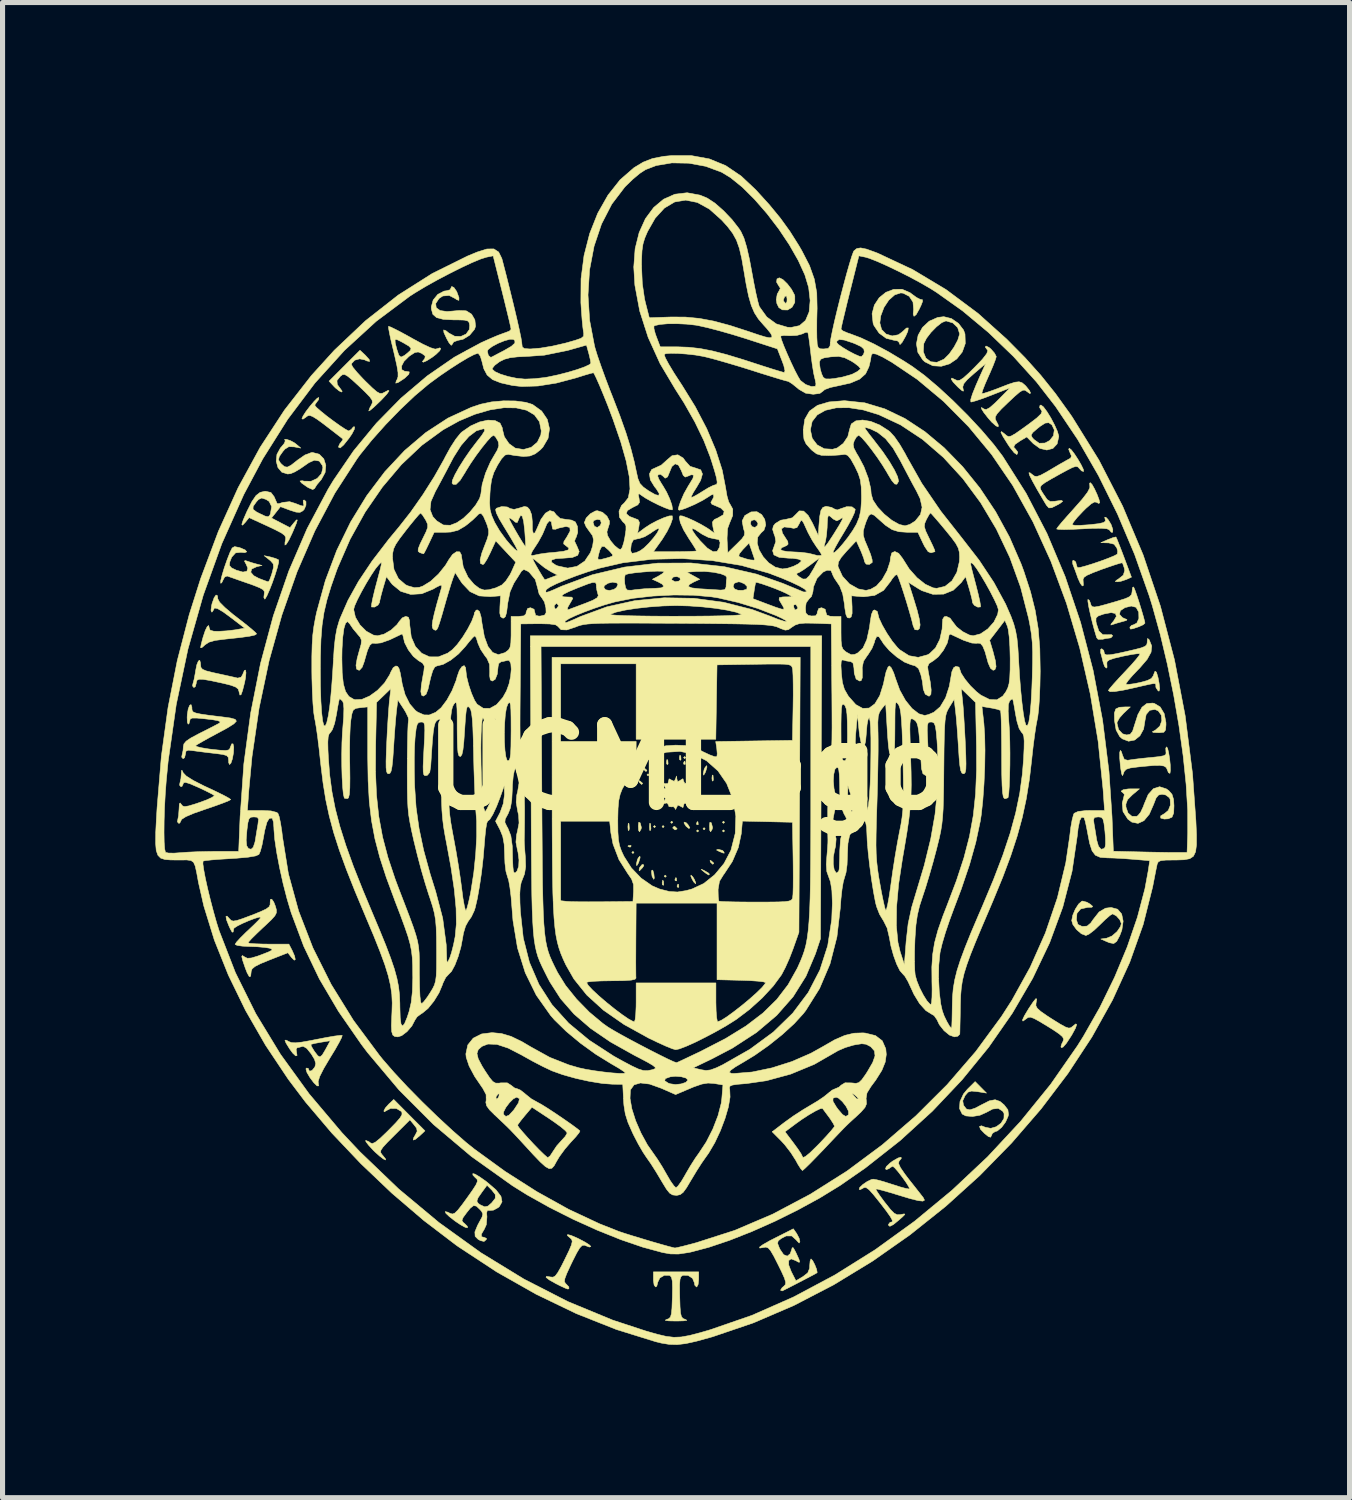
<source format=kicad_pcb>
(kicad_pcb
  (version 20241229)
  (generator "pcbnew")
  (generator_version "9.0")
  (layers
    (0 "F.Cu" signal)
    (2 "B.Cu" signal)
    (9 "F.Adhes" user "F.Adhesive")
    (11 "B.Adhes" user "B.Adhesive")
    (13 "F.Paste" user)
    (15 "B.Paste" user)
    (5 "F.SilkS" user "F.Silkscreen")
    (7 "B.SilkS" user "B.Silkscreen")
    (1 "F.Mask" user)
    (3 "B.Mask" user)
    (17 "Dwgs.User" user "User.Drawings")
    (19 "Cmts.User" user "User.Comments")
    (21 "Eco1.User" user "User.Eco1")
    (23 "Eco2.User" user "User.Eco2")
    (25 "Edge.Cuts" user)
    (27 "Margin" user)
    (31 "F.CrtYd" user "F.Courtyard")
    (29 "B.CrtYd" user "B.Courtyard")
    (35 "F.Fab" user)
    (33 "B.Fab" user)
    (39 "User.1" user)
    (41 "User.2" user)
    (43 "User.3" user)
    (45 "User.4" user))
  (footprint "UCMLogo"
    (layer "F.Cu")
    (at 10.455 12.014)
    (property "Reference" "UCMLogo" (at 0 0 0) (layer "F.SilkS") (effects (font (size 1.524 1.524) (thickness 0.3))))
    (attr through_hole)
    (fp_poly (pts (xy -1.058 1.672) (xy -1.079 1.693) (xy -1.101 1.672) (xy -1.079 1.651) (xy -1.058 1.672)) (stroke (width 0.01) (type solid)) (fill yes) (layer "F.SilkS"))
    (fp_poly (pts (xy -1.016 0.233) (xy -1.037 0.254) (xy -1.058 0.233) (xy -1.037 0.212) (xy -1.016 0.233)) (stroke (width 0.01) (type solid)) (fill yes) (layer "F.SilkS"))
    (fp_poly (pts (xy -0.762 0.148) (xy -0.783 0.169) (xy -0.804 0.148) (xy -0.783 0.127) (xy -0.762 0.148)) (stroke (width 0.01) (type solid)) (fill yes) (layer "F.SilkS"))
    (fp_poly (pts (xy -0.635 1.164) (xy -0.656 1.185) (xy -0.677 1.164) (xy -0.656 1.143) (xy -0.635 1.164)) (stroke (width 0.01) (type solid)) (fill yes) (layer "F.SilkS"))
    (fp_poly (pts (xy -0.466 1.164) (xy -0.487 1.185) (xy -0.508 1.164) (xy -0.487 1.143) (xy -0.466 1.164)) (stroke (width 0.01) (type solid)) (fill yes) (layer "F.SilkS"))
    (fp_poly (pts (xy -0.423 2.138) (xy -0.445 2.159) (xy -0.466 2.138) (xy -0.445 2.117) (xy -0.423 2.138)) (stroke (width 0.01) (type solid)) (fill yes) (layer "F.SilkS"))
    (fp_poly (pts (xy -0.296 1.079) (xy -0.318 1.101) (xy -0.339 1.079) (xy -0.318 1.058) (xy -0.296 1.079)) (stroke (width 0.01) (type solid)) (fill yes) (layer "F.SilkS"))
    (fp_poly (pts (xy -0.042 -0.191) (xy -0.064 -0.169) (xy -0.085 -0.191) (xy -0.064 -0.212) (xy -0.042 -0.191)) (stroke (width 0.01) (type solid)) (fill yes) (layer "F.SilkS"))
    (fp_poly (pts (xy 0.127 -0.064) (xy 0.106 -0.042) (xy 0.085 -0.064) (xy 0.106 -0.085) (xy 0.127 -0.064)) (stroke (width 0.01) (type solid)) (fill yes) (layer "F.SilkS"))
    (fp_poly (pts (xy 0.169 -0.148) (xy 0.148 -0.127) (xy 0.127 -0.148) (xy 0.148 -0.169) (xy 0.169 -0.148)) (stroke (width 0.01) (type solid)) (fill yes) (layer "F.SilkS"))
    (fp_poly (pts (xy 0.212 1.249) (xy 0.191 1.27) (xy 0.169 1.249) (xy 0.191 1.228) (xy 0.212 1.249)) (stroke (width 0.01) (type solid)) (fill yes) (layer "F.SilkS"))
    (fp_poly (pts (xy 0.339 1.206) (xy 0.318 1.228) (xy 0.296 1.206) (xy 0.318 1.185) (xy 0.339 1.206)) (stroke (width 0.01) (type solid)) (fill yes) (layer "F.SilkS"))
    (fp_poly (pts (xy 0.72 1.079) (xy 0.699 1.101) (xy 0.677 1.079) (xy 0.699 1.058) (xy 0.72 1.079)) (stroke (width 0.01) (type solid)) (fill yes) (layer "F.SilkS"))
    (fp_poly (pts (xy 0.72 1.249) (xy 0.699 1.27) (xy 0.677 1.249) (xy 0.699 1.228) (xy 0.72 1.249)) (stroke (width 0.01) (type solid)) (fill yes) (layer "F.SilkS"))
    (fp_poly (pts (xy -1.115 1.538) (xy -1.121 1.563) (xy -1.143 1.566) (xy -1.178 1.551) (xy -1.171 1.538) (xy -1.121 1.533) (xy -1.115 1.538)) (stroke (width 0.01) (type solid)) (fill yes) (layer "F.SilkS"))
    (fp_poly (pts (xy -0.479 2.236) (xy -0.474 2.302) (xy -0.482 2.317) (xy -0.502 2.304) (xy -0.505 2.261) (xy -0.494 2.216) (xy -0.479 2.236)) (stroke (width 0.01) (type solid)) (fill yes) (layer "F.SilkS"))
    (fp_poly (pts (xy -0.394 -0.135) (xy -0.389 -0.069) (xy -0.398 -0.054) (xy -0.417 -0.066) (xy -0.42 -0.109) (xy -0.41 -0.155) (xy -0.394 -0.135)) (stroke (width 0.01) (type solid)) (fill yes) (layer "F.SilkS"))
    (fp_poly (pts (xy -0.226 2.173) (xy -0.221 2.223) (xy -0.226 2.23) (xy -0.251 2.224) (xy -0.254 2.201) (xy -0.239 2.166) (xy -0.226 2.173)) (stroke (width 0.01) (type solid)) (fill yes) (layer "F.SilkS"))
    (fp_poly (pts (xy -0.183 2.3) (xy -0.178 2.35) (xy -0.183 2.357) (xy -0.209 2.351) (xy -0.212 2.328) (xy -0.196 2.293) (xy -0.183 2.3)) (stroke (width 0.01) (type solid)) (fill yes) (layer "F.SilkS"))
    (fp_poly (pts (xy -0.14 -0.22) (xy -0.135 -0.153) (xy -0.144 -0.138) (xy -0.163 -0.151) (xy -0.166 -0.194) (xy -0.156 -0.239) (xy -0.14 -0.22)) (stroke (width 0.01) (type solid)) (fill yes) (layer "F.SilkS"))
    (fp_poly (pts (xy -0.056 -0.113) (xy -0.051 -0.063) (xy -0.056 -0.056) (xy -0.082 -0.062) (xy -0.085 -0.085) (xy -0.069 -0.12) (xy -0.056 -0.113)) (stroke (width 0.01) (type solid)) (fill yes) (layer "F.SilkS"))
    (fp_poly (pts (xy 0.198 1.072) (xy 0.203 1.123) (xy 0.198 1.129) (xy 0.172 1.123) (xy 0.169 1.101) (xy 0.185 1.066) (xy 0.198 1.072)) (stroke (width 0.01) (type solid)) (fill yes) (layer "F.SilkS"))
    (fp_poly (pts (xy 0.494 0.159) (xy 0.499 0.245) (xy 0.494 0.265) (xy 0.478 0.27) (xy 0.472 0.212) (xy 0.479 0.152) (xy 0.494 0.159)) (stroke (width 0.01) (type solid)) (fill yes) (layer "F.SilkS"))
    (fp_poly (pts (xy -0.938 0.271) (xy -0.893 0.31) (xy -0.889 0.32) (xy -0.909 0.337) (xy -0.951 0.298) (xy -0.957 0.29) (xy -0.962 0.261) (xy -0.938 0.271)) (stroke (width 0.01) (type solid)) (fill yes) (layer "F.SilkS"))
    (fp_poly (pts (xy -0.853 0.017) (xy -0.808 0.056) (xy -0.804 0.066) (xy -0.824 0.083) (xy -0.866 0.044) (xy -0.872 0.036) (xy -0.877 0.007) (xy -0.853 0.017)) (stroke (width 0.01) (type solid)) (fill yes) (layer "F.SilkS"))
    (fp_poly (pts (xy -0.557 -0.068) (xy -0.511 -0.025) (xy -0.521 -0.000413) (xy -0.527 0) (xy -0.562 -0.03) (xy -0.576 -0.049) (xy -0.581 -0.078) (xy -0.557 -0.068)) (stroke (width 0.01) (type solid)) (fill yes) (layer "F.SilkS"))
    (fp_poly (pts (xy -0.035 1.087) (xy 0 1.122) (xy 0.039 1.188) (xy 0.02 1.202) (xy -0.036 1.157) (xy -0.074 1.098) (xy -0.074 1.076) (xy -0.035 1.087)) (stroke (width 0.01) (type solid)) (fill yes) (layer "F.SilkS"))
    (fp_poly (pts (xy 0.459 1.837) (xy 0.504 1.877) (xy 0.508 1.886) (xy 0.488 1.904) (xy 0.446 1.865) (xy 0.44 1.856) (xy 0.435 1.827) (xy 0.459 1.837)) (stroke (width 0.01) (type solid)) (fill yes) (layer "F.SilkS"))
    (fp_poly (pts (xy -1.158 1.105) (xy -1.156 1.112) (xy -1.15 1.204) (xy -1.158 1.239) (xy -1.171 1.24) (xy -1.177 1.174) (xy -1.177 1.164) (xy -1.171 1.099) (xy -1.158 1.105)) (stroke (width 0.01) (type solid)) (fill yes) (layer "F.SilkS"))
    (fp_poly (pts (xy -0.942 1.085) (xy -0.935 1.097) (xy -0.913 1.181) (xy -0.919 1.213) (xy -0.95 1.266) (xy -0.968 1.238) (xy -0.973 1.154) (xy -0.966 1.08) (xy -0.942 1.085)) (stroke (width 0.01) (type solid)) (fill yes) (layer "F.SilkS"))
    (fp_poly (pts (xy -0.938 1.776) (xy -0.962 1.854) (xy -0.974 1.884) (xy -1.003 1.932) (xy -1.012 1.905) (xy -0.992 1.815) (xy -0.974 1.778) (xy -0.942 1.745) (xy -0.938 1.776)) (stroke (width 0.01) (type solid)) (fill yes) (layer "F.SilkS"))
    (fp_poly (pts (xy -0.865 1.93) (xy -0.889 1.968) (xy -0.939 2.021) (xy -0.956 2.032) (xy -0.957 2) (xy -0.947 1.968) (xy -0.902 1.912) (xy -0.879 1.905) (xy -0.865 1.93)) (stroke (width 0.01) (type solid)) (fill yes) (layer "F.SilkS"))
    (fp_poly (pts (xy -0.735 1.105) (xy -0.733 1.112) (xy -0.726 1.204) (xy -0.734 1.239) (xy -0.748 1.24) (xy -0.754 1.174) (xy -0.754 1.164) (xy -0.748 1.099) (xy -0.735 1.105)) (stroke (width 0.01) (type solid)) (fill yes) (layer "F.SilkS"))
    (fp_poly (pts (xy -0.667 -0.095) (xy -0.635 -0.042) (xy -0.608 0.023) (xy -0.611 0.042) (xy -0.645 0.01) (xy -0.677 -0.042) (xy -0.705 -0.108) (xy -0.701 -0.127) (xy -0.667 -0.095)) (stroke (width 0.01) (type solid)) (fill yes) (layer "F.SilkS"))
    (fp_poly (pts (xy -0.254 1.164) (xy -0.214 1.202) (xy -0.212 1.209) (xy -0.244 1.227) (xy -0.254 1.228) (xy -0.295 1.195) (xy -0.296 1.183) (xy -0.27 1.158) (xy -0.254 1.164)) (stroke (width 0.01) (type solid)) (fill yes) (layer "F.SilkS"))
    (fp_poly (pts (xy 0.095 2.149) (xy 0.127 2.201) (xy 0.154 2.267) (xy 0.151 2.286) (xy 0.117 2.254) (xy 0.085 2.201) (xy 0.057 2.136) (xy 0.061 2.117) (xy 0.095 2.149)) (stroke (width 0.01) (type solid)) (fill yes) (layer "F.SilkS"))
    (fp_poly (pts (xy 0.276 2.006) (xy 0.328 2.031) (xy 0.4 2.073) (xy 0.423 2.097) (xy 0.41 2.115) (xy 0.359 2.085) (xy 0.315 2.051) (xy 0.26 2.005) (xy 0.276 2.006)) (stroke (width 0.01) (type solid)) (fill yes) (layer "F.SilkS"))
    (fp_poly (pts (xy 0.374 -0.002) (xy 0.351 0.076) (xy 0.339 0.106) (xy 0.31 0.154) (xy 0.3 0.127) (xy 0.32 0.037) (xy 0.339 0) (xy 0.37 -0.033) (xy 0.374 -0.002)) (stroke (width 0.01) (type solid)) (fill yes) (layer "F.SilkS"))
    (fp_poly (pts (xy 0.455 1.085) (xy 0.462 1.097) (xy 0.484 1.181) (xy 0.478 1.213) (xy 0.447 1.266) (xy 0.429 1.238) (xy 0.424 1.154) (xy 0.431 1.08) (xy 0.455 1.085)) (stroke (width 0.01) (type solid)) (fill yes) (layer "F.SilkS"))
    (fp_poly (pts (xy 0.677 1.631) (xy 0.699 1.651) (xy 0.715 1.684) (xy 0.691 1.683) (xy 0.614 1.651) (xy 0.561 1.623) (xy 0.585 1.613) (xy 0.601 1.612) (xy 0.677 1.631)) (stroke (width 0.01) (type solid)) (fill yes) (layer "F.SilkS"))
    (fp_poly (pts (xy -0.67 2.082) (xy -0.669 2.085) (xy -0.659 2.176) (xy -0.671 2.199) (xy -0.701 2.147) (xy -0.704 2.139) (xy -0.715 2.05) (xy -0.709 2.023) (xy -0.69 2.018) (xy -0.67 2.082)) (stroke (width 0.01) (type solid)) (fill yes) (layer "F.SilkS"))
    (fp_poly (pts (xy 1.865 -9.576) (xy 1.951 -9.493) (xy 2.034 -9.385) (xy 2.091 -9.278) (xy 2.099 -9.251) (xy 2.099 -9.127) (xy 2.044 -9.031) (xy 1.956 -8.978) (xy 1.855 -8.981) (xy 1.786 -9.025) (xy 1.747 -9.105) (xy 1.737 -9.175) (xy 1.874 -9.175) (xy 1.882 -9.148) (xy 1.923 -9.104) (xy 1.945 -9.143) (xy 1.947 -9.195) (xy 1.937 -9.256) (xy 1.901 -9.242) (xy 1.9 -9.241) (xy 1.874 -9.175) (xy 1.737 -9.175) (xy 1.736 -9.186) (xy 1.754 -9.29) (xy 1.786 -9.347) (xy 1.815 -9.405) (xy 1.786 -9.449) (xy 1.741 -9.525) (xy 1.749 -9.588) (xy 1.795 -9.61) (xy 1.865 -9.576)) (stroke (width 0.01) (type solid)) (fill yes) (layer "F.SilkS"))
    (fp_poly (pts (xy 6.849 4.549) (xy 6.837 4.621) (xy 6.835 4.628) (xy 6.832 4.68) (xy 6.858 4.73) (xy 6.926 4.792) (xy 7.048 4.877) (xy 7.147 4.941) (xy 7.306 5.04) (xy 7.411 5.098) (xy 7.477 5.12) (xy 7.521 5.112) (xy 7.551 5.088) (xy 7.615 5.037) (xy 7.633 5.05) (xy 7.608 5.124) (xy 7.539 5.251) (xy 7.521 5.28) (xy 7.431 5.417) (xy 7.365 5.493) (xy 7.329 5.503) (xy 7.324 5.479) (xy 7.341 5.427) (xy 7.366 5.377) (xy 7.377 5.335) (xy 7.354 5.29) (xy 7.288 5.233) (xy 7.166 5.15) (xy 7.061 5.085) (xy 6.899 4.987) (xy 6.792 4.929) (xy 6.724 4.905) (xy 6.678 4.911) (xy 6.638 4.94) (xy 6.578 4.983) (xy 6.568 4.962) (xy 6.607 4.877) (xy 6.693 4.734) (xy 6.781 4.603) (xy 6.831 4.542) (xy 6.849 4.549)) (stroke (width 0.01) (type solid)) (fill yes) (layer "F.SilkS"))
    (fp_poly (pts (xy -2.294 9.19) (xy -2.171 9.243) (xy -2.138 9.259) (xy -2.015 9.324) (xy -1.931 9.379) (xy -1.905 9.408) (xy -1.935 9.419) (xy -1.985 9.4) (xy -2.035 9.381) (xy -2.078 9.389) (xy -2.124 9.436) (xy -2.182 9.533) (xy -2.262 9.691) (xy -2.305 9.78) (xy -2.378 9.938) (xy -2.416 10.039) (xy -2.423 10.099) (xy -2.402 10.135) (xy -2.392 10.143) (xy -2.337 10.201) (xy -2.336 10.238) (xy -2.36 10.243) (xy -2.413 10.223) (xy -2.514 10.176) (xy -2.593 10.136) (xy -2.722 10.063) (xy -2.785 10.014) (xy -2.777 9.994) (xy -2.697 10.006) (xy -2.648 10.01) (xy -2.604 9.986) (xy -2.554 9.92) (xy -2.487 9.801) (xy -2.418 9.663) (xy -2.335 9.492) (xy -2.287 9.379) (xy -2.271 9.31) (xy -2.281 9.269) (xy -2.303 9.247) (xy -2.367 9.192) (xy -2.362 9.173) (xy -2.294 9.19)) (stroke (width 0.01) (type solid)) (fill yes) (layer "F.SilkS"))
    (fp_poly (pts (xy 9.417 -0.375) (xy 9.438 -0.29) (xy 9.457 -0.173) (xy 9.47 -0.049) (xy 9.473 0.056) (xy 9.465 0.116) (xy 9.462 0.119) (xy 9.434 0.105) (xy 9.413 0.051) (xy 9.391 0.004) (xy 9.347 -0.025) (xy 9.267 -0.037) (xy 9.137 -0.035) (xy 8.943 -0.018) (xy 8.828 -0.006) (xy 8.685 0.013) (xy 8.605 0.039) (xy 8.565 0.082) (xy 8.549 0.127) (xy 8.533 0.164) (xy 8.516 0.131) (xy 8.497 0.021) (xy 8.49 -0.034) (xy 8.477 -0.186) (xy 8.477 -0.288) (xy 8.489 -0.332) (xy 8.51 -0.309) (xy 8.533 -0.236) (xy 8.568 -0.155) (xy 8.634 -0.138) (xy 8.673 -0.144) (xy 8.77 -0.158) (xy 8.92 -0.176) (xy 9.091 -0.193) (xy 9.095 -0.193) (xy 9.254 -0.21) (xy 9.345 -0.228) (xy 9.384 -0.253) (xy 9.387 -0.292) (xy 9.385 -0.301) (xy 9.382 -0.376) (xy 9.397 -0.401) (xy 9.417 -0.375)) (stroke (width 0.01) (type solid)) (fill yes) (layer "F.SilkS"))
    (fp_poly (pts (xy -7.251 -7.216) (xy -7.274 -7.187) (xy -7.318 -7.126) (xy -7.324 -7.105) (xy -7.292 -7.065) (xy -7.208 -6.992) (xy -7.092 -6.898) (xy -6.96 -6.799) (xy -6.833 -6.708) (xy -6.728 -6.639) (xy -6.664 -6.605) (xy -6.657 -6.604) (xy -6.602 -6.637) (xy -6.592 -6.657) (xy -6.558 -6.688) (xy -6.542 -6.681) (xy -6.549 -6.635) (xy -6.596 -6.544) (xy -6.653 -6.461) (xy -6.758 -6.329) (xy -6.826 -6.27) (xy -6.857 -6.283) (xy -6.858 -6.299) (xy -6.832 -6.356) (xy -6.808 -6.383) (xy -6.774 -6.433) (xy -6.776 -6.448) (xy -6.998 -6.621) (xy -7.162 -6.747) (xy -7.28 -6.833) (xy -7.362 -6.884) (xy -7.416 -6.906) (xy -7.454 -6.905) (xy -7.484 -6.887) (xy -7.499 -6.874) (xy -7.557 -6.835) (xy -7.578 -6.844) (xy -7.554 -6.899) (xy -7.496 -6.988) (xy -7.419 -7.089) (xy -7.34 -7.182) (xy -7.277 -7.246) (xy -7.246 -7.26) (xy -7.251 -7.216)) (stroke (width 0.01) (type solid)) (fill yes) (layer "F.SilkS"))
    (fp_poly (pts (xy 5.173 -8.81) (xy 5.312 -8.715) (xy 5.412 -8.584) (xy 5.44 -8.508) (xy 5.446 -8.32) (xy 5.387 -8.154) (xy 5.279 -8.018) (xy 5.137 -7.921) (xy 4.975 -7.873) (xy 4.809 -7.883) (xy 4.653 -7.96) (xy 4.611 -7.998) (xy 4.515 -8.146) (xy 4.513 -8.157) (xy 4.622 -8.157) (xy 4.672 -8.035) (xy 4.767 -7.962) (xy 4.889 -7.951) (xy 5.026 -8.012) (xy 5.034 -8.018) (xy 5.132 -8.117) (xy 5.226 -8.251) (xy 5.299 -8.388) (xy 5.333 -8.501) (xy 5.334 -8.513) (xy 5.296 -8.633) (xy 5.2 -8.725) (xy 5.071 -8.763) (xy 5.064 -8.763) (xy 4.985 -8.731) (xy 4.881 -8.649) (xy 4.773 -8.539) (xy 4.684 -8.423) (xy 4.633 -8.322) (xy 4.631 -8.317) (xy 4.622 -8.157) (xy 4.513 -8.157) (xy 4.487 -8.313) (xy 4.52 -8.482) (xy 4.606 -8.636) (xy 4.737 -8.758) (xy 4.904 -8.832) (xy 5.024 -8.847) (xy 5.173 -8.81)) (stroke (width 0.01) (type solid)) (fill yes) (layer "F.SilkS"))
    (fp_poly (pts (xy -9.569 -2.05) (xy -9.567 -2.016) (xy -9.561 -1.962) (xy -9.53 -1.924) (xy -9.457 -1.893) (xy -9.326 -1.86) (xy -9.239 -1.841) (xy -9.074 -1.805) (xy -8.935 -1.774) (xy -8.849 -1.754) (xy -8.84 -1.751) (xy -8.771 -1.769) (xy -8.742 -1.819) (xy -8.708 -1.9) (xy -8.685 -1.909) (xy -8.676 -1.858) (xy -8.685 -1.758) (xy -8.702 -1.668) (xy -8.743 -1.507) (xy -8.773 -1.425) (xy -8.795 -1.418) (xy -8.812 -1.481) (xy -8.812 -1.486) (xy -8.83 -1.537) (xy -8.877 -1.575) (xy -8.969 -1.61) (xy -9.125 -1.649) (xy -9.165 -1.658) (xy -9.373 -1.702) (xy -9.512 -1.726) (xy -9.595 -1.729) (xy -9.637 -1.71) (xy -9.651 -1.67) (xy -9.652 -1.651) (xy -9.672 -1.582) (xy -9.699 -1.566) (xy -9.726 -1.598) (xy -9.718 -1.639) (xy -9.695 -1.725) (xy -9.671 -1.852) (xy -9.665 -1.894) (xy -9.641 -2.013) (xy -9.611 -2.086) (xy -9.584 -2.102) (xy -9.569 -2.05)) (stroke (width 0.01) (type solid)) (fill yes) (layer "F.SilkS"))
    (fp_poly (pts (xy 4.364 -9.316) (xy 4.395 -9.292) (xy 4.488 -9.224) (xy 4.558 -9.188) (xy 4.568 -9.186) (xy 4.604 -9.18) (xy 4.608 -9.149) (xy 4.579 -9.073) (xy 4.543 -8.997) (xy 4.481 -8.887) (xy 4.439 -8.854) (xy 4.423 -8.897) (xy 4.431 -8.991) (xy 4.419 -9.134) (xy 4.345 -9.247) (xy 4.227 -9.308) (xy 4.178 -9.313) (xy 4.06 -9.275) (xy 3.945 -9.173) (xy 3.849 -9.028) (xy 3.786 -8.862) (xy 3.768 -8.724) (xy 3.803 -8.595) (xy 3.891 -8.506) (xy 4.01 -8.469) (xy 4.133 -8.492) (xy 4.212 -8.551) (xy 4.291 -8.624) (xy 4.327 -8.626) (xy 4.318 -8.561) (xy 4.276 -8.467) (xy 4.206 -8.343) (xy 4.164 -8.299) (xy 4.149 -8.334) (xy 4.149 -8.34) (xy 4.113 -8.373) (xy 4.053 -8.382) (xy 3.895 -8.421) (xy 3.754 -8.524) (xy 3.654 -8.671) (xy 3.636 -8.718) (xy 3.616 -8.905) (xy 3.661 -9.075) (xy 3.756 -9.219) (xy 3.888 -9.326) (xy 4.042 -9.384) (xy 4.206 -9.385) (xy 4.364 -9.316)) (stroke (width 0.01) (type solid)) (fill yes) (layer "F.SilkS"))
    (fp_poly (pts (xy -9.236 -3.369) (xy -9.229 -3.307) (xy -9.194 -3.242) (xy -9.092 -3.139) (xy -8.931 -3.002) (xy -8.848 -2.938) (xy -8.696 -2.82) (xy -8.573 -2.72) (xy -8.492 -2.649) (xy -8.467 -2.62) (xy -8.501 -2.597) (xy -8.607 -2.573) (xy -8.788 -2.548) (xy -9.049 -2.52) (xy -9.095 -2.515) (xy -9.282 -2.491) (xy -9.403 -2.456) (xy -9.48 -2.405) (xy -9.486 -2.399) (xy -9.544 -2.348) (xy -9.567 -2.347) (xy -9.557 -2.407) (xy -9.53 -2.513) (xy -9.518 -2.556) (xy -9.475 -2.685) (xy -9.436 -2.764) (xy -9.408 -2.784) (xy -9.398 -2.739) (xy -9.38 -2.692) (xy -9.311 -2.672) (xy -9.218 -2.669) (xy -9.053 -2.679) (xy -8.888 -2.699) (xy -8.87 -2.702) (xy -8.701 -2.732) (xy -8.962 -2.932) (xy -9.125 -3.052) (xy -9.234 -3.116) (xy -9.295 -3.128) (xy -9.313 -3.09) (xy -9.313 -3.09) (xy -9.341 -3.049) (xy -9.35 -3.048) (xy -9.363 -3.084) (xy -9.351 -3.174) (xy -9.341 -3.217) (xy -9.301 -3.33) (xy -9.263 -3.383) (xy -9.236 -3.369)) (stroke (width 0.01) (type solid)) (fill yes) (layer "F.SilkS"))
    (fp_poly (pts (xy -5.469 6.829) (xy -5.162 7.137) (xy -5.262 7.231) (xy -5.35 7.304) (xy -5.393 7.318) (xy -5.384 7.273) (xy -5.355 7.224) (xy -5.315 7.146) (xy -5.326 7.085) (xy -5.373 7.023) (xy -5.457 6.921) (xy -5.763 7.226) (xy -5.901 7.364) (xy -5.986 7.457) (xy -6.027 7.517) (xy -6.033 7.56) (xy -6.01 7.598) (xy -5.992 7.618) (xy -5.936 7.688) (xy -5.935 7.709) (xy -5.977 7.69) (xy -6.049 7.635) (xy -6.143 7.552) (xy -6.181 7.514) (xy -6.27 7.417) (xy -6.322 7.348) (xy -6.325 7.324) (xy -6.261 7.351) (xy -6.231 7.375) (xy -6.194 7.387) (xy -6.134 7.359) (xy -6.042 7.284) (xy -5.906 7.154) (xy -5.876 7.124) (xy -5.738 6.983) (xy -5.654 6.887) (xy -5.615 6.824) (xy -5.613 6.78) (xy -5.628 6.755) (xy -5.722 6.699) (xy -5.837 6.697) (xy -5.918 6.739) (xy -5.961 6.764) (xy -5.969 6.747) (xy -5.941 6.69) (xy -5.873 6.613) (xy -5.872 6.612) (xy -5.775 6.521) (xy -5.469 6.829)) (stroke (width 0.01) (type solid)) (fill yes) (layer "F.SilkS"))
    (fp_poly (pts (xy 9.158 -1.254) (xy 9.272 -1.185) (xy 9.351 -1.054) (xy 9.385 -0.88) (xy 9.386 -0.835) (xy 9.377 -0.732) (xy 9.343 -0.688) (xy 9.259 -0.68) (xy 9.231 -0.68) (xy 9.137 -0.684) (xy 9.118 -0.697) (xy 9.168 -0.725) (xy 9.177 -0.729) (xy 9.265 -0.808) (xy 9.304 -0.915) (xy 9.294 -1.024) (xy 9.234 -1.108) (xy 9.169 -1.136) (xy 9.067 -1.119) (xy 8.997 -1.037) (xy 8.975 -0.924) (xy 8.947 -0.751) (xy 8.874 -0.618) (xy 8.771 -0.535) (xy 8.651 -0.512) (xy 8.53 -0.558) (xy 8.478 -0.603) (xy 8.407 -0.732) (xy 8.375 -0.92) (xy 8.373 -1.065) (xy 8.4 -1.145) (xy 8.471 -1.179) (xy 8.58 -1.185) (xy 8.687 -1.185) (xy 8.556 -1.063) (xy 8.473 -0.97) (xy 8.428 -0.888) (xy 8.424 -0.869) (xy 8.455 -0.742) (xy 8.534 -0.657) (xy 8.615 -0.635) (xy 8.684 -0.649) (xy 8.73 -0.707) (xy 8.764 -0.815) (xy 8.835 -1.036) (xy 8.915 -1.179) (xy 9.009 -1.252) (xy 9.125 -1.261) (xy 9.158 -1.254)) (stroke (width 0.01) (type solid)) (fill yes) (layer "F.SilkS"))
    (fp_poly (pts (xy -6.33 -8.087) (xy -6.257 -8.006) (xy -6.248 -7.968) (xy -6.303 -7.978) (xy -6.346 -7.999) (xy -6.445 -8.019) (xy -6.54 -7.993) (xy -6.598 -7.932) (xy -6.604 -7.903) (xy -6.576 -7.852) (xy -6.499 -7.758) (xy -6.389 -7.639) (xy -6.328 -7.577) (xy -6.196 -7.449) (xy -6.108 -7.373) (xy -6.047 -7.34) (xy -6.001 -7.341) (xy -5.964 -7.359) (xy -5.884 -7.401) (xy -5.867 -7.39) (xy -5.91 -7.327) (xy -6.012 -7.217) (xy -6.055 -7.175) (xy -6.158 -7.077) (xy -6.233 -7.013) (xy -6.265 -6.996) (xy -6.265 -6.998) (xy -6.246 -7.054) (xy -6.212 -7.116) (xy -6.193 -7.162) (xy -6.201 -7.21) (xy -6.246 -7.274) (xy -6.337 -7.368) (xy -6.451 -7.477) (xy -6.588 -7.603) (xy -6.679 -7.678) (xy -6.737 -7.711) (xy -6.78 -7.709) (xy -6.82 -7.68) (xy -6.822 -7.678) (xy -6.89 -7.593) (xy -6.883 -7.514) (xy -6.83 -7.443) (xy -6.787 -7.383) (xy -6.798 -7.367) (xy -6.847 -7.39) (xy -6.919 -7.448) (xy -6.944 -7.473) (xy -7.045 -7.581) (xy -6.438 -8.188) (xy -6.33 -8.087)) (stroke (width 0.01) (type solid)) (fill yes) (layer "F.SilkS"))
    (fp_poly (pts (xy 0.212 10.054) (xy 0.201 10.152) (xy 0.175 10.201) (xy 0.169 10.202) (xy 0.135 10.167) (xy 0.127 10.119) (xy 0.091 10.032) (xy 0.005 9.976) (xy -0.096 9.972) (xy -0.104 9.975) (xy -0.136 10) (xy -0.155 10.055) (xy -0.163 10.157) (xy -0.162 10.321) (xy -0.16 10.407) (xy -0.154 10.595) (xy -0.144 10.715) (xy -0.127 10.784) (xy -0.098 10.82) (xy -0.052 10.839) (xy -0.042 10.842) (xy -0.021 10.857) (xy -0.079 10.867) (xy -0.211 10.871) (xy -0.233 10.871) (xy -0.374 10.868) (xy -0.442 10.859) (xy -0.431 10.844) (xy -0.423 10.842) (xy -0.374 10.824) (xy -0.343 10.793) (xy -0.324 10.73) (xy -0.313 10.62) (xy -0.307 10.445) (xy -0.305 10.407) (xy -0.302 10.214) (xy -0.306 10.089) (xy -0.321 10.017) (xy -0.347 9.982) (xy -0.361 9.975) (xy -0.461 9.973) (xy -0.55 10.025) (xy -0.592 10.11) (xy -0.593 10.119) (xy -0.611 10.187) (xy -0.635 10.202) (xy -0.663 10.165) (xy -0.677 10.074) (xy -0.677 10.054) (xy -0.677 9.906) (xy 0.212 9.906) (xy 0.212 10.054)) (stroke (width 0.01) (type solid)) (fill yes) (layer "F.SilkS"))
    (fp_poly (pts (xy 7.527 -6.233) (xy 7.59 -6.151) (xy 7.66 -6.043) (xy 7.723 -5.934) (xy 7.764 -5.848) (xy 7.769 -5.808) (xy 7.73 -5.819) (xy 7.689 -5.862) (xy 7.657 -5.897) (xy 7.617 -5.907) (xy 7.551 -5.887) (xy 7.443 -5.832) (xy 7.319 -5.765) (xy 7.133 -5.661) (xy 7.011 -5.589) (xy 6.942 -5.538) (xy 6.917 -5.495) (xy 6.928 -5.449) (xy 6.963 -5.389) (xy 6.985 -5.356) (xy 7.052 -5.258) (xy 7.112 -5.219) (xy 7.196 -5.222) (xy 7.224 -5.226) (xy 7.331 -5.24) (xy 7.359 -5.224) (xy 7.307 -5.181) (xy 7.241 -5.145) (xy 7.142 -5.096) (xy 7.086 -5.093) (xy 7.04 -5.144) (xy 6.995 -5.218) (xy 6.857 -5.453) (xy 6.763 -5.623) (xy 6.709 -5.731) (xy 6.695 -5.782) (xy 6.717 -5.782) (xy 6.764 -5.745) (xy 6.806 -5.715) (xy 6.854 -5.71) (xy 6.926 -5.735) (xy 7.039 -5.796) (xy 7.156 -5.865) (xy 7.303 -5.952) (xy 7.425 -6.021) (xy 7.501 -6.063) (xy 7.514 -6.069) (xy 7.53 -6.113) (xy 7.503 -6.175) (xy 7.476 -6.242) (xy 7.486 -6.265) (xy 7.527 -6.233)) (stroke (width 0.01) (type solid)) (fill yes) (layer "F.SilkS"))
    (fp_poly (pts (xy 7.934 -5.553) (xy 7.983 -5.466) (xy 8.033 -5.358) (xy 8.072 -5.255) (xy 8.086 -5.191) (xy 8.06 -5.181) (xy 8.03 -5.2) (xy 7.986 -5.21) (xy 7.918 -5.174) (xy 7.815 -5.084) (xy 7.747 -5.016) (xy 7.642 -4.904) (xy 7.57 -4.814) (xy 7.544 -4.764) (xy 7.545 -4.76) (xy 7.597 -4.751) (xy 7.71 -4.751) (xy 7.863 -4.761) (xy 7.895 -4.764) (xy 8.063 -4.783) (xy 8.16 -4.805) (xy 8.197 -4.833) (xy 8.195 -4.852) (xy 8.183 -4.91) (xy 8.206 -4.909) (xy 8.25 -4.863) (xy 8.301 -4.78) (xy 8.31 -4.763) (xy 8.342 -4.67) (xy 8.34 -4.615) (xy 8.311 -4.615) (xy 8.273 -4.662) (xy 8.227 -4.683) (xy 8.12 -4.693) (xy 7.942 -4.691) (xy 7.741 -4.681) (xy 7.546 -4.672) (xy 7.387 -4.668) (xy 7.279 -4.671) (xy 7.239 -4.679) (xy 7.239 -4.679) (xy 7.266 -4.72) (xy 7.339 -4.809) (xy 7.448 -4.933) (xy 7.578 -5.078) (xy 7.742 -5.264) (xy 7.845 -5.398) (xy 7.89 -5.485) (xy 7.891 -5.519) (xy 7.886 -5.577) (xy 7.901 -5.588) (xy 7.934 -5.553)) (stroke (width 0.01) (type solid)) (fill yes) (layer "F.SilkS"))
    (fp_poly (pts (xy 5.751 6.283) (xy 5.863 6.396) (xy 5.687 6.368) (xy 5.57 6.356) (xy 5.501 6.377) (xy 5.446 6.44) (xy 5.441 6.448) (xy 5.396 6.546) (xy 5.41 6.629) (xy 5.417 6.643) (xy 5.468 6.709) (xy 5.537 6.725) (xy 5.641 6.691) (xy 5.764 6.626) (xy 5.918 6.548) (xy 6.032 6.526) (xy 6.128 6.56) (xy 6.208 6.627) (xy 6.282 6.723) (xy 6.294 6.815) (xy 6.287 6.85) (xy 6.238 6.962) (xy 6.16 7.068) (xy 6.075 7.139) (xy 6.028 7.154) (xy 5.976 7.189) (xy 5.962 7.225) (xy 5.943 7.262) (xy 5.901 7.25) (xy 5.821 7.186) (xy 5.743 7.104) (xy 5.725 7.05) (xy 5.765 7.038) (xy 5.836 7.066) (xy 5.945 7.088) (xy 6.055 7.056) (xy 6.148 6.986) (xy 6.205 6.894) (xy 6.207 6.798) (xy 6.182 6.753) (xy 6.095 6.696) (xy 5.982 6.709) (xy 5.863 6.773) (xy 5.733 6.831) (xy 5.587 6.855) (xy 5.456 6.844) (xy 5.385 6.807) (xy 5.332 6.699) (xy 5.342 6.561) (xy 5.41 6.414) (xy 5.486 6.322) (xy 5.639 6.17) (xy 5.751 6.283)) (stroke (width 0.01) (type solid)) (fill yes) (layer "F.SilkS"))
    (fp_poly (pts (xy -9.927 0.065) (xy -9.908 0.109) (xy -9.847 0.172) (xy -9.711 0.258) (xy -9.503 0.364) (xy -9.423 0.401) (xy -9.247 0.484) (xy -9.104 0.555) (xy -9.008 0.608) (xy -8.975 0.633) (xy -9.012 0.655) (xy -9.115 0.697) (xy -9.268 0.753) (xy -9.454 0.817) (xy -9.461 0.819) (xy -9.699 0.902) (xy -9.859 0.97) (xy -9.939 1.022) (xy -9.948 1.04) (xy -9.975 1.094) (xy -9.995 1.101) (xy -10.023 1.07) (xy -10.016 1.034) (xy -9.999 0.947) (xy -9.99 0.826) (xy -9.989 0.811) (xy -9.984 0.718) (xy -9.968 0.699) (xy -9.947 0.727) (xy -9.919 0.76) (xy -9.877 0.771) (xy -9.8 0.758) (xy -9.67 0.719) (xy -9.585 0.69) (xy -9.441 0.637) (xy -9.34 0.59) (xy -9.298 0.558) (xy -9.299 0.552) (xy -9.353 0.52) (xy -9.461 0.465) (xy -9.603 0.398) (xy -9.62 0.39) (xy -9.773 0.324) (xy -9.863 0.296) (xy -9.902 0.304) (xy -9.906 0.32) (xy -9.932 0.375) (xy -9.953 0.381) (xy -9.98 0.35) (xy -9.974 0.314) (xy -9.953 0.221) (xy -9.946 0.134) (xy -9.941 0.06) (xy -9.927 0.065)) (stroke (width 0.01) (type solid)) (fill yes) (layer "F.SilkS"))
    (fp_poly (pts (xy 7.834 2.649) (xy 7.898 2.687) (xy 7.947 2.73) (xy 7.932 2.747) (xy 7.847 2.75) (xy 7.711 2.781) (xy 7.638 2.867) (xy 7.628 2.993) (xy 7.657 3.085) (xy 7.734 3.122) (xy 7.753 3.124) (xy 7.838 3.117) (xy 7.908 3.058) (xy 7.958 2.986) (xy 8.073 2.84) (xy 8.199 2.766) (xy 8.309 2.752) (xy 8.436 2.786) (xy 8.516 2.88) (xy 8.545 3.021) (xy 8.52 3.194) (xy 8.477 3.308) (xy 8.418 3.418) (xy 8.36 3.46) (xy 8.275 3.444) (xy 8.213 3.418) (xy 8.107 3.371) (xy 8.222 3.355) (xy 8.327 3.311) (xy 8.427 3.224) (xy 8.495 3.123) (xy 8.509 3.066) (xy 8.479 2.992) (xy 8.412 2.917) (xy 8.341 2.879) (xy 8.335 2.879) (xy 8.288 2.907) (xy 8.201 2.982) (xy 8.093 3.087) (xy 8.09 3.09) (xy 7.977 3.197) (xy 7.878 3.273) (xy 7.814 3.302) (xy 7.814 3.302) (xy 7.725 3.268) (xy 7.63 3.186) (xy 7.558 3.086) (xy 7.535 3.009) (xy 7.556 2.903) (xy 7.606 2.785) (xy 7.671 2.684) (xy 7.734 2.629) (xy 7.749 2.626) (xy 7.834 2.649)) (stroke (width 0.01) (type solid)) (fill yes) (layer "F.SilkS"))
    (fp_poly (pts (xy 9.394 0.424) (xy 9.442 0.459) (xy 9.504 0.53) (xy 9.535 0.63) (xy 9.543 0.755) (xy 9.537 0.899) (xy 9.504 0.979) (xy 9.43 1.011) (xy 9.352 1.016) (xy 9.282 0.997) (xy 9.282 0.954) (xy 9.351 0.912) (xy 9.356 0.91) (xy 9.431 0.847) (xy 9.473 0.742) (xy 9.468 0.631) (xy 9.453 0.597) (xy 9.38 0.543) (xy 9.309 0.529) (xy 9.241 0.544) (xy 9.192 0.602) (xy 9.145 0.723) (xy 9.144 0.726) (xy 9.058 0.922) (xy 8.953 1.048) (xy 8.837 1.101) (xy 8.715 1.076) (xy 8.637 1.017) (xy 8.542 0.869) (xy 8.527 0.703) (xy 8.548 0.623) (xy 8.569 0.534) (xy 8.55 0.508) (xy 8.51 0.476) (xy 8.509 0.466) (xy 8.547 0.44) (xy 8.641 0.425) (xy 8.687 0.423) (xy 8.866 0.423) (xy 8.726 0.54) (xy 8.632 0.634) (xy 8.599 0.722) (xy 8.6 0.779) (xy 8.641 0.897) (xy 8.718 0.963) (xy 8.81 0.962) (xy 8.833 0.95) (xy 8.888 0.884) (xy 8.941 0.771) (xy 8.957 0.725) (xy 9.037 0.534) (xy 9.14 0.419) (xy 9.261 0.381) (xy 9.394 0.424)) (stroke (width 0.01) (type solid)) (fill yes) (layer "F.SilkS"))
    (fp_poly (pts (xy -4.594 -9.42) (xy -4.543 -9.347) (xy -4.536 -9.333) (xy -4.494 -9.219) (xy -4.496 -9.167) (xy -4.542 -9.182) (xy -4.565 -9.201) (xy -4.686 -9.263) (xy -4.812 -9.253) (xy -4.886 -9.204) (xy -4.951 -9.105) (xy -4.941 -9.023) (xy -4.864 -8.967) (xy -4.731 -8.948) (xy -4.639 -8.955) (xy -4.497 -8.968) (xy -4.375 -8.964) (xy -4.345 -8.959) (xy -4.246 -8.895) (xy -4.182 -8.784) (xy -4.169 -8.66) (xy -4.188 -8.6) (xy -4.285 -8.483) (xy -4.415 -8.403) (xy -4.515 -8.382) (xy -4.598 -8.352) (xy -4.624 -8.308) (xy -4.646 -8.284) (xy -4.688 -8.332) (xy -4.734 -8.414) (xy -4.79 -8.535) (xy -4.795 -8.587) (xy -4.751 -8.572) (xy -4.693 -8.525) (xy -4.578 -8.463) (xy -4.457 -8.459) (xy -4.354 -8.506) (xy -4.291 -8.595) (xy -4.284 -8.675) (xy -4.295 -8.732) (xy -4.324 -8.764) (xy -4.391 -8.78) (xy -4.514 -8.784) (xy -4.597 -8.784) (xy -4.8 -8.794) (xy -4.933 -8.828) (xy -5.007 -8.893) (xy -5.036 -8.996) (xy -5.038 -9.04) (xy -5.001 -9.173) (xy -4.91 -9.285) (xy -4.787 -9.349) (xy -4.736 -9.356) (xy -4.67 -9.375) (xy -4.657 -9.398) (xy -4.638 -9.44) (xy -4.594 -9.42)) (stroke (width 0.01) (type solid)) (fill yes) (layer "F.SilkS"))
    (fp_poly (pts (xy 8.404 -4.521) (xy 8.424 -4.479) (xy 8.465 -4.375) (xy 8.523 -4.227) (xy 8.563 -4.121) (xy 8.708 -3.733) (xy 8.607 -3.687) (xy 8.501 -3.652) (xy 8.433 -3.642) (xy 8.39 -3.649) (xy 8.419 -3.676) (xy 8.445 -3.691) (xy 8.548 -3.772) (xy 8.576 -3.863) (xy 8.566 -3.916) (xy 8.54 -3.991) (xy 8.528 -4.015) (xy 8.486 -4.007) (xy 8.382 -3.975) (xy 8.235 -3.925) (xy 8.129 -3.888) (xy 7.95 -3.82) (xy 7.838 -3.771) (xy 7.778 -3.731) (xy 7.758 -3.69) (xy 7.76 -3.651) (xy 7.765 -3.571) (xy 7.743 -3.56) (xy 7.704 -3.611) (xy 7.656 -3.717) (xy 7.65 -3.736) (xy 7.604 -3.864) (xy 7.565 -3.967) (xy 7.556 -3.99) (xy 7.551 -4.052) (xy 7.573 -4.064) (xy 7.615 -4.03) (xy 7.62 -4.003) (xy 7.641 -3.934) (xy 7.655 -3.92) (xy 7.706 -3.925) (xy 7.813 -3.954) (xy 7.955 -3.998) (xy 8.11 -4.051) (xy 8.255 -4.105) (xy 8.369 -4.152) (xy 8.429 -4.184) (xy 8.43 -4.186) (xy 8.438 -4.241) (xy 8.421 -4.307) (xy 8.366 -4.38) (xy 8.261 -4.406) (xy 8.246 -4.406) (xy 8.107 -4.41) (xy 8.249 -4.472) (xy 8.345 -4.509) (xy 8.401 -4.522) (xy 8.404 -4.521)) (stroke (width 0.01) (type solid)) (fill yes) (layer "F.SilkS"))
    (fp_poly (pts (xy -7.875 -6.437) (xy -7.804 -6.413) (xy -7.729 -6.373) (xy -7.699 -6.351) (xy -7.599 -6.267) (xy -7.73 -6.291) (xy -7.834 -6.295) (xy -7.912 -6.247) (xy -7.952 -6.2) (xy -8.022 -6.101) (xy -8.037 -6.036) (xy -7.999 -5.974) (xy -7.977 -5.951) (xy -7.919 -5.902) (xy -7.865 -5.893) (xy -7.793 -5.929) (xy -7.683 -6.015) (xy -7.662 -6.032) (xy -7.519 -6.131) (xy -7.395 -6.178) (xy -7.369 -6.181) (xy -7.237 -6.146) (xy -7.148 -6.055) (xy -7.108 -5.929) (xy -7.122 -5.787) (xy -7.196 -5.651) (xy -7.21 -5.635) (xy -7.284 -5.547) (xy -7.327 -5.478) (xy -7.329 -5.473) (xy -7.366 -5.453) (xy -7.452 -5.49) (xy -7.482 -5.509) (xy -7.585 -5.582) (xy -7.615 -5.621) (xy -7.571 -5.626) (xy -7.531 -5.617) (xy -7.397 -5.616) (xy -7.278 -5.671) (xy -7.194 -5.765) (xy -7.166 -5.88) (xy -7.175 -5.924) (xy -7.237 -6.012) (xy -7.334 -6.029) (xy -7.441 -5.981) (xy -7.603 -5.868) (xy -7.716 -5.8) (xy -7.797 -5.766) (xy -7.857 -5.758) (xy -7.971 -5.793) (xy -8.048 -5.884) (xy -8.082 -6.009) (xy -8.068 -6.144) (xy -8 -6.269) (xy -7.984 -6.286) (xy -7.923 -6.36) (xy -7.905 -6.408) (xy -7.907 -6.411) (xy -7.917 -6.439) (xy -7.875 -6.437)) (stroke (width 0.01) (type solid)) (fill yes) (layer "F.SilkS"))
    (fp_poly (pts (xy 6.98 -7.076) (xy 7.049 -6.984) (xy 7.126 -6.859) (xy 7.198 -6.722) (xy 7.254 -6.596) (xy 7.281 -6.503) (xy 7.281 -6.491) (xy 7.249 -6.349) (xy 7.166 -6.26) (xy 7.047 -6.229) (xy 6.912 -6.26) (xy 6.782 -6.354) (xy 6.653 -6.486) (xy 6.523 -6.409) (xy 6.422 -6.339) (xy 6.396 -6.286) (xy 6.435 -6.244) (xy 6.475 -6.19) (xy 6.477 -6.178) (xy 6.459 -6.139) (xy 6.406 -6.175) (xy 6.32 -6.284) (xy 6.276 -6.35) (xy 6.185 -6.496) (xy 6.145 -6.576) (xy 6.157 -6.592) (xy 6.219 -6.544) (xy 6.22 -6.543) (xy 6.26 -6.509) (xy 6.297 -6.493) (xy 6.345 -6.503) (xy 6.381 -6.523) (xy 6.739 -6.523) (xy 6.757 -6.478) (xy 6.791 -6.438) (xy 6.897 -6.362) (xy 7.01 -6.366) (xy 7.103 -6.416) (xy 7.177 -6.51) (xy 7.193 -6.624) (xy 7.146 -6.723) (xy 7.084 -6.765) (xy 7.015 -6.758) (xy 6.918 -6.696) (xy 6.859 -6.649) (xy 6.77 -6.572) (xy 6.739 -6.523) (xy 6.381 -6.523) (xy 6.419 -6.544) (xy 6.533 -6.623) (xy 6.701 -6.744) (xy 6.702 -6.745) (xy 6.852 -6.86) (xy 6.934 -6.94) (xy 6.952 -6.989) (xy 6.946 -6.999) (xy 6.904 -7.064) (xy 6.913 -7.107) (xy 6.932 -7.112) (xy 6.98 -7.076)) (stroke (width 0.01) (type solid)) (fill yes) (layer "F.SilkS"))
    (fp_poly (pts (xy -6.786 5.264) (xy -6.799 5.307) (xy -6.849 5.405) (xy -6.928 5.545) (xy -7.023 5.7) (xy -7.148 5.911) (xy -7.228 6.069) (xy -7.259 6.169) (xy -7.257 6.19) (xy -7.249 6.254) (xy -7.28 6.255) (xy -7.343 6.194) (xy -7.417 6.096) (xy -7.478 5.993) (xy -7.499 5.922) (xy -7.491 5.905) (xy -7.454 5.909) (xy -7.451 5.924) (xy -7.428 5.967) (xy -7.378 5.951) (xy -7.324 5.885) (xy -7.306 5.817) (xy -7.33 5.734) (xy -7.393 5.629) (xy -7.481 5.519) (xy -7.551 5.478) (xy -7.567 5.48) (xy -7.648 5.502) (xy -7.669 5.503) (xy -7.691 5.536) (xy -7.684 5.588) (xy -7.673 5.659) (xy -7.701 5.665) (xy -7.759 5.61) (xy -7.821 5.525) (xy -7.872 5.442) (xy -7.402 5.442) (xy -7.39 5.482) (xy -7.341 5.563) (xy -7.323 5.589) (xy -7.266 5.663) (xy -7.223 5.686) (xy -7.179 5.649) (xy -7.118 5.547) (xy -7.086 5.488) (xy -7.021 5.368) (xy -7.204 5.398) (xy -7.319 5.419) (xy -7.391 5.437) (xy -7.402 5.442) (xy -7.872 5.442) (xy -7.891 5.411) (xy -7.911 5.358) (xy -7.882 5.358) (xy -7.834 5.385) (xy -7.781 5.405) (xy -7.701 5.409) (xy -7.578 5.395) (xy -7.397 5.363) (xy -7.28 5.339) (xy -7.091 5.303) (xy -6.934 5.276) (xy -6.826 5.263) (xy -6.786 5.264)) (stroke (width 0.01) (type solid)) (fill yes) (layer "F.SilkS"))
    (fp_poly (pts (xy -5.836 -8.644) (xy -5.737 -8.596) (xy -5.594 -8.521) (xy -5.422 -8.426) (xy -5.419 -8.424) (xy -5.205 -8.308) (xy -5.054 -8.238) (xy -4.962 -8.21) (xy -4.927 -8.217) (xy -4.87 -8.235) (xy -4.853 -8.222) (xy -4.871 -8.179) (xy -4.944 -8.108) (xy -5.018 -8.051) (xy -5.127 -7.982) (xy -5.195 -7.953) (xy -5.212 -7.966) (xy -5.168 -8.023) (xy -5.164 -8.027) (xy -5.158 -8.076) (xy -5.223 -8.125) (xy -5.295 -8.154) (xy -5.361 -8.143) (xy -5.451 -8.085) (xy -5.48 -8.063) (xy -5.574 -7.969) (xy -5.621 -7.878) (xy -5.617 -7.807) (xy -5.559 -7.774) (xy -5.535 -7.774) (xy -5.47 -7.763) (xy -5.478 -7.718) (xy -5.556 -7.643) (xy -5.584 -7.623) (xy -5.69 -7.554) (xy -5.736 -7.542) (xy -5.725 -7.587) (xy -5.709 -7.614) (xy -5.691 -7.667) (xy -5.691 -7.75) (xy -5.712 -7.88) (xy -5.754 -8.069) (xy -5.777 -8.166) (xy -5.822 -8.354) (xy -5.831 -8.393) (xy -5.749 -8.393) (xy -5.746 -8.331) (xy -5.713 -8.202) (xy -5.675 -8.09) (xy -5.633 -8.053) (xy -5.565 -8.085) (xy -5.506 -8.132) (xy -5.448 -8.185) (xy -5.436 -8.225) (xy -5.477 -8.269) (xy -5.58 -8.33) (xy -5.641 -8.363) (xy -5.716 -8.399) (xy -5.749 -8.393) (xy -5.831 -8.393) (xy -5.856 -8.51) (xy -5.876 -8.617) (xy -5.878 -8.657) (xy -5.836 -8.644)) (stroke (width 0.01) (type solid)) (fill yes) (layer "F.SilkS"))
    (fp_poly (pts (xy 2.136 9.154) (xy 2.185 9.248) (xy 2.199 9.312) (xy 2.184 9.34) (xy 2.14 9.295) (xy 2.13 9.282) (xy 2.039 9.2) (xy 1.929 9.2) (xy 1.831 9.251) (xy 1.773 9.298) (xy 1.761 9.346) (xy 1.792 9.428) (xy 1.809 9.464) (xy 1.88 9.568) (xy 1.951 9.597) (xy 2.008 9.55) (xy 2.031 9.488) (xy 2.048 9.431) (xy 2.07 9.434) (xy 2.109 9.504) (xy 2.128 9.543) (xy 2.181 9.66) (xy 2.196 9.714) (xy 2.17 9.715) (xy 2.118 9.685) (xy 2.027 9.651) (xy 1.979 9.683) (xy 1.979 9.77) (xy 2.03 9.903) (xy 2.031 9.904) (xy 2.121 10.081) (xy 2.256 10.001) (xy 2.353 9.926) (xy 2.389 9.836) (xy 2.391 9.787) (xy 2.399 9.694) (xy 2.416 9.652) (xy 2.418 9.652) (xy 2.45 9.686) (xy 2.491 9.765) (xy 2.526 9.853) (xy 2.538 9.915) (xy 2.535 9.924) (xy 2.495 9.947) (xy 2.4 9.998) (xy 2.271 10.065) (xy 2.131 10.138) (xy 1.999 10.206) (xy 1.896 10.258) (xy 1.852 10.28) (xy 1.821 10.268) (xy 1.82 10.263) (xy 1.85 10.216) (xy 1.888 10.184) (xy 1.915 10.153) (xy 1.919 10.106) (xy 1.895 10.027) (xy 1.838 9.9) (xy 1.773 9.768) (xy 1.687 9.598) (xy 1.625 9.492) (xy 1.577 9.437) (xy 1.533 9.42) (xy 1.494 9.425) (xy 1.412 9.439) (xy 1.406 9.42) (xy 1.473 9.371) (xy 1.612 9.292) (xy 1.734 9.23) (xy 2.07 9.06) (xy 2.136 9.154)) (stroke (width 0.01) (type solid)) (fill yes) (layer "F.SilkS"))
    (fp_poly (pts (xy -8.81 -4.315) (xy -8.787 -4.308) (xy -8.69 -4.266) (xy -8.661 -4.23) (xy -8.702 -4.214) (xy -8.775 -4.221) (xy -8.88 -4.21) (xy -8.956 -4.126) (xy -8.994 -4.031) (xy -9.001 -3.964) (xy -8.961 -3.916) (xy -8.866 -3.87) (xy -8.736 -3.833) (xy -8.658 -3.849) (xy -8.64 -3.911) (xy -8.673 -3.987) (xy -8.707 -4.05) (xy -8.688 -4.059) (xy -8.657 -4.049) (xy -8.561 -4.017) (xy -8.473 -3.992) (xy -8.361 -3.963) (xy -8.466 -3.938) (xy -8.563 -3.893) (xy -8.582 -3.83) (xy -8.524 -3.762) (xy -8.426 -3.71) (xy -8.317 -3.668) (xy -8.246 -3.643) (xy -8.235 -3.641) (xy -8.212 -3.677) (xy -8.178 -3.769) (xy -8.164 -3.814) (xy -8.135 -3.927) (xy -8.141 -3.994) (xy -8.188 -4.049) (xy -8.215 -4.072) (xy -8.319 -4.155) (xy -8.191 -4.128) (xy -8.092 -4.099) (xy -8.034 -4.071) (xy -8.035 -4.022) (xy -8.061 -3.917) (xy -8.105 -3.777) (xy -8.158 -3.625) (xy -8.214 -3.482) (xy -8.264 -3.369) (xy -8.3 -3.307) (xy -8.309 -3.302) (xy -8.325 -3.336) (xy -8.318 -3.397) (xy -8.313 -3.446) (xy -8.337 -3.485) (xy -8.405 -3.524) (xy -8.529 -3.574) (xy -8.645 -3.615) (xy -8.809 -3.672) (xy -8.944 -3.72) (xy -9.03 -3.75) (xy -9.045 -3.756) (xy -9.094 -3.736) (xy -9.123 -3.683) (xy -9.153 -3.621) (xy -9.173 -3.614) (xy -9.172 -3.663) (xy -9.146 -3.77) (xy -9.102 -3.916) (xy -9.045 -4.078) (xy -8.99 -4.219) (xy -8.947 -4.306) (xy -8.899 -4.333) (xy -8.81 -4.315)) (stroke (width 0.01) (type solid)) (fill yes) (layer "F.SilkS"))
    (fp_poly (pts (xy -8.186 -5.395) (xy -8.122 -5.311) (xy -8.119 -5.302) (xy -8.081 -5.216) (xy -8.062 -5.174) (xy -8.023 -5.178) (xy -7.952 -5.201) (xy -7.819 -5.215) (xy -7.709 -5.181) (xy -7.597 -5.137) (xy -7.546 -5.128) (xy -7.54 -5.154) (xy -7.551 -5.186) (xy -7.552 -5.24) (xy -7.534 -5.249) (xy -7.498 -5.218) (xy -7.498 -5.146) (xy -7.531 -5.067) (xy -7.56 -5.035) (xy -7.616 -5.005) (xy -7.693 -5.01) (xy -7.813 -5.048) (xy -7.999 -5.117) (xy -8.087 -5.005) (xy -8.175 -4.894) (xy -7.993 -4.799) (xy -7.811 -4.705) (xy -7.737 -4.797) (xy -7.685 -4.857) (xy -7.668 -4.856) (xy -7.687 -4.789) (xy -7.744 -4.653) (xy -7.768 -4.598) (xy -7.834 -4.46) (xy -7.884 -4.38) (xy -7.911 -4.363) (xy -7.91 -4.416) (xy -7.9 -4.46) (xy -7.895 -4.51) (xy -7.917 -4.553) (xy -7.978 -4.599) (xy -8.092 -4.659) (xy -8.245 -4.732) (xy -8.615 -4.902) (xy -8.688 -4.811) (xy -8.743 -4.753) (xy -8.758 -4.768) (xy -8.731 -4.853) (xy -8.664 -5.008) (xy -8.652 -5.034) (xy -8.636 -5.065) (xy -8.537 -5.065) (xy -8.469 -5.013) (xy -8.414 -4.985) (xy -8.302 -4.932) (xy -8.242 -4.919) (xy -8.211 -4.943) (xy -8.196 -4.978) (xy -8.172 -5.119) (xy -8.221 -5.22) (xy -8.281 -5.259) (xy -8.368 -5.287) (xy -8.43 -5.258) (xy -8.472 -5.211) (xy -8.535 -5.122) (xy -8.537 -5.065) (xy -8.636 -5.065) (xy -8.559 -5.218) (xy -8.479 -5.335) (xy -8.399 -5.397) (xy -8.309 -5.418) (xy -8.29 -5.419) (xy -8.186 -5.395)) (stroke (width 0.01) (type solid)) (fill yes) (layer "F.SilkS"))
    (fp_poly (pts (xy -0.218 0.203) (xy -0.217 0.227) (xy -0.202 0.281) (xy -0.156 0.261) (xy -0.148 0.254) (xy -0.098 0.224) (xy -0.085 0.263) (xy -0.085 0.269) (xy -0.061 0.316) (xy -0.011 0.308) (xy 0.039 0.295) (xy 0.025 0.328) (xy 0.005 0.352) (xy -0.029 0.407) (xy 0.002 0.423) (xy 0.027 0.424) (xy 0.079 0.431) (xy 0.052 0.46) (xy 0.042 0.466) (xy 0.000118 0.506) (xy 0.034 0.544) (xy 0.042 0.55) (xy 0.08 0.583) (xy 0.039 0.592) (xy 0.027 0.592) (xy -0.027 0.601) (xy -0.012 0.642) (xy 0.005 0.664) (xy 0.041 0.715) (xy 0.014 0.717) (xy -0.011 0.708) (xy -0.072 0.707) (xy -0.085 0.747) (xy -0.097 0.791) (xy -0.145 0.765) (xy -0.197 0.741) (xy -0.224 0.792) (xy -0.242 0.829) (xy -0.249 0.81) (xy -0.284 0.772) (xy -0.318 0.777) (xy -0.372 0.771) (xy -0.381 0.741) (xy -0.408 0.7) (xy -0.455 0.708) (xy -0.505 0.721) (xy -0.49 0.688) (xy -0.471 0.664) (xy -0.436 0.609) (xy -0.468 0.593) (xy -0.492 0.592) (xy -0.545 0.585) (xy -0.518 0.556) (xy -0.508 0.55) (xy -0.466 0.51) (xy -0.5 0.472) (xy -0.508 0.466) (xy -0.546 0.433) (xy -0.505 0.424) (xy -0.492 0.424) (xy -0.439 0.413) (xy -0.458 0.369) (xy -0.466 0.359) (xy -0.497 0.313) (xy -0.464 0.316) (xy -0.45 0.321) (xy -0.393 0.319) (xy -0.381 0.275) (xy -0.369 0.226) (xy -0.322 0.251) (xy -0.321 0.251) (xy -0.269 0.275) (xy -0.241 0.224) (xy -0.225 0.172) (xy -0.218 0.203)) (stroke (width 0.01) (type solid)) (fill yes) (layer "F.SilkS"))
    (fp_poly (pts (xy 8.772 -3.492) (xy 8.81 -3.386) (xy 8.856 -3.246) (xy 8.902 -3.096) (xy 8.942 -2.96) (xy 8.968 -2.861) (xy 8.973 -2.83) (xy 8.939 -2.799) (xy 8.853 -2.76) (xy 8.841 -2.756) (xy 8.738 -2.721) (xy 8.691 -2.713) (xy 8.679 -2.733) (xy 8.678 -2.752) (xy 8.713 -2.789) (xy 8.74 -2.794) (xy 8.813 -2.831) (xy 8.854 -2.922) (xy 8.851 -3.041) (xy 8.85 -3.048) (xy 8.799 -3.141) (xy 8.705 -3.166) (xy 8.58 -3.135) (xy 8.49 -3.075) (xy 8.473 -3.003) (xy 8.53 -2.94) (xy 8.559 -2.926) (xy 8.621 -2.9) (xy 8.609 -2.883) (xy 8.542 -2.864) (xy 8.427 -2.832) (xy 8.354 -2.808) (xy 8.304 -2.793) (xy 8.309 -2.815) (xy 8.358 -2.872) (xy 8.412 -2.963) (xy 8.394 -3.019) (xy 8.31 -3.037) (xy 8.168 -3.01) (xy 8.167 -3.01) (xy 8.058 -2.972) (xy 8.013 -2.932) (xy 8.011 -2.866) (xy 8.018 -2.827) (xy 8.068 -2.676) (xy 8.146 -2.603) (xy 8.241 -2.602) (xy 8.316 -2.605) (xy 8.34 -2.583) (xy 8.306 -2.543) (xy 8.287 -2.539) (xy 8.205 -2.528) (xy 8.139 -2.513) (xy 8.052 -2.514) (xy 8.025 -2.546) (xy 7.983 -2.686) (xy 7.939 -2.849) (xy 7.9 -3.013) (xy 7.869 -3.156) (xy 7.853 -3.257) (xy 7.853 -3.295) (xy 7.88 -3.28) (xy 7.903 -3.223) (xy 7.916 -3.179) (xy 7.939 -3.153) (xy 7.986 -3.147) (xy 8.069 -3.161) (xy 8.204 -3.197) (xy 8.405 -3.255) (xy 8.435 -3.264) (xy 8.585 -3.311) (xy 8.671 -3.35) (xy 8.711 -3.393) (xy 8.721 -3.451) (xy 8.721 -3.459) (xy 8.73 -3.53) (xy 8.75 -3.541) (xy 8.772 -3.492)) (stroke (width 0.01) (type solid)) (fill yes) (layer "F.SilkS"))
    (fp_poly (pts (xy 9.05 -2.512) (xy 9.059 -2.498) (xy 9.106 -2.382) (xy 9.093 -2.259) (xy 9.016 -2.119) (xy 8.87 -1.949) (xy 8.839 -1.918) (xy 8.725 -1.798) (xy 8.642 -1.701) (xy 8.601 -1.641) (xy 8.6 -1.63) (xy 8.65 -1.627) (xy 8.757 -1.641) (xy 8.872 -1.664) (xy 9.017 -1.703) (xy 9.098 -1.743) (xy 9.137 -1.797) (xy 9.145 -1.823) (xy 9.171 -1.887) (xy 9.199 -1.867) (xy 9.23 -1.762) (xy 9.25 -1.656) (xy 9.263 -1.539) (xy 9.25 -1.496) (xy 9.233 -1.5) (xy 9.19 -1.564) (xy 9.186 -1.59) (xy 9.187 -1.622) (xy 9.177 -1.641) (xy 9.143 -1.644) (xy 9.068 -1.631) (xy 8.938 -1.602) (xy 8.784 -1.566) (xy 8.546 -1.514) (xy 8.383 -1.488) (xy 8.288 -1.485) (xy 8.255 -1.507) (xy 8.255 -1.509) (xy 8.283 -1.548) (xy 8.357 -1.635) (xy 8.467 -1.756) (xy 8.576 -1.872) (xy 8.704 -2.009) (xy 8.803 -2.123) (xy 8.863 -2.201) (xy 8.876 -2.23) (xy 8.827 -2.231) (xy 8.718 -2.216) (xy 8.569 -2.187) (xy 8.53 -2.179) (xy 8.366 -2.14) (xy 8.271 -2.107) (xy 8.229 -2.075) (xy 8.225 -2.034) (xy 8.226 -2.027) (xy 8.229 -1.962) (xy 8.213 -1.947) (xy 8.18 -1.983) (xy 8.152 -2.064) (xy 8.123 -2.179) (xy 8.102 -2.254) (xy 8.104 -2.316) (xy 8.125 -2.328) (xy 8.165 -2.294) (xy 8.17 -2.265) (xy 8.18 -2.225) (xy 8.217 -2.207) (xy 8.297 -2.21) (xy 8.434 -2.235) (xy 8.58 -2.267) (xy 8.774 -2.312) (xy 8.9 -2.345) (xy 8.973 -2.374) (xy 9.007 -2.404) (xy 9.017 -2.444) (xy 9.018 -2.469) (xy 9.024 -2.529) (xy 9.05 -2.512)) (stroke (width 0.01) (type solid)) (fill yes) (layer "F.SilkS"))
    (fp_poly (pts (xy -4.179 7.987) (xy -4.088 8.041) (xy -3.967 8.126) (xy -3.94 8.147) (xy -3.766 8.297) (xy -3.67 8.423) (xy -3.649 8.53) (xy -3.701 8.623) (xy -3.725 8.644) (xy -3.817 8.694) (xy -3.892 8.7) (xy -3.938 8.699) (xy -3.951 8.75) (xy -3.945 8.824) (xy -3.957 8.979) (xy -3.996 9.066) (xy -4.054 9.165) (xy -4.051 9.216) (xy -3.998 9.229) (xy -3.954 9.249) (xy -3.958 9.271) (xy -4.002 9.309) (xy -4.072 9.292) (xy -4.117 9.268) (xy -4.177 9.208) (xy -4.182 9.122) (xy -4.13 8.995) (xy -4.097 8.933) (xy -4.041 8.83) (xy -4.026 8.769) (xy -4.05 8.718) (xy -4.082 8.682) (xy -4.152 8.615) (xy -4.208 8.605) (xy -4.272 8.655) (xy -4.346 8.747) (xy -4.415 8.842) (xy -4.436 8.896) (xy -4.413 8.934) (xy -4.383 8.958) (xy -4.33 9.011) (xy -4.328 9.041) (xy -4.372 9.031) (xy -4.463 8.981) (xy -4.57 8.909) (xy -4.684 8.82) (xy -4.751 8.756) (xy -4.765 8.723) (xy -4.72 8.732) (xy -4.666 8.758) (xy -4.623 8.77) (xy -4.577 8.753) (xy -4.516 8.694) (xy -4.429 8.583) (xy -4.382 8.518) (xy -4.143 8.518) (xy -4.115 8.563) (xy -4.075 8.59) (xy -3.989 8.629) (xy -3.924 8.614) (xy -3.852 8.551) (xy -3.782 8.462) (xy -3.782 8.387) (xy -3.853 8.296) (xy -3.856 8.294) (xy -3.944 8.206) (xy -4.046 8.344) (xy -4.121 8.453) (xy -4.143 8.518) (xy -4.382 8.518) (xy -4.339 8.459) (xy -4.228 8.302) (xy -4.161 8.198) (xy -4.133 8.133) (xy -4.136 8.093) (xy -4.166 8.062) (xy -4.171 8.059) (xy -4.221 8.005) (xy -4.222 7.976) (xy -4.179 7.987)) (stroke (width 0.01) (type solid)) (fill yes) (layer "F.SilkS"))
    (fp_poly (pts (xy 4.189 7.681) (xy 4.144 7.735) (xy 4.136 7.779) (xy 4.173 7.86) (xy 4.261 7.988) (xy 4.341 8.093) (xy 4.453 8.234) (xy 4.547 8.354) (xy 4.609 8.433) (xy 4.623 8.452) (xy 4.645 8.499) (xy 4.612 8.517) (xy 4.52 8.507) (xy 4.361 8.467) (xy 4.149 8.403) (xy 3.968 8.348) (xy 3.82 8.306) (xy 3.722 8.281) (xy 3.689 8.278) (xy 3.706 8.316) (xy 3.763 8.402) (xy 3.85 8.521) (xy 3.872 8.549) (xy 3.976 8.68) (xy 4.049 8.754) (xy 4.108 8.784) (xy 4.17 8.782) (xy 4.183 8.779) (xy 4.248 8.767) (xy 4.26 8.778) (xy 4.214 8.825) (xy 4.149 8.883) (xy 4.033 8.978) (xy 3.965 9.012) (xy 3.938 8.99) (xy 3.937 8.975) (xy 3.969 8.934) (xy 3.979 8.932) (xy 4.012 8.923) (xy 4.012 8.89) (xy 3.974 8.821) (xy 3.894 8.708) (xy 3.765 8.54) (xy 3.764 8.539) (xy 3.641 8.386) (xy 3.557 8.293) (xy 3.499 8.251) (xy 3.459 8.25) (xy 3.445 8.259) (xy 3.385 8.291) (xy 3.362 8.287) (xy 3.373 8.249) (xy 3.434 8.191) (xy 3.519 8.133) (xy 3.602 8.093) (xy 3.639 8.086) (xy 3.712 8.099) (xy 3.839 8.133) (xy 3.995 8.183) (xy 4.021 8.191) (xy 4.171 8.239) (xy 4.286 8.27) (xy 4.348 8.279) (xy 4.352 8.277) (xy 4.338 8.238) (xy 4.287 8.155) (xy 4.213 8.051) (xy 4.134 7.948) (xy 4.065 7.868) (xy 4.023 7.832) (xy 4.021 7.832) (xy 3.973 7.858) (xy 3.95 7.878) (xy 3.896 7.899) (xy 3.879 7.883) (xy 3.896 7.838) (xy 3.968 7.77) (xy 4.022 7.73) (xy 4.127 7.67) (xy 4.185 7.654) (xy 4.189 7.681)) (stroke (width 0.01) (type solid)) (fill yes) (layer "F.SilkS"))
    (fp_poly (pts (xy -9.738 -1.184) (xy -9.737 -1.148) (xy -9.732 -1.113) (xy -9.711 -1.086) (xy -9.659 -1.065) (xy -9.565 -1.045) (xy -9.415 -1.023) (xy -9.196 -0.996) (xy -9.144 -0.99) (xy -8.982 -0.968) (xy -8.888 -0.942) (xy -8.864 -0.906) (xy -8.913 -0.854) (xy -9.034 -0.777) (xy -9.213 -0.68) (xy -9.385 -0.588) (xy -9.528 -0.508) (xy -9.628 -0.45) (xy -9.665 -0.426) (xy -9.642 -0.407) (xy -9.552 -0.384) (xy -9.413 -0.361) (xy -9.352 -0.353) (xy -9.18 -0.335) (xy -9.075 -0.33) (xy -9.018 -0.34) (xy -8.992 -0.367) (xy -8.985 -0.389) (xy -8.955 -0.461) (xy -8.93 -0.46) (xy -8.916 -0.398) (xy -8.921 -0.286) (xy -8.921 -0.286) (xy -8.943 -0.164) (xy -8.971 -0.083) (xy -8.998 -0.054) (xy -9.015 -0.089) (xy -9.017 -0.134) (xy -9.023 -0.194) (xy -9.054 -0.23) (xy -9.13 -0.252) (xy -9.27 -0.271) (xy -9.282 -0.272) (xy -9.454 -0.292) (xy -9.618 -0.313) (xy -9.705 -0.325) (xy -9.809 -0.336) (xy -9.854 -0.317) (xy -9.864 -0.26) (xy -9.864 -0.259) (xy -9.882 -0.188) (xy -9.911 -0.169) (xy -9.938 -0.2) (xy -9.932 -0.236) (xy -9.911 -0.332) (xy -9.906 -0.405) (xy -9.894 -0.46) (xy -9.85 -0.513) (xy -9.759 -0.575) (xy -9.608 -0.656) (xy -9.557 -0.682) (xy -9.402 -0.76) (xy -9.278 -0.824) (xy -9.203 -0.864) (xy -9.19 -0.873) (xy -9.183 -0.896) (xy -9.228 -0.916) (xy -9.336 -0.935) (xy -9.493 -0.953) (xy -9.646 -0.967) (xy -9.733 -0.966) (xy -9.771 -0.947) (xy -9.779 -0.915) (xy -9.795 -0.856) (xy -9.811 -0.847) (xy -9.827 -0.884) (xy -9.831 -0.98) (xy -9.828 -1.037) (xy -9.81 -1.146) (xy -9.782 -1.216) (xy -9.755 -1.232) (xy -9.738 -1.184)) (stroke (width 0.01) (type solid)) (fill yes) (layer "F.SilkS"))
    (fp_poly (pts (xy 5.911 -8.243) (xy 5.948 -8.213) (xy 6.02 -8.131) (xy 6.053 -8.066) (xy 6.054 -8.062) (xy 6.037 -8.003) (xy 5.993 -7.888) (xy 5.929 -7.738) (xy 5.904 -7.683) (xy 5.838 -7.533) (xy 5.791 -7.414) (xy 5.771 -7.346) (xy 5.772 -7.338) (xy 5.816 -7.344) (xy 5.919 -7.377) (xy 6.062 -7.429) (xy 6.113 -7.449) (xy 6.296 -7.52) (xy 6.42 -7.56) (xy 6.502 -7.569) (xy 6.562 -7.549) (xy 6.619 -7.501) (xy 6.639 -7.48) (xy 6.704 -7.399) (xy 6.729 -7.347) (xy 6.711 -7.338) (xy 6.657 -7.377) (xy 6.618 -7.404) (xy 6.575 -7.403) (xy 6.514 -7.367) (xy 6.42 -7.287) (xy 6.291 -7.166) (xy 6.154 -7.034) (xy 6.072 -6.943) (xy 6.036 -6.882) (xy 6.035 -6.835) (xy 6.047 -6.81) (xy 6.094 -6.719) (xy 6.091 -6.684) (xy 6.045 -6.705) (xy 5.965 -6.777) (xy 5.895 -6.856) (xy 5.809 -6.966) (xy 5.764 -7.039) (xy 5.763 -7.065) (xy 5.812 -7.035) (xy 5.813 -7.034) (xy 5.857 -7.024) (xy 5.925 -7.06) (xy 6.028 -7.15) (xy 6.097 -7.218) (xy 6.324 -7.449) (xy 5.949 -7.302) (xy 5.786 -7.24) (xy 5.654 -7.196) (xy 5.572 -7.173) (xy 5.555 -7.173) (xy 5.553 -7.22) (xy 5.586 -7.328) (xy 5.656 -7.501) (xy 5.733 -7.677) (xy 5.845 -7.925) (xy 5.61 -7.724) (xy 5.484 -7.611) (xy 5.417 -7.531) (xy 5.396 -7.468) (xy 5.402 -7.434) (xy 5.411 -7.386) (xy 5.386 -7.391) (xy 5.316 -7.451) (xy 5.297 -7.469) (xy 5.208 -7.562) (xy 5.169 -7.622) (xy 5.182 -7.642) (xy 5.249 -7.61) (xy 5.293 -7.592) (xy 5.342 -7.601) (xy 5.41 -7.645) (xy 5.51 -7.735) (xy 5.629 -7.852) (xy 5.781 -8.01) (xy 5.867 -8.121) (xy 5.888 -8.182) (xy 5.884 -8.188) (xy 5.838 -8.25) (xy 5.853 -8.271) (xy 5.911 -8.243)) (stroke (width 0.01) (type solid)) (fill yes) (layer "F.SilkS"))
    (fp_poly (pts (xy -8.13 2.646) (xy -8.097 2.73) (xy -8.078 2.801) (xy -8.079 2.857) (xy -8.109 2.916) (xy -8.179 2.994) (xy -8.299 3.108) (xy -8.344 3.149) (xy -8.47 3.269) (xy -8.569 3.367) (xy -8.627 3.431) (xy -8.636 3.445) (xy -8.597 3.457) (xy -8.491 3.465) (xy -8.338 3.47) (xy -8.235 3.471) (xy -7.834 3.471) (xy -7.769 3.596) (xy -7.721 3.706) (xy -7.708 3.774) (xy -7.728 3.787) (xy -7.78 3.736) (xy -7.853 3.641) (xy -8.213 3.782) (xy -8.389 3.854) (xy -8.499 3.91) (xy -8.556 3.958) (xy -8.574 4.007) (xy -8.574 4.012) (xy -8.584 4.102) (xy -8.611 4.11) (xy -8.653 4.035) (xy -8.69 3.94) (xy -8.74 3.794) (xy -8.759 3.715) (xy -8.747 3.695) (xy -8.705 3.721) (xy -8.7 3.725) (xy -8.649 3.749) (xy -8.572 3.744) (xy -8.448 3.707) (xy -8.372 3.679) (xy -8.236 3.626) (xy -8.17 3.593) (xy -8.166 3.57) (xy -8.212 3.552) (xy -8.213 3.551) (xy -8.31 3.536) (xy -8.457 3.523) (xy -8.604 3.518) (xy -8.747 3.511) (xy -8.85 3.496) (xy -8.89 3.476) (xy -8.89 3.476) (xy -8.861 3.431) (xy -8.784 3.347) (xy -8.673 3.237) (xy -8.636 3.203) (xy -8.519 3.092) (xy -8.43 3.003) (xy -8.385 2.951) (xy -8.382 2.945) (xy -8.416 2.941) (xy -8.502 2.966) (xy -8.618 3.01) (xy -8.739 3.062) (xy -8.843 3.114) (xy -8.907 3.155) (xy -8.916 3.169) (xy -8.928 3.234) (xy -8.948 3.236) (xy -8.986 3.168) (xy -9.012 3.111) (xy -9.058 2.994) (xy -9.069 2.927) (xy -9.047 2.921) (xy -8.998 2.975) (xy -8.967 3.007) (xy -8.926 3.019) (xy -8.857 3.008) (xy -8.743 2.971) (xy -8.568 2.905) (xy -8.567 2.905) (xy -8.39 2.834) (xy -8.278 2.781) (xy -8.22 2.737) (xy -8.201 2.693) (xy -8.202 2.672) (xy -8.198 2.596) (xy -8.17 2.589) (xy -8.13 2.646)) (stroke (width 0.01) (type solid)) (fill yes) (layer "F.SilkS"))
    (fp_poly (pts (xy 2.18 3.239) (xy 2.064 3.567) (xy 1.993 3.751) (xy 1.914 3.928) (xy 1.843 4.064) (xy 1.837 4.075) (xy 1.675 4.295) (xy 1.459 4.528) (xy 1.21 4.753) (xy 0.951 4.949) (xy 0.931 4.962) (xy 0.756 5.072) (xy 0.555 5.186) (xy 0.346 5.297) (xy 0.146 5.397) (xy -0.031 5.476) (xy -0.166 5.528) (xy -0.24 5.544) (xy -0.307 5.525) (xy -0.431 5.475) (xy -0.594 5.401) (xy -0.771 5.316) (xy -1.254 5.049) (xy -1.658 4.768) (xy -1.985 4.471) (xy -2.183 4.224) (xy -1.99 4.224) (xy -1.958 4.28) (xy -1.872 4.372) (xy -1.747 4.488) (xy -1.599 4.615) (xy -1.443 4.741) (xy -1.293 4.854) (xy -1.166 4.941) (xy -1.076 4.989) (xy -1.051 4.995) (xy -1.036 4.956) (xy -1.024 4.851) (xy -1.017 4.699) (xy -1.016 4.614) (xy -1.016 4.233) (xy 0.55 4.233) (xy 0.55 4.614) (xy 0.554 4.782) (xy 0.564 4.912) (xy 0.578 4.986) (xy 0.586 4.995) (xy 0.653 4.969) (xy 0.764 4.899) (xy 0.905 4.796) (xy 1.06 4.675) (xy 1.214 4.547) (xy 1.352 4.424) (xy 1.458 4.32) (xy 1.517 4.246) (xy 1.524 4.226) (xy 1.484 4.212) (xy 1.377 4.199) (xy 1.219 4.188) (xy 1.048 4.182) (xy 0.572 4.17) (xy 0.572 2.667) (xy -1.016 2.667) (xy -1.021 3.376) (xy -1.022 3.615) (xy -1.023 3.827) (xy -1.022 3.995) (xy -1.021 4.104) (xy -1.019 4.138) (xy -1.039 4.162) (xy -1.111 4.178) (xy -1.247 4.188) (xy -1.456 4.191) (xy -1.501 4.191) (xy -1.693 4.194) (xy -1.85 4.201) (xy -1.954 4.212) (xy -1.99 4.224) (xy -2.183 4.224) (xy -2.239 4.154) (xy -2.396 3.879) (xy -2.448 3.767) (xy -2.493 3.659) (xy -2.531 3.55) (xy -2.563 3.433) (xy -2.59 3.299) (xy -2.611 3.143) (xy -2.628 2.957) (xy -2.641 2.734) (xy -2.651 2.467) (xy -2.657 2.149) (xy -2.661 1.773) (xy -2.664 1.332) (xy -2.665 1.058) (xy -2.498 1.058) (xy -2.498 2.619) (xy -2.381 2.632) (xy -2.297 2.637) (xy -2.147 2.64) (xy -1.952 2.641) (xy -1.73 2.64) (xy -1.672 2.64) (xy -1.079 2.634) (xy -1.067 2.439) (xy -1.068 2.3) (xy -1.106 2.193) (xy -1.181 2.085) (xy -1.353 1.813) (xy -1.47 1.507) (xy -1.512 1.288) (xy -1.536 1.058) (xy -1.376 1.058) (xy -1.374 1.267) (xy -1.364 1.417) (xy -1.343 1.533) (xy -1.306 1.639) (xy -1.257 1.745) (xy -1.11 1.976) (xy -0.917 2.177) (xy -0.701 2.327) (xy -0.554 2.39) (xy -0.365 2.438) (xy -0.205 2.448) (xy -0.049 2.423) (xy 0.593 2.423) (xy 0.596 2.54) (xy 0.605 2.616) (xy 0.61 2.628) (xy 0.656 2.634) (xy 0.773 2.639) (xy 0.945 2.643) (xy 1.159 2.645) (xy 1.332 2.646) (xy 1.591 2.645) (xy 1.778 2.643) (xy 1.905 2.637) (xy 1.984 2.626) (xy 2.028 2.609) (xy 2.049 2.584) (xy 2.056 2.561) (xy 2.063 2.492) (xy 2.067 2.354) (xy 2.068 2.164) (xy 2.067 1.938) (xy 2.065 1.778) (xy 2.053 1.079) (xy 1.07 1.056) (xy 1.048 1.303) (xy 0.99 1.575) (xy 0.872 1.85) (xy 0.71 2.096) (xy 0.701 2.106) (xy 0.62 2.238) (xy 0.593 2.395) (xy 0.593 2.423) (xy -0.049 2.423) (xy -0.032 2.42) (xy 0.083 2.388) (xy 0.312 2.281) (xy 0.527 2.108) (xy 0.71 1.887) (xy 0.841 1.637) (xy 0.845 1.629) (xy 0.929 1.298) (xy 0.941 0.957) (xy 0.884 0.625) (xy 0.761 0.317) (xy 0.591 0.071) (xy 0.364 -0.13) (xy 0.112 -0.257) (xy -0.153 -0.312) (xy -0.421 -0.296) (xy -0.68 -0.212) (xy -0.918 -0.062) (xy -1.126 0.153) (xy -1.287 0.421) (xy -1.33 0.531) (xy -1.357 0.651) (xy -1.371 0.804) (xy -1.376 1.014) (xy -1.376 1.058) (xy -1.536 1.058) (xy -2.498 1.058) (xy -2.665 1.058) (xy -2.665 0.819) (xy -2.666 0.37) (xy -2.667 -2.032) (xy -2.498 -2.032) (xy -2.498 -0.508) (xy -1.016 -0.508) (xy -1.016 -0.175) (xy -0.766 -0.304) (xy -0.59 -0.384) (xy -0.431 -0.423) (xy -0.24 -0.435) (xy -0.237 -0.435) (xy -0.054 -0.428) (xy 0.094 -0.396) (xy 0.254 -0.328) (xy 0.296 -0.306) (xy 0.426 -0.245) (xy 0.524 -0.209) (xy 0.568 -0.207) (xy 0.569 -0.207) (xy 0.576 -0.267) (xy 0.567 -0.368) (xy 0.567 -0.372) (xy 0.546 -0.506) (xy 2.053 -0.529) (xy 2.065 -1.185) (xy 2.068 -1.42) (xy 2.067 -1.63) (xy 2.064 -1.799) (xy 2.058 -1.91) (xy 2.054 -1.938) (xy 2.043 -1.973) (xy 2.023 -1.998) (xy 1.981 -2.014) (xy 1.905 -2.024) (xy 1.783 -2.027) (xy 1.603 -2.027) (xy 1.352 -2.023) (xy 1.301 -2.022) (xy 0.572 -2.011) (xy 0.548 -0.55) (xy -1.016 -0.55) (xy -1.016 -2.032) (xy -2.498 -2.032) (xy -2.667 -2.032) (xy -2.667 -2.159) (xy 2.205 -2.159) (xy 2.18 3.239)) (stroke (width 0.01) (type solid)) (fill yes) (layer "F.SilkS"))
    (fp_poly (pts (xy 0.069 -12.009) (xy 0.42 -11.945) (xy 0.742 -11.813) (xy 1.046 -11.607) (xy 1.332 -11.338) (xy 1.597 -11.047) (xy 1.814 -10.783) (xy 2.002 -10.523) (xy 2.179 -10.242) (xy 2.236 -10.144) (xy 2.387 -9.851) (xy 2.482 -9.584) (xy 2.53 -9.314) (xy 2.537 -9.01) (xy 2.536 -8.979) (xy 2.531 -8.783) (xy 2.53 -8.585) (xy 2.532 -8.435) (xy 2.539 -8.306) (xy 2.558 -8.24) (xy 2.6 -8.216) (xy 2.667 -8.213) (xy 2.757 -8.224) (xy 2.791 -8.273) (xy 2.795 -8.329) (xy 2.796 -8.34) (xy 2.921 -8.34) (xy 2.955 -8.301) (xy 3.042 -8.24) (xy 3.155 -8.172) (xy 3.272 -8.111) (xy 3.366 -8.07) (xy 3.408 -8.062) (xy 3.448 -8.106) (xy 3.463 -8.156) (xy 3.454 -8.211) (xy 3.4 -8.26) (xy 3.285 -8.314) (xy 3.237 -8.333) (xy 3.071 -8.388) (xy 2.969 -8.399) (xy 2.925 -8.365) (xy 2.921 -8.34) (xy 2.796 -8.34) (xy 2.806 -8.414) (xy 2.835 -8.561) (xy 2.844 -8.601) (xy 3.006 -8.601) (xy 3.042 -8.568) (xy 3.135 -8.528) (xy 3.186 -8.511) (xy 3.395 -8.432) (xy 3.653 -8.311) (xy 3.941 -8.156) (xy 4.241 -7.976) (xy 4.405 -7.87) (xy 4.645 -7.694) (xy 4.917 -7.464) (xy 5.205 -7.198) (xy 5.493 -6.911) (xy 5.765 -6.619) (xy 6.004 -6.339) (xy 6.179 -6.108) (xy 6.64 -5.38) (xy 7.05 -4.59) (xy 7.407 -3.743) (xy 7.709 -2.846) (xy 7.955 -1.905) (xy 8.141 -0.926) (xy 8.267 0.084) (xy 8.326 0.962) (xy 8.353 1.648) (xy 8.844 1.66) (xy 9.067 1.665) (xy 9.286 1.669) (xy 9.47 1.672) (xy 9.567 1.672) (xy 9.8 1.672) (xy 9.813 1.291) (xy 9.812 0.843) (xy 9.781 0.332) (xy 9.723 -0.226) (xy 9.641 -0.815) (xy 9.537 -1.419) (xy 9.413 -2.023) (xy 9.273 -2.611) (xy 9.119 -3.166) (xy 9.057 -3.366) (xy 8.77 -4.179) (xy 8.435 -4.97) (xy 8.061 -5.726) (xy 7.653 -6.435) (xy 7.218 -7.083) (xy 6.843 -7.566) (xy 6.391 -8.066) (xy 5.901 -8.537) (xy 5.391 -8.962) (xy 4.88 -9.325) (xy 4.763 -9.399) (xy 4.578 -9.506) (xy 4.364 -9.622) (xy 4.138 -9.736) (xy 3.918 -9.842) (xy 3.721 -9.93) (xy 3.566 -9.991) (xy 3.486 -10.015) (xy 3.357 -10.041) (xy 3.181 -9.339) (xy 3.123 -9.106) (xy 3.074 -8.902) (xy 3.035 -8.74) (xy 3.012 -8.635) (xy 3.006 -8.601) (xy 2.844 -8.601) (xy 2.878 -8.755) (xy 2.932 -8.98) (xy 2.992 -9.22) (xy 3.055 -9.461) (xy 3.116 -9.688) (xy 3.172 -9.884) (xy 3.218 -10.034) (xy 3.251 -10.124) (xy 3.26 -10.139) (xy 3.316 -10.185) (xy 3.392 -10.197) (xy 3.505 -10.174) (xy 3.672 -10.114) (xy 3.727 -10.093) (xy 4.414 -9.771) (xy 5.068 -9.379) (xy 5.695 -8.912) (xy 6.259 -8.406) (xy 6.618 -8.043) (xy 6.929 -7.696) (xy 7.216 -7.338) (xy 7.502 -6.94) (xy 7.544 -6.879) (xy 8.07 -6.031) (xy 8.535 -5.127) (xy 8.938 -4.169) (xy 9.277 -3.162) (xy 9.553 -2.108) (xy 9.763 -1.01) (xy 9.907 0.127) (xy 9.973 1.048) (xy 9.985 1.321) (xy 9.985 1.52) (xy 9.967 1.658) (xy 9.925 1.746) (xy 9.853 1.794) (xy 9.743 1.815) (xy 9.59 1.82) (xy 9.54 1.82) (xy 9.38 1.822) (xy 9.285 1.832) (xy 9.236 1.855) (xy 9.214 1.897) (xy 9.21 1.916) (xy 9.192 2.001) (xy 9.164 2.143) (xy 9.131 2.313) (xy 9.124 2.349) (xy 8.938 3.088) (xy 8.674 3.829) (xy 8.337 4.567) (xy 7.931 5.296) (xy 7.462 6.01) (xy 6.935 6.705) (xy 6.356 7.375) (xy 5.73 8.015) (xy 5.063 8.618) (xy 4.359 9.18) (xy 3.625 9.695) (xy 2.865 10.158) (xy 2.084 10.564) (xy 1.289 10.906) (xy 0.484 11.18) (xy 0.43 11.195) (xy 0.165 11.268) (xy -0.042 11.314) (xy -0.211 11.334) (xy -0.364 11.33) (xy -0.522 11.304) (xy -0.635 11.276) (xy -1.405 11.037) (xy -2.191 10.725) (xy -2.978 10.346) (xy -3.753 9.907) (xy -4.503 9.414) (xy -4.551 9.38) (xy -5.185 8.897) (xy -5.814 8.359) (xy -6.421 7.781) (xy -6.991 7.18) (xy -7.507 6.572) (xy -7.845 6.125) (xy -8.291 5.457) (xy -8.685 4.772) (xy -9.022 4.079) (xy -9.297 3.392) (xy -9.504 2.722) (xy -9.608 2.265) (xy -9.644 2.068) (xy -9.672 1.94) (xy -9.692 1.894) (xy -9.522 1.894) (xy -9.505 2.012) (xy -9.473 2.181) (xy -9.428 2.384) (xy -9.374 2.605) (xy -9.315 2.83) (xy -9.255 3.043) (xy -9.204 3.205) (xy -8.885 4.027) (xy -8.483 4.837) (xy -7.999 5.633) (xy -7.435 6.412) (xy -6.792 7.173) (xy -6.438 7.549) (xy -5.678 8.278) (xy -4.885 8.939) (xy -4.064 9.53) (xy -3.218 10.048) (xy -2.354 10.49) (xy -1.476 10.853) (xy -0.825 11.067) (xy -0.601 11.131) (xy -0.426 11.172) (xy -0.277 11.19) (xy -0.131 11.184) (xy 0.034 11.154) (xy 0.241 11.1) (xy 0.439 11.042) (xy 1.258 10.759) (xy 2.076 10.398) (xy 2.886 9.966) (xy 3.68 9.469) (xy 4.45 8.912) (xy 5.186 8.303) (xy 5.883 7.648) (xy 6.53 6.953) (xy 7.121 6.225) (xy 7.647 5.469) (xy 7.766 5.279) (xy 8.089 4.711) (xy 8.377 4.121) (xy 8.625 3.526) (xy 8.825 2.943) (xy 8.972 2.386) (xy 9.038 2.028) (xy 9.067 1.833) (xy 8.739 1.806) (xy 8.553 1.792) (xy 8.374 1.782) (xy 8.239 1.778) (xy 8.236 1.778) (xy 8.096 1.768) (xy 8 1.726) (xy 7.935 1.64) (xy 7.888 1.495) (xy 7.858 1.343) (xy 7.828 1.185) (xy 7.801 1.061) (xy 7.79 1.026) (xy 7.963 1.026) (xy 7.974 1.111) (xy 7.997 1.246) (xy 8.022 1.402) (xy 8.026 1.429) (xy 8.061 1.55) (xy 8.112 1.609) (xy 8.168 1.596) (xy 8.19 1.568) (xy 8.199 1.508) (xy 8.198 1.39) (xy 8.187 1.251) (xy 8.169 1.102) (xy 8.149 1.019) (xy 8.117 0.982) (xy 8.063 0.974) (xy 8.054 0.974) (xy 7.984 0.983) (xy 7.963 1.026) (xy 7.79 1.026) (xy 7.78 0.995) (xy 7.777 0.989) (xy 7.73 0.978) (xy 7.692 1.047) (xy 7.661 1.199) (xy 7.645 1.343) (xy 7.542 2.041) (xy 7.36 2.744) (xy 7.101 3.447) (xy 6.769 4.143) (xy 6.37 4.827) (xy 5.906 5.494) (xy 5.382 6.136) (xy 4.801 6.75) (xy 4.167 7.328) (xy 3.485 7.865) (xy 2.985 8.212) (xy 2.59 8.454) (xy 2.16 8.689) (xy 1.71 8.912) (xy 1.258 9.113) (xy 0.82 9.286) (xy 0.413 9.423) (xy 0.054 9.518) (xy 0.008 9.527) (xy -0.181 9.555) (xy -0.339 9.554) (xy -0.498 9.526) (xy -0.885 9.421) (xy -1.32 9.272) (xy -1.783 9.086) (xy -2.256 8.872) (xy -2.719 8.639) (xy -3.155 8.395) (xy -3.445 8.214) (xy -4.253 7.638) (xy -4.994 7.013) (xy -5.671 6.335) (xy -6.29 5.599) (xy -6.41 5.44) (xy -6.86 4.791) (xy -7.236 4.153) (xy -7.543 3.511) (xy -7.789 2.853) (xy -7.87 2.581) (xy -7.947 2.282) (xy -8.015 1.975) (xy -8.071 1.682) (xy -8.11 1.423) (xy -8.127 1.22) (xy -8.128 1.184) (xy -8.137 1.073) (xy -8.159 1.004) (xy -8.166 0.998) (xy -8.218 1.001) (xy -8.265 1.08) (xy -8.308 1.24) (xy -8.331 1.369) (xy -8.36 1.522) (xy -8.393 1.646) (xy -8.422 1.711) (xy -8.488 1.74) (xy -8.635 1.765) (xy -8.858 1.785) (xy -8.982 1.793) (xy -9.182 1.805) (xy -9.349 1.818) (xy -9.467 1.831) (xy -9.518 1.841) (xy -9.518 1.842) (xy -9.522 1.894) (xy -9.692 1.894) (xy -9.705 1.865) (xy -9.756 1.83) (xy -9.837 1.819) (xy -9.962 1.82) (xy -10.006 1.82) (xy -10.155 1.819) (xy -10.268 1.81) (xy -10.35 1.783) (xy -10.405 1.727) (xy -10.438 1.633) (xy -10.45 1.491) (xy -10.448 1.292) (xy -10.448 1.279) (xy -10.285 1.279) (xy -10.282 1.468) (xy -10.272 1.602) (xy -10.257 1.668) (xy -10.255 1.67) (xy -10.199 1.683) (xy -10.086 1.685) (xy -9.974 1.677) (xy -9.821 1.666) (xy -9.617 1.657) (xy -9.393 1.652) (xy -9.271 1.651) (xy -8.819 1.651) (xy -8.81 1.428) (xy -8.672 1.428) (xy -8.662 1.54) (xy -8.626 1.596) (xy -8.575 1.609) (xy -8.533 1.57) (xy -8.499 1.467) (xy -8.492 1.429) (xy -8.468 1.277) (xy -8.443 1.133) (xy -8.44 1.111) (xy -8.429 1.017) (xy -8.456 0.98) (xy -8.522 0.974) (xy -8.581 0.98) (xy -8.616 1.011) (xy -8.638 1.086) (xy -8.656 1.225) (xy -8.658 1.245) (xy -8.672 1.428) (xy -8.81 1.428) (xy -8.791 0.963) (xy -8.782 0.847) (xy -8.648 0.847) (xy -8.372 0.847) (xy -8.186 0.856) (xy -8.074 0.885) (xy -8.049 0.903) (xy -8.024 0.969) (xy -7.997 1.096) (xy -7.971 1.264) (xy -7.96 1.361) (xy -7.843 2.09) (xy -7.643 2.819) (xy -7.362 3.545) (xy -7.003 4.262) (xy -6.566 4.968) (xy -6.054 5.657) (xy -5.99 5.736) (xy -5.771 5.988) (xy -5.508 6.271) (xy -5.217 6.567) (xy -4.915 6.86) (xy -4.621 7.132) (xy -4.351 7.368) (xy -4.191 7.496) (xy -3.588 7.934) (xy -2.967 8.33) (xy -2.343 8.677) (xy -1.732 8.963) (xy -1.355 9.112) (xy -1.247 9.148) (xy -1.091 9.197) (xy -0.906 9.253) (xy -0.713 9.311) (xy -0.53 9.364) (xy -0.379 9.406) (xy -0.278 9.432) (xy -0.254 9.437) (xy -0.207 9.428) (xy -0.096 9.402) (xy 0.058 9.362) (xy 0.169 9.332) (xy 0.919 9.091) (xy 1.666 8.772) (xy 2.404 8.381) (xy 3.124 7.926) (xy 3.817 7.411) (xy 4.474 6.844) (xy 5.089 6.231) (xy 5.652 5.579) (xy 6.155 4.894) (xy 6.362 4.572) (xy 6.72 3.925) (xy 7.019 3.251) (xy 7.254 2.562) (xy 7.419 1.876) (xy 7.495 1.361) (xy 7.517 1.18) (xy 7.544 1.029) (xy 7.571 0.928) (xy 7.583 0.903) (xy 7.661 0.867) (xy 7.815 0.849) (xy 7.905 0.847) (xy 8.18 0.847) (xy 8.151 0.434) (xy 8.054 -0.509) (xy 7.9 -1.439) (xy 7.692 -2.345) (xy 7.433 -3.218) (xy 7.126 -4.046) (xy 6.774 -4.819) (xy 6.38 -5.528) (xy 6.368 -5.547) (xy 5.964 -6.139) (xy 5.511 -6.687) (xy 5.02 -7.183) (xy 4.502 -7.616) (xy 4.003 -7.952) (xy 3.821 -8.056) (xy 3.698 -8.112) (xy 3.627 -8.123) (xy 3.599 -8.09) (xy 3.598 -8.075) (xy 3.587 -8.002) (xy 3.561 -7.889) (xy 3.553 -7.861) (xy 3.488 -7.724) (xy 3.371 -7.62) (xy 3.192 -7.544) (xy 2.96 -7.492) (xy 2.796 -7.457) (xy 2.687 -7.416) (xy 2.65 -7.384) (xy 2.59 -7.34) (xy 2.463 -7.324) (xy 2.458 -7.324) (xy 2.311 -7.345) (xy 2.181 -7.42) (xy 2.144 -7.451) (xy 2.05 -7.527) (xy 1.98 -7.572) (xy 1.964 -7.578) (xy 1.914 -7.59) (xy 1.797 -7.624) (xy 1.628 -7.676) (xy 1.421 -7.74) (xy 1.256 -7.793) (xy 1.006 -7.871) (xy 0.76 -7.944) (xy 0.54 -8.007) (xy 0.367 -8.052) (xy 0.302 -8.067) (xy 0.147 -8.094) (xy -0.025 -8.113) (xy -0.192 -8.125) (xy -0.335 -8.128) (xy -0.433 -8.121) (xy -0.466 -8.105) (xy -0.442 -8.037) (xy -0.375 -7.912) (xy -0.272 -7.741) (xy -0.138 -7.535) (xy -0.12 -7.508) (xy 0.144 -7.081) (xy 0.369 -6.65) (xy 0.547 -6.229) (xy 0.674 -5.833) (xy 0.743 -5.476) (xy 0.743 -5.472) (xy 0.768 -5.326) (xy 0.801 -5.211) (xy 0.831 -5.16) (xy 0.881 -5.069) (xy 0.879 -4.942) (xy 0.825 -4.81) (xy 0.823 -4.807) (xy 0.779 -4.686) (xy 0.769 -4.501) (xy 0.77 -4.46) (xy 0.783 -4.212) (xy 0.962 -4.386) (xy 1.061 -4.486) (xy 1.108 -4.554) (xy 1.114 -4.615) (xy 1.09 -4.694) (xy 1.09 -4.694) (xy 1.075 -4.782) (xy 1.227 -4.782) (xy 1.257 -4.726) (xy 1.318 -4.709) (xy 1.368 -4.751) (xy 1.376 -4.787) (xy 1.341 -4.844) (xy 1.302 -4.86) (xy 1.242 -4.842) (xy 1.227 -4.782) (xy 1.075 -4.782) (xy 1.065 -4.836) (xy 1.117 -4.942) (xy 1.241 -5.014) (xy 1.355 -5.018) (xy 1.448 -4.962) (xy 1.509 -4.867) (xy 1.528 -4.757) (xy 1.493 -4.654) (xy 1.439 -4.605) (xy 1.371 -4.519) (xy 1.361 -4.401) (xy 1.4 -4.266) (xy 1.479 -4.132) (xy 1.587 -4.014) (xy 1.715 -3.93) (xy 1.852 -3.895) (xy 1.862 -3.895) (xy 1.963 -3.91) (xy 2.074 -3.947) (xy 2.169 -3.995) (xy 2.222 -4.042) (xy 2.223 -4.063) (xy 2.169 -4.087) (xy 2.059 -4.103) (xy 1.971 -4.106) (xy 1.792 -4.122) (xy 1.689 -4.17) (xy 1.663 -4.252) (xy 1.671 -4.276) (xy 1.82 -4.276) (xy 1.859 -4.252) (xy 1.958 -4.235) (xy 2.064 -4.229) (xy 2.219 -4.221) (xy 2.354 -4.204) (xy 2.413 -4.191) (xy 2.545 -4.157) (xy 2.616 -4.159) (xy 2.625 -4.173) (xy 2.601 -4.218) (xy 2.543 -4.303) (xy 2.522 -4.331) (xy 2.519 -4.336) (xy 2.673 -4.336) (xy 2.689 -4.329) (xy 2.741 -4.393) (xy 2.832 -4.53) (xy 2.874 -4.596) (xy 2.974 -4.758) (xy 3.029 -4.858) (xy 3.042 -4.9) (xy 3.015 -4.892) (xy 2.984 -4.868) (xy 2.923 -4.839) (xy 2.857 -4.872) (xy 2.836 -4.89) (xy 2.785 -4.934) (xy 2.757 -4.939) (xy 2.743 -4.893) (xy 2.736 -4.781) (xy 2.734 -4.71) (xy 2.722 -4.567) (xy 2.703 -4.445) (xy 2.694 -4.413) (xy 2.673 -4.336) (xy 2.519 -4.336) (xy 2.443 -4.452) (xy 2.36 -4.605) (xy 2.326 -4.678) (xy 2.272 -4.797) (xy 2.239 -4.848) (xy 2.215 -4.84) (xy 2.186 -4.783) (xy 2.185 -4.78) (xy 2.141 -4.706) (xy 2.077 -4.691) (xy 2.012 -4.705) (xy 1.892 -4.719) (xy 1.839 -4.683) (xy 1.855 -4.599) (xy 1.902 -4.525) (xy 1.961 -4.433) (xy 1.967 -4.381) (xy 1.942 -4.356) (xy 1.872 -4.323) (xy 1.852 -4.319) (xy 1.821 -4.285) (xy 1.82 -4.276) (xy 1.671 -4.276) (xy 1.693 -4.338) (xy 1.726 -4.432) (xy 1.71 -4.53) (xy 1.694 -4.571) (xy 1.663 -4.67) (xy 1.678 -4.737) (xy 1.715 -4.785) (xy 1.822 -4.851) (xy 1.923 -4.868) (xy 2.052 -4.899) (xy 2.107 -4.953) (xy 2.187 -5.034) (xy 2.272 -5.03) (xy 2.362 -4.944) (xy 2.446 -4.794) (xy 2.56 -4.551) (xy 2.572 -4.741) (xy 2.588 -4.926) (xy 2.611 -5.041) (xy 2.649 -5.101) (xy 2.706 -5.122) (xy 2.723 -5.122) (xy 2.82 -5.103) (xy 2.866 -5.076) (xy 2.931 -5.052) (xy 2.998 -5.076) (xy 3.118 -5.117) (xy 3.223 -5.113) (xy 3.284 -5.066) (xy 3.285 -5.064) (xy 3.273 -5.006) (xy 3.223 -4.894) (xy 3.143 -4.746) (xy 3.067 -4.617) (xy 2.971 -4.458) (xy 2.897 -4.326) (xy 2.854 -4.238) (xy 2.847 -4.209) (xy 2.886 -4.223) (xy 2.959 -4.291) (xy 3.05 -4.397) (xy 3.148 -4.522) (xy 3.238 -4.652) (xy 3.306 -4.768) (xy 3.311 -4.777) (xy 3.365 -4.91) (xy 3.395 -5.051) (xy 3.407 -5.232) (xy 3.408 -5.316) (xy 3.403 -5.504) (xy 3.385 -5.643) (xy 3.345 -5.767) (xy 3.278 -5.908) (xy 3.2 -6.048) (xy 3.139 -6.123) (xy 3.085 -6.144) (xy 3.067 -6.142) (xy 2.977 -6.132) (xy 2.842 -6.123) (xy 2.763 -6.121) (xy 2.622 -6.125) (xy 2.526 -6.154) (xy 2.437 -6.222) (xy 2.403 -6.256) (xy 2.32 -6.35) (xy 2.279 -6.44) (xy 2.266 -6.563) (xy 2.265 -6.623) (xy 2.265 -6.625) (xy 2.405 -6.625) (xy 2.441 -6.458) (xy 2.538 -6.33) (xy 2.678 -6.254) (xy 2.84 -6.244) (xy 2.93 -6.269) (xy 3.028 -6.342) (xy 3.245 -6.342) (xy 3.258 -6.268) (xy 3.311 -6.165) (xy 3.347 -6.107) (xy 3.455 -5.903) (xy 3.54 -5.68) (xy 3.59 -5.471) (xy 3.598 -5.369) (xy 3.633 -5.247) (xy 3.725 -5.108) (xy 3.855 -4.97) (xy 4.003 -4.85) (xy 4.149 -4.768) (xy 4.263 -4.741) (xy 4.358 -4.769) (xy 4.461 -4.834) (xy 4.464 -4.837) (xy 4.566 -4.963) (xy 4.598 -5.105) (xy 4.559 -5.276) (xy 4.49 -5.419) (xy 4.41 -5.565) (xy 4.31 -5.754) (xy 4.206 -5.952) (xy 4.171 -6.019) (xy 4.026 -6.27) (xy 3.882 -6.45) (xy 3.726 -6.575) (xy 3.588 -6.642) (xy 3.506 -6.668) (xy 3.471 -6.667) (xy 3.471 -6.667) (xy 3.496 -6.627) (xy 3.561 -6.538) (xy 3.654 -6.42) (xy 3.672 -6.396) (xy 3.825 -6.197) (xy 3.955 -6.005) (xy 4.055 -5.836) (xy 4.118 -5.703) (xy 4.136 -5.618) (xy 4.134 -5.61) (xy 4.102 -5.557) (xy 4.061 -5.562) (xy 4.002 -5.631) (xy 3.919 -5.769) (xy 3.908 -5.79) (xy 3.822 -5.93) (xy 3.718 -6.085) (xy 3.607 -6.237) (xy 3.502 -6.371) (xy 3.415 -6.469) (xy 3.358 -6.517) (xy 3.351 -6.519) (xy 3.309 -6.485) (xy 3.267 -6.414) (xy 3.245 -6.342) (xy 3.028 -6.342) (xy 3.05 -6.358) (xy 3.14 -6.493) (xy 3.175 -6.636) (xy 3.208 -6.741) (xy 3.298 -6.802) (xy 3.43 -6.818) (xy 3.59 -6.791) (xy 3.764 -6.721) (xy 3.938 -6.61) (xy 3.971 -6.583) (xy 4.055 -6.49) (xy 4.157 -6.343) (xy 4.26 -6.168) (xy 4.295 -6.101) (xy 4.592 -5.575) (xy 4.965 -5.029) (xy 5.375 -4.508) (xy 5.717 -4.067) (xy 6.008 -3.628) (xy 6.237 -3.206) (xy 6.343 -2.963) (xy 6.397 -2.816) (xy 6.434 -2.679) (xy 6.461 -2.53) (xy 6.479 -2.345) (xy 6.494 -2.1) (xy 6.495 -2.074) (xy 6.512 -1.787) (xy 6.534 -1.512) (xy 6.559 -1.265) (xy 6.585 -1.06) (xy 6.611 -0.91) (xy 6.636 -0.83) (xy 6.637 -0.828) (xy 6.667 -0.819) (xy 6.694 -0.892) (xy 6.717 -1.042) (xy 6.737 -1.266) (xy 6.753 -1.56) (xy 6.76 -1.757) (xy 6.767 -2.042) (xy 6.768 -2.264) (xy 6.761 -2.445) (xy 6.745 -2.607) (xy 6.719 -2.771) (xy 6.69 -2.921) (xy 6.532 -3.534) (xy 6.319 -4.122) (xy 6.055 -4.678) (xy 5.747 -5.195) (xy 5.399 -5.666) (xy 5.018 -6.082) (xy 4.608 -6.436) (xy 4.176 -6.722) (xy 3.747 -6.923) (xy 3.442 -7.016) (xy 3.16 -7.06) (xy 2.91 -7.057) (xy 2.7 -7.009) (xy 2.54 -6.919) (xy 2.439 -6.788) (xy 2.405 -6.625) (xy 2.265 -6.625) (xy 2.295 -6.833) (xy 2.387 -6.993) (xy 2.544 -7.106) (xy 2.769 -7.173) (xy 3.064 -7.197) (xy 3.082 -7.197) (xy 3.471 -7.156) (xy 3.866 -7.037) (xy 4.262 -6.847) (xy 4.653 -6.59) (xy 5.032 -6.273) (xy 5.394 -5.902) (xy 5.732 -5.483) (xy 6.041 -5.02) (xy 6.313 -4.521) (xy 6.543 -3.991) (xy 6.596 -3.847) (xy 6.726 -3.448) (xy 6.818 -3.081) (xy 6.878 -2.719) (xy 6.909 -2.331) (xy 6.917 -1.891) (xy 6.917 -1.884) (xy 6.912 -1.608) (xy 6.902 -1.355) (xy 6.887 -1.145) (xy 6.869 -0.993) (xy 6.861 -0.953) (xy 6.837 -0.829) (xy 6.809 -0.645) (xy 6.78 -0.425) (xy 6.754 -0.192) (xy 6.752 -0.169) (xy 6.704 0.241) (xy 6.643 0.62) (xy 6.565 0.984) (xy 6.465 1.35) (xy 6.339 1.735) (xy 6.182 2.155) (xy 5.988 2.626) (xy 5.92 2.786) (xy 5.766 3.146) (xy 5.643 3.44) (xy 5.547 3.68) (xy 5.475 3.879) (xy 5.423 4.046) (xy 5.388 4.196) (xy 5.367 4.338) (xy 5.355 4.485) (xy 5.35 4.648) (xy 5.349 4.699) (xy 5.346 4.897) (xy 5.342 5.066) (xy 5.34 5.187) (xy 5.338 5.239) (xy 5.299 5.279) (xy 5.232 5.292) (xy 5.135 5.257) (xy 5.028 5.169) (xy 4.936 5.052) (xy 4.89 4.955) (xy 4.834 4.875) (xy 4.789 4.849) (xy 4.671 4.775) (xy 4.548 4.638) (xy 4.436 4.454) (xy 4.383 4.338) (xy 4.32 4.203) (xy 4.259 4.1) (xy 4.219 4.057) (xy 4.161 3.99) (xy 4.098 3.862) (xy 4.037 3.694) (xy 3.986 3.509) (xy 3.954 3.337) (xy 3.91 3.15) (xy 3.894 3.12) (xy 4.093 3.12) (xy 4.124 3.437) (xy 4.167 3.619) (xy 4.25 3.873) (xy 4.254 3.816) (xy 4.449 3.816) (xy 4.454 3.985) (xy 4.462 4.074) (xy 4.494 4.191) (xy 4.55 4.33) (xy 4.62 4.467) (xy 4.69 4.58) (xy 4.75 4.647) (xy 4.772 4.657) (xy 4.784 4.617) (xy 4.792 4.511) (xy 4.794 4.354) (xy 4.791 4.202) (xy 4.791 4.144) (xy 4.922 4.144) (xy 4.935 4.409) (xy 4.964 4.644) (xy 4.994 4.778) (xy 5.031 4.881) (xy 5.084 4.99) (xy 5.136 5.08) (xy 5.174 5.122) (xy 5.176 5.122) (xy 5.181 5.083) (xy 5.185 4.977) (xy 5.188 4.821) (xy 5.19 4.688) (xy 5.195 4.509) (xy 5.21 4.34) (xy 5.239 4.171) (xy 5.284 3.989) (xy 5.35 3.783) (xy 5.44 3.541) (xy 5.557 3.25) (xy 5.706 2.9) (xy 5.777 2.736) (xy 6.001 2.201) (xy 6.183 1.725) (xy 6.327 1.293) (xy 6.436 0.893) (xy 6.515 0.512) (xy 6.566 0.136) (xy 6.59 -0.16) (xy 6.6 -0.372) (xy 6.602 -0.516) (xy 6.595 -0.606) (xy 6.576 -0.66) (xy 6.549 -0.689) (xy 6.503 -0.762) (xy 6.461 -0.9) (xy 6.434 -1.036) (xy 6.409 -1.183) (xy 6.389 -1.293) (xy 6.375 -1.343) (xy 6.375 -1.344) (xy 6.342 -1.328) (xy 6.315 -1.3) (xy 6.292 -1.231) (xy 6.288 -1.097) (xy 6.301 -0.888) (xy 6.303 -0.865) (xy 6.314 -0.704) (xy 6.32 -0.503) (xy 6.323 -0.279) (xy 6.322 -0.048) (xy 6.317 0.171) (xy 6.31 0.362) (xy 6.3 0.507) (xy 6.287 0.589) (xy 6.283 0.598) (xy 6.232 0.616) (xy 6.211 0.611) (xy 6.192 0.58) (xy 6.178 0.496) (xy 6.168 0.352) (xy 6.162 0.142) (xy 6.16 -0.144) (xy 6.16 -0.251) (xy 6.158 -0.51) (xy 6.155 -0.738) (xy 6.151 -0.924) (xy 6.145 -1.054) (xy 6.138 -1.114) (xy 6.137 -1.116) (xy 6.084 -1.137) (xy 5.98 -1.16) (xy 5.943 -1.166) (xy 5.773 -1.194) (xy 5.811 -0.861) (xy 5.827 -0.627) (xy 5.833 -0.334) (xy 5.828 -0.007) (xy 5.813 0.329) (xy 5.79 0.65) (xy 5.76 0.93) (xy 5.74 1.059) (xy 5.652 1.474) (xy 5.529 1.912) (xy 5.367 2.391) (xy 5.225 2.766) (xy 5.137 3.005) (xy 5.056 3.244) (xy 4.992 3.46) (xy 4.952 3.628) (xy 4.948 3.655) (xy 4.926 3.882) (xy 4.922 4.144) (xy 4.791 4.144) (xy 4.789 3.921) (xy 4.805 3.676) (xy 4.843 3.443) (xy 4.909 3.198) (xy 5.007 2.918) (xy 5.083 2.723) (xy 5.272 2.225) (xy 5.419 1.777) (xy 5.528 1.357) (xy 5.603 0.945) (xy 5.648 0.518) (xy 5.667 0.056) (xy 5.665 -0.414) (xy 5.647 -1.273) (xy 5.507 -1.409) (xy 5.366 -1.545) (xy 5.392 -1.312) (xy 5.404 -1.182) (xy 5.417 -0.992) (xy 5.431 -0.764) (xy 5.444 -0.523) (xy 5.446 -0.476) (xy 5.456 -0.237) (xy 5.46 -0.07) (xy 5.457 0.037) (xy 5.446 0.097) (xy 5.427 0.123) (xy 5.408 0.127) (xy 5.379 0.113) (xy 5.356 0.063) (xy 5.339 -0.035) (xy 5.324 -0.196) (xy 5.313 -0.37) (xy 5.298 -0.595) (xy 5.282 -0.814) (xy 5.266 -0.999) (xy 5.255 -1.101) (xy 5.227 -1.333) (xy 5.131 -1.178) (xy 5.102 -1.127) (xy 5.078 -1.073) (xy 5.061 -1.005) (xy 5.049 -0.913) (xy 5.04 -0.783) (xy 5.034 -0.607) (xy 5.029 -0.371) (xy 5.026 -0.065) (xy 5.025 0.028) (xy 5.022 0.356) (xy 5.017 0.615) (xy 5.011 0.819) (xy 5 0.984) (xy 4.985 1.124) (xy 4.964 1.255) (xy 4.935 1.391) (xy 4.896 1.548) (xy 4.881 1.609) (xy 4.815 1.856) (xy 4.74 2.118) (xy 4.667 2.36) (xy 4.614 2.519) (xy 4.548 2.721) (xy 4.505 2.903) (xy 4.477 3.096) (xy 4.46 3.335) (xy 4.457 3.392) (xy 4.45 3.609) (xy 4.449 3.816) (xy 4.254 3.816) (xy 4.285 3.415) (xy 4.324 3.071) (xy 4.393 2.749) (xy 4.466 2.505) (xy 4.64 1.925) (xy 4.768 1.402) (xy 4.852 0.922) (xy 4.896 0.475) (xy 4.9 0.4) (xy 4.906 0.148) (xy 4.906 -0.114) (xy 4.901 -0.354) (xy 4.891 -0.521) (xy 4.875 -0.699) (xy 4.858 -0.808) (xy 4.835 -0.865) (xy 4.801 -0.887) (xy 4.774 -0.889) (xy 4.738 -0.886) (xy 4.715 -0.866) (xy 4.702 -0.817) (xy 4.699 -0.724) (xy 4.705 -0.574) (xy 4.716 -0.356) (xy 4.728 -0.136) (xy 4.732 0.013) (xy 4.729 0.104) (xy 4.717 0.15) (xy 4.694 0.164) (xy 4.669 0.162) (xy 4.614 0.125) (xy 4.587 0.028) (xy 4.583 -0.022) (xy 4.565 -0.315) (xy 4.549 -0.535) (xy 4.533 -0.693) (xy 4.516 -0.801) (xy 4.496 -0.869) (xy 4.47 -0.91) (xy 4.438 -0.935) (xy 4.434 -0.937) (xy 4.404 -0.952) (xy 4.382 -0.95) (xy 4.367 -0.922) (xy 4.36 -0.857) (xy 4.358 -0.744) (xy 4.362 -0.572) (xy 4.369 -0.33) (xy 4.373 -0.206) (xy 4.382 0.093) (xy 4.385 0.345) (xy 4.38 0.569) (xy 4.365 0.786) (xy 4.339 1.014) (xy 4.301 1.274) (xy 4.249 1.586) (xy 4.212 1.799) (xy 4.137 2.294) (xy 4.097 2.737) (xy 4.093 3.12) (xy 3.894 3.12) (xy 3.837 3.007) (xy 3.829 2.996) (xy 3.763 2.886) (xy 3.705 2.737) (xy 3.684 2.658) (xy 3.644 2.447) (xy 3.604 2.195) (xy 3.568 1.925) (xy 3.539 1.666) (xy 3.527 1.528) (xy 3.693 1.528) (xy 3.697 1.701) (xy 3.707 1.851) (xy 3.723 1.994) (xy 3.745 2.146) (xy 3.765 2.258) (xy 3.801 2.458) (xy 3.836 2.628) (xy 3.864 2.751) (xy 3.882 2.809) (xy 3.899 2.788) (xy 3.922 2.696) (xy 3.949 2.548) (xy 3.978 2.357) (xy 3.986 2.297) (xy 4.023 2.032) (xy 4.068 1.744) (xy 4.115 1.471) (xy 4.151 1.281) (xy 4.182 1.126) (xy 4.204 0.987) (xy 4.219 0.849) (xy 4.228 0.696) (xy 4.232 0.512) (xy 4.23 0.282) (xy 4.225 -0.011) (xy 4.221 -0.157) (xy 4.213 -0.484) (xy 4.204 -0.737) (xy 4.193 -0.925) (xy 4.18 -1.061) (xy 4.164 -1.153) (xy 4.144 -1.213) (xy 4.131 -1.235) (xy 4.104 -1.269) (xy 4.085 -1.271) (xy 4.074 -1.231) (xy 4.067 -1.137) (xy 4.065 -0.98) (xy 4.064 -0.771) (xy 4.062 -0.538) (xy 4.057 -0.377) (xy 4.046 -0.277) (xy 4.028 -0.226) (xy 4.004 -0.212) (xy 3.977 -0.23) (xy 3.955 -0.294) (xy 3.938 -0.414) (xy 3.922 -0.602) (xy 3.914 -0.728) (xy 3.883 -1.243) (xy 3.801 -1.142) (xy 3.76 -1.079) (xy 3.737 -1) (xy 3.729 -0.882) (xy 3.732 -0.705) (xy 3.733 -0.679) (xy 3.735 -0.532) (xy 3.735 -0.317) (xy 3.731 -0.053) (xy 3.725 0.244) (xy 3.717 0.556) (xy 3.712 0.72) (xy 3.701 1.053) (xy 3.695 1.317) (xy 3.693 1.528) (xy 3.527 1.528) (xy 3.52 1.441) (xy 3.514 1.302) (xy 3.508 1.171) (xy 3.49 1.083) (xy 3.472 1.058) (xy 3.428 1.022) (xy 3.366 0.926) (xy 3.297 0.79) (xy 3.231 0.635) (xy 3.195 0.531) (xy 3.141 0.36) (xy 3.137 0.542) (xy 3.171 0.764) (xy 3.225 0.885) (xy 3.317 1.045) (xy 3.225 1.222) (xy 3.171 1.351) (xy 3.142 1.496) (xy 3.133 1.688) (xy 3.132 1.726) (xy 3.125 1.913) (xy 3.104 2.069) (xy 3.076 2.161) (xy 3.051 2.247) (xy 3.026 2.395) (xy 3.005 2.584) (xy 2.993 2.754) (xy 2.926 3.33) (xy 2.79 3.861) (xy 2.585 4.343) (xy 2.314 4.775) (xy 2.265 4.838) (xy 2.087 5.033) (xy 1.854 5.246) (xy 1.588 5.459) (xy 1.311 5.654) (xy 1.101 5.782) (xy 0.933 5.881) (xy 0.839 5.948) (xy 0.814 5.989) (xy 0.854 6.009) (xy 0.907 6.011) (xy 1.262 5.982) (xy 1.65 5.901) (xy 2.043 5.776) (xy 2.415 5.614) (xy 2.641 5.488) (xy 2.881 5.35) (xy 3.081 5.263) (xy 3.259 5.22) (xy 3.437 5.214) (xy 3.484 5.218) (xy 3.683 5.267) (xy 3.816 5.369) (xy 3.885 5.526) (xy 3.895 5.638) (xy 3.874 5.787) (xy 3.808 5.95) (xy 3.688 6.141) (xy 3.595 6.266) (xy 3.516 6.393) (xy 3.498 6.503) (xy 3.502 6.535) (xy 3.506 6.609) (xy 3.476 6.679) (xy 3.4 6.766) (xy 3.318 6.844) (xy 3.232 6.922) (xy 3.168 6.981) (xy 3.114 7.033) (xy 3.056 7.091) (xy 2.983 7.167) (xy 2.881 7.274) (xy 2.739 7.424) (xy 2.664 7.504) (xy 2.518 7.655) (xy 2.394 7.782) (xy 2.301 7.872) (xy 2.252 7.915) (xy 2.248 7.916) (xy 2.216 7.882) (xy 2.16 7.794) (xy 2.117 7.715) (xy 2.022 7.566) (xy 1.9 7.408) (xy 1.833 7.335) (xy 1.655 7.156) (xy 1.656 7.155) (xy 1.907 7.155) (xy 2.075 7.377) (xy 2.161 7.495) (xy 2.222 7.587) (xy 2.243 7.631) (xy 2.259 7.661) (xy 2.308 7.641) (xy 2.398 7.567) (xy 2.534 7.434) (xy 2.597 7.37) (xy 2.718 7.241) (xy 2.813 7.134) (xy 2.869 7.064) (xy 2.879 7.046) (xy 2.855 6.995) (xy 2.797 6.905) (xy 2.766 6.862) (xy 2.695 6.767) (xy 2.65 6.706) (xy 2.642 6.696) (xy 2.599 6.702) (xy 2.504 6.748) (xy 2.376 6.822) (xy 2.233 6.915) (xy 2.128 6.99) (xy 1.907 7.155) (xy 1.656 7.155) (xy 1.896 6.971) (xy 2.067 6.848) (xy 2.26 6.723) (xy 2.392 6.644) (xy 2.539 6.556) (xy 2.54 6.556) (xy 2.848 6.556) (xy 2.911 6.663) (xy 2.947 6.713) (xy 3.037 6.818) (xy 3.099 6.854) (xy 3.145 6.828) (xy 3.155 6.813) (xy 3.152 6.749) (xy 3.105 6.656) (xy 3.033 6.563) (xy 2.957 6.495) (xy 2.91 6.477) (xy 2.849 6.496) (xy 2.848 6.556) (xy 2.54 6.556) (xy 2.67 6.468) (xy 2.747 6.406) (xy 2.763 6.393) (xy 3.22 6.393) (xy 3.231 6.415) (xy 3.254 6.445) (xy 3.316 6.511) (xy 3.344 6.511) (xy 3.344 6.503) (xy 3.315 6.468) (xy 3.27 6.429) (xy 3.22 6.393) (xy 2.763 6.393) (xy 2.831 6.338) (xy 2.898 6.308) (xy 2.9 6.308) (xy 2.968 6.278) (xy 3.009 6.24) (xy 3.085 6.194) (xy 3.21 6.196) (xy 3.215 6.196) (xy 3.297 6.205) (xy 3.356 6.19) (xy 3.413 6.136) (xy 3.488 6.031) (xy 3.524 5.975) (xy 3.628 5.796) (xy 3.674 5.665) (xy 3.662 5.567) (xy 3.595 5.491) (xy 3.575 5.477) (xy 3.498 5.437) (xy 3.414 5.427) (xy 3.291 5.446) (xy 3.247 5.455) (xy 3.092 5.501) (xy 2.95 5.562) (xy 2.9 5.591) (xy 2.481 5.832) (xy 2.019 6.023) (xy 1.541 6.153) (xy 1.151 6.209) (xy 0.979 6.223) (xy 0.876 6.238) (xy 0.827 6.259) (xy 0.815 6.292) (xy 0.822 6.331) (xy 0.828 6.474) (xy 0.795 6.669) (xy 0.729 6.895) (xy 0.638 7.135) (xy 0.529 7.368) (xy 0.408 7.574) (xy 0.346 7.661) (xy 0.269 7.771) (xy 0.171 7.924) (xy 0.072 8.089) (xy 0.062 8.105) (xy -0.027 8.255) (xy -0.093 8.345) (xy -0.151 8.389) (xy -0.214 8.403) (xy -0.233 8.403) (xy -0.3 8.395) (xy -0.358 8.36) (xy -0.42 8.283) (xy -0.502 8.149) (xy -0.528 8.105) (xy -0.626 7.941) (xy -0.725 7.785) (xy -0.806 7.669) (xy -0.812 7.661) (xy -0.884 7.552) (xy -0.974 7.396) (xy -1.065 7.221) (xy -1.087 7.175) (xy -1.176 6.973) (xy -1.229 6.805) (xy -1.256 6.635) (xy -1.264 6.53) (xy -1.265 6.5) (xy -1.136 6.5) (xy -1.1 6.705) (xy -1.026 6.938) (xy -0.921 7.18) (xy -0.795 7.411) (xy -0.679 7.577) (xy -0.597 7.694) (xy -0.499 7.85) (xy -0.419 7.99) (xy -0.343 8.12) (xy -0.277 8.214) (xy -0.235 8.254) (xy -0.233 8.254) (xy -0.193 8.219) (xy -0.128 8.129) (xy -0.052 8) (xy -0.047 7.99) (xy 0.047 7.829) (xy 0.146 7.673) (xy 0.218 7.572) (xy 0.361 7.355) (xy 0.49 7.101) (xy 0.592 6.837) (xy 0.655 6.593) (xy 0.666 6.504) (xy 0.688 6.236) (xy 0.512 6.207) (xy 0.395 6.199) (xy 0.274 6.219) (xy 0.12 6.272) (xy 0.048 6.302) (xy -0.241 6.425) (xy -0.523 6.301) (xy -0.752 6.219) (xy -0.932 6.197) (xy -1.057 6.234) (xy -1.126 6.33) (xy -1.129 6.343) (xy -1.136 6.5) (xy -1.265 6.5) (xy -1.279 6.223) (xy -1.476 6.222) (xy -1.679 6.207) (xy -1.93 6.166) (xy -1.987 6.154) (xy -0.456 6.154) (xy -0.385 6.2) (xy -0.349 6.213) (xy -0.246 6.228) (xy -0.133 6.216) (xy -0.04 6.185) (xy -0.000088 6.141) (xy 0 6.139) (xy -0.037 6.101) (xy -0.129 6.075) (xy -0.246 6.066) (xy -0.344 6.076) (xy -0.442 6.111) (xy -0.456 6.154) (xy -1.987 6.154) (xy -2.199 6.107) (xy -2.454 6.036) (xy -2.666 5.96) (xy -2.688 5.95) (xy -2.852 5.872) (xy -3.048 5.77) (xy -3.238 5.664) (xy -3.26 5.651) (xy -3.528 5.513) (xy -3.749 5.44) (xy -3.925 5.433) (xy -4.042 5.478) (xy -4.116 5.543) (xy -4.141 5.619) (xy -4.116 5.723) (xy -4.039 5.869) (xy -3.982 5.96) (xy -3.893 6.093) (xy -3.83 6.169) (xy -3.775 6.2) (xy -3.709 6.201) (xy -3.673 6.195) (xy -3.546 6.195) (xy -3.475 6.24) (xy -3.402 6.296) (xy -3.358 6.308) (xy -3.29 6.336) (xy -3.202 6.404) (xy -3.192 6.414) (xy -3.075 6.508) (xy -2.95 6.578) (xy -2.873 6.62) (xy -2.748 6.698) (xy -2.594 6.799) (xy -2.434 6.908) (xy -2.286 7.011) (xy -2.171 7.096) (xy -2.119 7.139) (xy -2.137 7.175) (xy -2.2 7.254) (xy -2.295 7.356) (xy -2.415 7.495) (xy -2.523 7.643) (xy -2.579 7.737) (xy -2.626 7.823) (xy -2.671 7.872) (xy -2.725 7.879) (xy -2.797 7.839) (xy -2.898 7.748) (xy -3.039 7.601) (xy -3.146 7.484) (xy -3.292 7.325) (xy -3.397 7.212) (xy -3.48 7.125) (xy -3.556 7.049) (xy -3.577 7.029) (xy -3.344 7.029) (xy -3.317 7.072) (xy -3.245 7.158) (xy -3.145 7.271) (xy -3.031 7.394) (xy -2.919 7.51) (xy -2.824 7.602) (xy -2.762 7.656) (xy -2.749 7.662) (xy -2.705 7.629) (xy -2.652 7.548) (xy -2.651 7.546) (xy -2.575 7.432) (xy -2.481 7.327) (xy -2.407 7.246) (xy -2.371 7.182) (xy -2.371 7.177) (xy -2.404 7.134) (xy -2.493 7.059) (xy -2.624 6.964) (xy -2.716 6.901) (xy -3.061 6.673) (xy -3.202 6.84) (xy -3.282 6.938) (xy -3.334 7.009) (xy -3.344 7.029) (xy -3.577 7.029) (xy -3.644 6.965) (xy -3.759 6.857) (xy -3.782 6.835) (xy -3.804 6.814) (xy -3.621 6.814) (xy -3.573 6.854) (xy -3.511 6.829) (xy -3.423 6.733) (xy -3.41 6.716) (xy -3.325 6.586) (xy -3.307 6.506) (xy -3.357 6.477) (xy -3.363 6.477) (xy -3.426 6.508) (xy -3.503 6.584) (xy -3.574 6.678) (xy -3.618 6.765) (xy -3.621 6.814) (xy -3.804 6.814) (xy -3.895 6.724) (xy -3.952 6.645) (xy -3.967 6.578) (xy -3.96 6.535) (xy -3.961 6.479) (xy -3.768 6.479) (xy -3.754 6.518) (xy -3.723 6.484) (xy -3.709 6.454) (xy -3.706 6.41) (xy -3.726 6.414) (xy -3.766 6.468) (xy -3.768 6.479) (xy -3.961 6.479) (xy -3.962 6.424) (xy -4.028 6.3) (xy -4.034 6.293) (xy -4.186 6.07) (xy -4.295 5.865) (xy -4.352 5.694) (xy -4.359 5.627) (xy -4.321 5.451) (xy -4.215 5.318) (xy -4.05 5.235) (xy -3.845 5.209) (xy -3.659 5.227) (xy -3.471 5.283) (xy -3.26 5.385) (xy -3.084 5.489) (xy -2.711 5.695) (xy -2.338 5.842) (xy -2.138 5.9) (xy -1.998 5.93) (xy -1.829 5.958) (xy -1.65 5.982) (xy -1.482 6) (xy -1.342 6.01) (xy -1.252 6.009) (xy -1.228 6) (xy -1.262 5.969) (xy -1.352 5.91) (xy -1.48 5.835) (xy -1.503 5.822) (xy -1.808 5.634) (xy -2.111 5.415) (xy -2.39 5.183) (xy -2.622 4.956) (xy -2.695 4.872) (xy -2.977 4.473) (xy -3.193 4.033) (xy -3.345 3.547) (xy -3.434 3.009) (xy -3.454 2.762) (xy -3.471 2.549) (xy -3.479 2.481) (xy -3.3 2.481) (xy -3.297 2.658) (xy -3.289 2.828) (xy -3.232 3.352) (xy -3.111 3.828) (xy -2.924 4.262) (xy -2.669 4.659) (xy -2.341 5.023) (xy -1.937 5.358) (xy -1.455 5.671) (xy -1.282 5.767) (xy -1.099 5.864) (xy -0.97 5.924) (xy -0.874 5.953) (xy -0.792 5.955) (xy -0.704 5.938) (xy -0.677 5.93) (xy -0.641 5.914) (xy -0.642 5.89) (xy -0.689 5.851) (xy -0.789 5.792) (xy -0.953 5.705) (xy -1.052 5.654) (xy -1.52 5.392) (xy -1.912 5.124) (xy -2.236 4.844) (xy -2.498 4.544) (xy -2.708 4.217) (xy -2.755 4.128) (xy -2.813 4.012) (xy -2.863 3.911) (xy -2.906 3.816) (xy -2.943 3.722) (xy -2.973 3.621) (xy -2.998 3.507) (xy -3.019 3.374) (xy -3.035 3.214) (xy -3.047 3.021) (xy -3.057 2.789) (xy -3.064 2.51) (xy -3.068 2.177) (xy -3.072 1.785) (xy -3.075 1.326) (xy -3.077 0.794) (xy -3.079 0.37) (xy -3.093 -2.371) (xy -2.883 -2.371) (xy -2.868 0.434) (xy -2.865 1.01) (xy -2.861 1.508) (xy -2.858 1.935) (xy -2.854 2.297) (xy -2.847 2.603) (xy -2.839 2.858) (xy -2.828 3.069) (xy -2.813 3.244) (xy -2.795 3.389) (xy -2.771 3.511) (xy -2.743 3.616) (xy -2.709 3.712) (xy -2.668 3.806) (xy -2.621 3.904) (xy -2.566 4.013) (xy -2.558 4.029) (xy -2.4 4.284) (xy -2.186 4.55) (xy -1.936 4.806) (xy -1.67 5.028) (xy -1.567 5.101) (xy -1.466 5.162) (xy -1.318 5.246) (xy -1.137 5.345) (xy -0.939 5.45) (xy -0.739 5.554) (xy -0.552 5.649) (xy -0.394 5.727) (xy -0.279 5.78) (xy -0.223 5.799) (xy -0.223 5.799) (xy -0.183 5.782) (xy -0.082 5.735) (xy 0.065 5.665) (xy 0.245 5.58) (xy 0.264 5.57) (xy 0.741 5.324) (xy 1.141 5.078) (xy 1.474 4.824) (xy 1.746 4.557) (xy 1.967 4.268) (xy 2.145 3.95) (xy 2.162 3.914) (xy 2.21 3.806) (xy 2.251 3.704) (xy 2.287 3.601) (xy 2.317 3.489) (xy 2.341 3.363) (xy 2.361 3.214) (xy 2.377 3.037) (xy 2.39 2.823) (xy 2.399 2.568) (xy 2.405 2.262) (xy 2.409 1.901) (xy 2.412 1.477) (xy 2.413 0.982) (xy 2.413 0.411) (xy 2.413 0.319) (xy 2.413 -2.371) (xy -2.883 -2.371) (xy -3.093 -2.371) (xy -3.094 -2.582) (xy 2.628 -2.582) (xy 2.615 0.392) (xy 2.603 3.365) (xy 2.504 3.662) (xy 2.318 4.102) (xy 2.066 4.504) (xy 1.743 4.871) (xy 1.347 5.206) (xy 0.874 5.513) (xy 0.473 5.723) (xy 0.106 5.9) (xy 0.26 5.937) (xy 0.354 5.952) (xy 0.446 5.941) (xy 0.562 5.898) (xy 0.683 5.84) (xy 1.219 5.535) (xy 1.677 5.198) (xy 2.058 4.827) (xy 2.362 4.422) (xy 2.591 3.98) (xy 2.745 3.502) (xy 2.824 2.986) (xy 2.836 2.67) (xy 2.827 2.423) (xy 2.799 2.248) (xy 2.768 2.162) (xy 2.727 2.046) (xy 2.717 1.904) (xy 2.727 1.764) (xy 2.74 1.613) (xy 2.748 1.488) (xy 2.749 1.429) (xy 2.747 1.341) (xy 2.745 1.198) (xy 2.745 1.03) (xy 2.745 1.024) (xy 2.848 1.024) (xy 2.858 1.164) (xy 2.879 1.249) (xy 2.91 1.406) (xy 2.899 1.548) (xy 2.88 1.626) (xy 2.855 1.764) (xy 2.854 1.9) (xy 2.872 2.01) (xy 2.909 2.07) (xy 2.924 2.074) (xy 2.961 2.039) (xy 2.97 2) (xy 2.974 1.922) (xy 2.979 1.788) (xy 2.982 1.63) (xy 2.996 1.418) (xy 3.035 1.264) (xy 3.068 1.196) (xy 3.12 1.102) (xy 3.127 1.037) (xy 3.091 0.958) (xy 3.068 0.921) (xy 3.014 0.79) (xy 2.987 0.613) (xy 2.982 0.487) (xy 2.978 0.275) (xy 2.972 0.135) (xy 2.962 0.051) (xy 2.948 0.011) (xy 2.927 0.000011) (xy 2.926 0) (xy 2.887 0.038) (xy 2.864 0.135) (xy 2.856 0.268) (xy 2.868 0.412) (xy 2.883 0.485) (xy 2.91 0.655) (xy 2.893 0.814) (xy 2.878 0.869) (xy 2.848 1.024) (xy 2.745 1.024) (xy 2.745 0.867) (xy 2.747 0.739) (xy 2.749 0.688) (xy 2.747 0.607) (xy 2.738 0.475) (xy 2.727 0.355) (xy 2.718 0.17) (xy 2.737 0.033) (xy 2.769 -0.049) (xy 2.788 -0.1) (xy 2.804 -0.166) (xy 2.815 -0.257) (xy 2.823 -0.383) (xy 2.828 -0.554) (xy 2.829 -0.704) (xy 3.006 -0.704) (xy 3.007 -0.468) (xy 3.012 -0.305) (xy 3.022 -0.202) (xy 3.038 -0.147) (xy 3.061 -0.128) (xy 3.069 -0.127) (xy 3.096 -0.14) (xy 3.114 -0.186) (xy 3.126 -0.278) (xy 3.126 -0.293) (xy 3.277 -0.293) (xy 3.285 0.032) (xy 3.316 0.328) (xy 3.368 0.577) (xy 3.439 0.767) (xy 3.487 0.843) (xy 3.517 0.842) (xy 3.543 0.757) (xy 3.563 0.588) (xy 3.578 0.335) (xy 3.589 -0.003) (xy 3.593 -0.328) (xy 3.593 -0.575) (xy 3.587 -0.771) (xy 3.577 -0.906) (xy 3.563 -0.97) (xy 3.558 -0.974) (xy 3.536 -0.935) (xy 3.517 -0.834) (xy 3.505 -0.691) (xy 3.505 -0.691) (xy 3.489 -0.511) (xy 3.464 -0.413) (xy 3.434 -0.399) (xy 3.403 -0.467) (xy 3.373 -0.616) (xy 3.362 -0.707) (xy 3.328 -1.037) (xy 3.293 -0.635) (xy 3.277 -0.293) (xy 3.126 -0.293) (xy 3.131 -0.43) (xy 3.133 -0.651) (xy 3.13 -0.883) (xy 3.123 -1.045) (xy 3.109 -1.148) (xy 3.086 -1.208) (xy 3.069 -1.228) (xy 3.044 -1.24) (xy 3.026 -1.221) (xy 3.015 -1.158) (xy 3.009 -1.04) (xy 3.006 -0.855) (xy 3.006 -0.704) (xy 2.829 -0.704) (xy 2.83 -0.778) (xy 2.829 -1.067) (xy 2.827 -1.428) (xy 2.826 -1.505) (xy 2.822 -1.998) (xy 3.005 -1.998) (xy 3.013 -1.849) (xy 3.013 -1.849) (xy 3.033 -1.667) (xy 3.073 -1.531) (xy 3.146 -1.404) (xy 3.158 -1.388) (xy 3.297 -1.231) (xy 3.432 -1.157) (xy 3.558 -1.163) (xy 3.671 -1.247) (xy 3.767 -1.407) (xy 3.84 -1.64) (xy 3.858 -1.731) (xy 3.891 -1.875) (xy 3.929 -1.967) (xy 3.956 -1.99) (xy 3.994 -1.952) (xy 4.04 -1.855) (xy 4.076 -1.746) (xy 4.159 -1.517) (xy 4.271 -1.315) (xy 4.4 -1.155) (xy 4.534 -1.051) (xy 4.648 -1.018) (xy 4.722 -1.035) (xy 4.824 -1.079) (xy 4.828 -1.08) (xy 4.954 -1.189) (xy 5.059 -1.365) (xy 5.132 -1.59) (xy 5.156 -1.726) (xy 5.182 -1.875) (xy 5.217 -1.955) (xy 5.26 -1.982) (xy 5.322 -1.967) (xy 5.334 -1.936) (xy 5.364 -1.848) (xy 5.441 -1.729) (xy 5.548 -1.599) (xy 5.668 -1.482) (xy 5.753 -1.416) (xy 5.924 -1.331) (xy 6.065 -1.325) (xy 6.181 -1.398) (xy 6.242 -1.482) (xy 6.28 -1.557) (xy 6.305 -1.643) (xy 6.319 -1.757) (xy 6.326 -1.919) (xy 6.327 -2.138) (xy 6.321 -2.366) (xy 6.308 -2.562) (xy 6.289 -2.706) (xy 6.274 -2.765) (xy 6.223 -2.885) (xy 6.074 -2.689) (xy 5.924 -2.494) (xy 5.989 -2.277) (xy 6.037 -2.091) (xy 6.05 -1.974) (xy 6.027 -1.916) (xy 5.992 -1.905) (xy 5.941 -1.944) (xy 5.894 -2.051) (xy 5.885 -2.085) (xy 5.834 -2.268) (xy 5.788 -2.38) (xy 5.742 -2.433) (xy 5.686 -2.438) (xy 5.673 -2.434) (xy 5.576 -2.439) (xy 5.414 -2.493) (xy 5.187 -2.599) (xy 5.154 -2.615) (xy 5.127 -2.596) (xy 5.122 -2.563) (xy 5.092 -2.44) (xy 5.017 -2.298) (xy 4.917 -2.17) (xy 4.821 -2.093) (xy 4.733 -2.037) (xy 4.707 -1.974) (xy 4.717 -1.891) (xy 4.759 -1.67) (xy 4.776 -1.52) (xy 4.771 -1.433) (xy 4.742 -1.399) (xy 4.73 -1.397) (xy 4.66 -1.435) (xy 4.62 -1.536) (xy 4.614 -1.602) (xy 4.603 -1.688) (xy 4.576 -1.808) (xy 4.57 -1.829) (xy 4.528 -1.938) (xy 4.462 -1.992) (xy 4.381 -2.014) (xy 4.251 -2.066) (xy 4.101 -2.166) (xy 3.955 -2.292) (xy 3.842 -2.424) (xy 3.813 -2.471) (xy 3.752 -2.562) (xy 3.707 -2.569) (xy 3.671 -2.493) (xy 3.662 -2.454) (xy 3.615 -2.336) (xy 3.537 -2.212) (xy 3.523 -2.195) (xy 3.448 -2.082) (xy 3.422 -1.96) (xy 3.424 -1.879) (xy 3.424 -1.757) (xy 3.401 -1.702) (xy 3.373 -1.693) (xy 3.303 -1.732) (xy 3.266 -1.847) (xy 3.26 -1.951) (xy 3.241 -2.047) (xy 3.2 -2.074) (xy 3.108 -2.089) (xy 3.067 -2.102) (xy 3.029 -2.108) (xy 3.01 -2.079) (xy 3.005 -1.998) (xy 2.822 -1.998) (xy 2.815 -2.815) (xy 2.485 -2.828) (xy 2.308 -2.831) (xy 2.19 -2.821) (xy 2.108 -2.794) (xy 2.047 -2.755) (xy 1.973 -2.702) (xy 1.911 -2.693) (xy 1.825 -2.723) (xy 1.784 -2.742) (xy 1.739 -2.76) (xy 1.681 -2.775) (xy 1.602 -2.787) (xy 1.494 -2.797) (xy 1.349 -2.805) (xy 1.16 -2.811) (xy 0.917 -2.816) (xy 0.613 -2.82) (xy 0.241 -2.824) (xy -0.19 -2.827) (xy -0.631 -2.829) (xy -0.996 -2.831) (xy -1.293 -2.831) (xy -1.531 -2.83) (xy -1.716 -2.827) (xy -1.859 -2.821) (xy -1.967 -2.813) (xy -2.048 -2.802) (xy -2.111 -2.788) (xy -2.164 -2.771) (xy -2.208 -2.753) (xy -2.377 -2.697) (xy -2.49 -2.701) (xy -2.552 -2.766) (xy -2.554 -2.769) (xy -2.599 -2.798) (xy -2.714 -2.814) (xy -2.904 -2.819) (xy -2.928 -2.819) (xy -3.281 -2.815) (xy -3.292 -1.505) (xy -3.295 -1.128) (xy -3.296 -0.826) (xy -3.294 -0.589) (xy -3.29 -0.409) (xy -3.282 -0.275) (xy -3.271 -0.178) (xy -3.257 -0.108) (xy -3.238 -0.056) (xy -3.236 -0.051) (xy -3.193 0.082) (xy -3.184 0.251) (xy -3.191 0.353) (xy -3.202 0.506) (xy -3.209 0.636) (xy -3.208 0.699) (xy -3.206 0.78) (xy -3.206 0.918) (xy -3.207 1.087) (xy -3.209 1.26) (xy -3.212 1.409) (xy -3.213 1.429) (xy -3.21 1.509) (xy -3.201 1.642) (xy -3.191 1.764) (xy -3.185 1.951) (xy -3.207 2.093) (xy -3.241 2.179) (xy -3.273 2.261) (xy -3.292 2.356) (xy -3.3 2.481) (xy -3.479 2.481) (xy -3.494 2.361) (xy -3.519 2.218) (xy -3.541 2.151) (xy -3.572 2.044) (xy -3.592 1.881) (xy -3.598 1.718) (xy -3.607 1.511) (xy -3.635 1.357) (xy -3.687 1.229) (xy -3.765 1.08) (xy -3.593 1.08) (xy -3.555 1.16) (xy -3.534 1.196) (xy -3.476 1.343) (xy -3.448 1.546) (xy -3.446 1.619) (xy -3.441 1.821) (xy -3.435 1.952) (xy -3.427 2.028) (xy -3.415 2.064) (xy -3.396 2.074) (xy -3.39 2.074) (xy -3.355 2.038) (xy -3.324 1.949) (xy -3.322 1.943) (xy -3.316 1.819) (xy -3.335 1.669) (xy -3.346 1.626) (xy -3.376 1.469) (xy -3.363 1.325) (xy -3.345 1.251) (xy -3.315 1.094) (xy -3.324 0.941) (xy -3.343 0.854) (xy -3.371 0.686) (xy -3.36 0.546) (xy -3.342 0.474) (xy -3.314 0.303) (xy -3.321 0.147) (xy -3.349 0.044) (xy -3.379 0.018) (xy -3.407 0.064) (xy -3.429 0.174) (xy -3.444 0.341) (xy -3.447 0.431) (xy -3.458 0.645) (xy -3.484 0.797) (xy -3.529 0.91) (xy -3.535 0.921) (xy -3.586 1.015) (xy -3.593 1.08) (xy -3.765 1.08) (xy -3.776 1.058) (xy -3.687 0.888) (xy -3.624 0.712) (xy -3.601 0.538) (xy -3.605 0.36) (xy -3.681 0.574) (xy -3.756 0.768) (xy -3.828 0.923) (xy -3.89 1.024) (xy -3.932 1.058) (xy -3.949 1.098) (xy -3.967 1.204) (xy -3.984 1.361) (xy -3.996 1.506) (xy -4.019 1.779) (xy -4.051 2.062) (xy -4.091 2.334) (xy -4.133 2.574) (xy -4.176 2.759) (xy -4.193 2.813) (xy -4.251 2.936) (xy -4.314 3.025) (xy -4.365 3.118) (xy -4.407 3.258) (xy -4.42 3.337) (xy -4.456 3.527) (xy -4.51 3.716) (xy -4.574 3.883) (xy -4.641 4.007) (xy -4.695 4.062) (xy -4.754 4.126) (xy -4.808 4.235) (xy -4.818 4.266) (xy -4.886 4.428) (xy -4.987 4.592) (xy -5.101 4.733) (xy -5.21 4.824) (xy -5.229 4.834) (xy -5.316 4.898) (xy -5.357 4.96) (xy -5.419 5.078) (xy -5.514 5.189) (xy -5.618 5.268) (xy -5.694 5.292) (xy -5.755 5.285) (xy -5.794 5.256) (xy -5.815 5.19) (xy -5.821 5.073) (xy -5.814 4.892) (xy -5.81 4.805) (xy -5.805 4.627) (xy -5.813 4.457) (xy -5.838 4.284) (xy -5.882 4.094) (xy -5.949 3.877) (xy -6.043 3.621) (xy -6.166 3.312) (xy -6.323 2.94) (xy -6.332 2.918) (xy -6.536 2.431) (xy -6.705 2.005) (xy -6.843 1.627) (xy -6.954 1.282) (xy -7.041 0.956) (xy -7.11 0.635) (xy -7.163 0.306) (xy -7.206 -0.046) (xy -7.215 -0.128) (xy -7.241 -0.367) (xy -7.257 -0.496) (xy -7.069 -0.496) (xy -7.066 -0.34) (xy -7.058 -0.181) (xy -7.032 0.155) (xy -6.988 0.482) (xy -6.923 0.813) (xy -6.833 1.159) (xy -6.715 1.532) (xy -6.566 1.946) (xy -6.381 2.412) (xy -6.212 2.816) (xy -6.056 3.187) (xy -5.931 3.493) (xy -5.835 3.747) (xy -5.763 3.958) (xy -5.713 4.141) (xy -5.68 4.306) (xy -5.662 4.465) (xy -5.655 4.631) (xy -5.654 4.707) (xy -5.648 4.915) (xy -5.632 5.039) (xy -5.604 5.079) (xy -5.564 5.036) (xy -5.512 4.911) (xy -5.472 4.789) (xy -5.432 4.616) (xy -5.409 4.404) (xy -5.401 4.132) (xy -5.402 4.064) (xy -5.404 3.887) (xy -5.411 3.739) (xy -5.426 3.606) (xy -5.453 3.471) (xy -5.495 3.32) (xy -5.558 3.136) (xy -5.643 2.904) (xy -5.756 2.61) (xy -5.758 2.603) (xy -5.922 2.16) (xy -6.049 1.768) (xy -6.144 1.405) (xy -6.211 1.048) (xy -6.255 0.676) (xy -6.278 0.266) (xy -6.281 0.088) (xy -6.133 0.088) (xy -6.113 0.549) (xy -6.068 0.969) (xy -5.994 1.37) (xy -5.888 1.772) (xy -5.747 2.195) (xy -5.673 2.392) (xy -5.554 2.701) (xy -5.461 2.945) (xy -5.391 3.136) (xy -5.341 3.288) (xy -5.307 3.414) (xy -5.287 3.529) (xy -5.276 3.644) (xy -5.272 3.775) (xy -5.272 3.934) (xy -5.272 4.053) (xy -5.268 4.309) (xy -5.26 4.496) (xy -5.246 4.609) (xy -5.228 4.643) (xy -5.184 4.601) (xy -5.115 4.51) (xy -5.059 4.424) (xy -5.01 4.343) (xy -4.976 4.273) (xy -4.954 4.196) (xy -4.941 4.097) (xy -4.935 3.958) (xy -4.934 3.763) (xy -4.934 3.58) (xy -4.936 3.331) (xy -4.942 3.143) (xy -4.954 2.997) (xy -4.976 2.868) (xy -5.01 2.736) (xy -5.061 2.577) (xy -5.088 2.498) (xy -5.157 2.279) (xy -5.235 2.011) (xy -5.31 1.728) (xy -5.375 1.463) (xy -5.376 1.46) (xy -5.422 1.256) (xy -5.456 1.088) (xy -5.481 0.938) (xy -5.496 0.786) (xy -5.505 0.615) (xy -5.509 0.405) (xy -5.51 0.138) (xy -5.51 -0.011) (xy -5.509 -0.177) (xy -5.372 -0.177) (xy -5.371 0.077) (xy -5.366 0.333) (xy -5.364 0.377) (xy -5.336 0.79) (xy -5.278 1.201) (xy -5.188 1.628) (xy -5.06 2.093) (xy -4.953 2.434) (xy -4.814 2.961) (xy -4.745 3.481) (xy -4.739 3.641) (xy -4.735 3.771) (xy -4.728 3.827) (xy -4.711 3.817) (xy -4.679 3.75) (xy -4.677 3.747) (xy -4.641 3.639) (xy -4.601 3.483) (xy -4.569 3.323) (xy -4.546 3.076) (xy -4.551 2.771) (xy -4.586 2.402) (xy -4.651 1.965) (xy -4.732 1.525) (xy -4.769 1.331) (xy -4.797 1.164) (xy -4.816 1.008) (xy -4.829 0.845) (xy -4.836 0.657) (xy -4.838 0.427) (xy -4.838 0.417) (xy -4.697 0.417) (xy -4.695 0.619) (xy -4.688 0.786) (xy -4.675 0.935) (xy -4.655 1.083) (xy -4.626 1.247) (xy -4.6 1.387) (xy -4.552 1.648) (xy -4.505 1.93) (xy -4.465 2.196) (xy -4.439 2.391) (xy -4.416 2.57) (xy -4.391 2.71) (xy -4.37 2.795) (xy -4.357 2.813) (xy -4.337 2.766) (xy -4.307 2.655) (xy -4.273 2.5) (xy -4.258 2.419) (xy -4.203 2.067) (xy -4.166 1.705) (xy -4.147 1.358) (xy -4.148 1.053) (xy -4.159 0.91) (xy -4.169 0.774) (xy -4.18 0.572) (xy -4.19 0.324) (xy -4.2 0.048) (xy -4.207 -0.237) (xy -4.207 -0.248) (xy -4.21 -0.366) (xy -4.064 -0.366) (xy -4.061 -0.051) (xy -4.053 0.233) (xy -4.041 0.476) (xy -4.026 0.669) (xy -4.007 0.801) (xy -3.986 0.863) (xy -3.976 0.866) (xy -3.944 0.817) (xy -3.896 0.715) (xy -3.859 0.621) (xy -3.8 0.392) (xy -3.765 0.083) (xy -3.754 -0.306) (xy -3.763 -0.677) (xy -3.763 -0.681) (xy -3.603 -0.681) (xy -3.601 -0.496) (xy -3.591 -0.331) (xy -3.573 -0.204) (xy -3.548 -0.134) (xy -3.535 -0.127) (xy -3.509 -0.139) (xy -3.492 -0.182) (xy -3.48 -0.269) (xy -3.474 -0.412) (xy -3.472 -0.623) (xy -3.471 -0.728) (xy -3.472 -0.963) (xy -3.475 -1.124) (xy -3.482 -1.222) (xy -3.494 -1.266) (xy -3.512 -1.269) (xy -3.533 -1.246) (xy -3.562 -1.169) (xy -3.584 -1.037) (xy -3.597 -0.868) (xy -3.603 -0.681) (xy -3.763 -0.681) (xy -3.77 -0.845) (xy -3.778 -0.935) (xy -3.788 -0.956) (xy -3.802 -0.916) (xy -3.812 -0.868) (xy -3.837 -0.709) (xy -3.85 -0.549) (xy -3.85 -0.536) (xy -3.863 -0.424) (xy -3.898 -0.39) (xy -3.905 -0.391) (xy -3.939 -0.444) (xy -3.962 -0.572) (xy -3.971 -0.691) (xy -3.983 -0.833) (xy -4.002 -0.935) (xy -4.024 -0.974) (xy -4.024 -0.974) (xy -4.039 -0.933) (xy -4.052 -0.82) (xy -4.06 -0.644) (xy -4.064 -0.419) (xy -4.064 -0.366) (xy -4.21 -0.366) (xy -4.214 -0.552) (xy -4.222 -0.782) (xy -4.233 -0.948) (xy -4.247 -1.062) (xy -4.264 -1.133) (xy -4.287 -1.172) (xy -4.288 -1.174) (xy -4.316 -1.193) (xy -4.336 -1.178) (xy -4.351 -1.119) (xy -4.364 -1.003) (xy -4.377 -0.819) (xy -4.383 -0.725) (xy -4.399 -0.497) (xy -4.416 -0.343) (xy -4.436 -0.252) (xy -4.461 -0.214) (xy -4.472 -0.212) (xy -4.496 -0.228) (xy -4.513 -0.285) (xy -4.523 -0.394) (xy -4.528 -0.566) (xy -4.53 -0.771) (xy -4.53 -0.997) (xy -4.533 -1.148) (xy -4.54 -1.236) (xy -4.552 -1.272) (xy -4.571 -1.267) (xy -4.598 -1.234) (xy -4.621 -1.188) (xy -4.639 -1.118) (xy -4.653 -1.012) (xy -4.665 -0.859) (xy -4.674 -0.65) (xy -4.682 -0.374) (xy -4.687 -0.155) (xy -4.694 0.165) (xy -4.697 0.417) (xy -4.838 0.417) (xy -4.837 0.137) (xy -4.836 -0.012) (xy -4.833 -0.321) (xy -4.833 -0.555) (xy -4.834 -0.724) (xy -4.839 -0.838) (xy -4.848 -0.906) (xy -4.862 -0.938) (xy -4.882 -0.944) (xy -4.907 -0.933) (xy -4.907 -0.933) (xy -4.938 -0.909) (xy -4.963 -0.867) (xy -4.983 -0.794) (xy -5 -0.682) (xy -5.016 -0.516) (xy -5.032 -0.288) (xy -5.049 -0.022) (xy -5.068 0.099) (xy -5.113 0.155) (xy -5.135 0.162) (xy -5.166 0.163) (xy -5.186 0.142) (xy -5.196 0.086) (xy -5.198 -0.018) (xy -5.191 -0.183) (xy -5.182 -0.356) (xy -5.17 -0.576) (xy -5.165 -0.725) (xy -5.168 -0.818) (xy -5.18 -0.866) (xy -5.204 -0.886) (xy -5.24 -0.889) (xy -5.285 -0.88) (xy -5.314 -0.843) (xy -5.335 -0.76) (xy -5.353 -0.613) (xy -5.357 -0.565) (xy -5.367 -0.4) (xy -5.372 -0.177) (xy -5.509 -0.177) (xy -5.508 -0.277) (xy -5.504 -0.514) (xy -5.499 -0.709) (xy -5.493 -0.85) (xy -5.486 -0.922) (xy -5.484 -0.928) (xy -5.492 -0.982) (xy -5.538 -1.079) (xy -5.577 -1.144) (xy -5.694 -1.322) (xy -5.721 -1.107) (xy -5.734 -0.976) (xy -5.75 -0.788) (xy -5.766 -0.569) (xy -5.778 -0.382) (xy -5.793 -0.162) (xy -5.809 -0.013) (xy -5.827 0.076) (xy -5.85 0.118) (xy -5.874 0.127) (xy -5.9 0.118) (xy -5.916 0.082) (xy -5.925 0.007) (xy -5.926 -0.119) (xy -5.92 -0.309) (xy -5.913 -0.476) (xy -5.901 -0.717) (xy -5.887 -0.949) (xy -5.873 -1.149) (xy -5.861 -1.293) (xy -5.859 -1.312) (xy -5.832 -1.545) (xy -5.972 -1.409) (xy -6.112 -1.274) (xy -6.13 -0.434) (xy -6.133 0.088) (xy -6.281 0.088) (xy -6.286 -0.204) (xy -6.286 -0.244) (xy -6.286 -1.186) (xy -6.435 -1.17) (xy -6.52 -1.157) (xy -6.569 -1.124) (xy -6.596 -1.051) (xy -6.617 -0.927) (xy -6.629 -0.802) (xy -6.637 -0.614) (xy -6.641 -0.386) (xy -6.64 -0.141) (xy -6.638 -0.053) (xy -6.635 0.213) (xy -6.637 0.405) (xy -6.646 0.529) (xy -6.662 0.595) (xy -6.677 0.612) (xy -6.735 0.611) (xy -6.746 0.601) (xy -6.764 0.527) (xy -6.778 0.387) (xy -6.789 0.197) (xy -6.795 -0.023) (xy -6.796 -0.257) (xy -6.792 -0.485) (xy -6.782 -0.691) (xy -6.776 -0.759) (xy -6.758 -0.994) (xy -6.754 -1.157) (xy -6.763 -1.257) (xy -6.78 -1.3) (xy -6.827 -1.342) (xy -6.841 -1.344) (xy -6.853 -1.299) (xy -6.874 -1.192) (xy -6.898 -1.047) (xy -6.9 -1.036) (xy -6.936 -0.862) (xy -6.98 -0.738) (xy -7.014 -0.689) (xy -7.044 -0.654) (xy -7.062 -0.595) (xy -7.069 -0.496) (xy -7.257 -0.496) (xy -7.269 -0.596) (xy -7.297 -0.79) (xy -7.321 -0.929) (xy -7.327 -0.953) (xy -7.345 -1.07) (xy -7.361 -1.254) (xy -7.373 -1.484) (xy -7.381 -1.742) (xy -7.383 -1.884) (xy -7.383 -1.947) (xy -7.216 -1.947) (xy -7.214 -1.592) (xy -7.205 -1.299) (xy -7.19 -1.072) (xy -7.171 -0.912) (xy -7.148 -0.824) (xy -7.121 -0.81) (xy -7.091 -0.872) (xy -7.059 -1.014) (xy -7.033 -1.185) (xy -7.014 -1.354) (xy -6.994 -1.578) (xy -6.976 -1.828) (xy -6.961 -2.074) (xy -6.957 -2.138) (xy -6.793 -2.138) (xy -6.787 -1.851) (xy -6.764 -1.638) (xy -6.721 -1.488) (xy -6.655 -1.391) (xy -6.562 -1.336) (xy -6.533 -1.328) (xy -6.4 -1.334) (xy -6.247 -1.4) (xy -6.093 -1.512) (xy -5.956 -1.656) (xy -5.855 -1.816) (xy -5.833 -1.869) (xy -5.786 -1.955) (xy -5.733 -1.99) (xy -5.699 -1.98) (xy -5.672 -1.941) (xy -5.648 -1.856) (xy -5.621 -1.71) (xy -5.608 -1.632) (xy -5.552 -1.426) (xy -5.462 -1.246) (xy -5.35 -1.116) (xy -5.302 -1.082) (xy -5.18 -1.029) (xy -5.079 -1.027) (xy -4.956 -1.078) (xy -4.951 -1.08) (xy -4.844 -1.17) (xy -4.732 -1.319) (xy -4.63 -1.505) (xy -4.55 -1.705) (xy -4.528 -1.786) (xy -4.487 -1.902) (xy -4.437 -1.975) (xy -4.392 -1.997) (xy -4.364 -1.956) (xy -4.36 -1.914) (xy -4.345 -1.783) (xy -4.304 -1.619) (xy -4.248 -1.452) (xy -4.187 -1.313) (xy -4.139 -1.239) (xy -4.018 -1.159) (xy -3.887 -1.157) (xy -3.756 -1.23) (xy -3.632 -1.373) (xy -3.561 -1.501) (xy -3.511 -1.639) (xy -3.48 -1.787) (xy -3.468 -1.926) (xy -3.476 -2.035) (xy -3.506 -2.096) (xy -3.538 -2.1) (xy -3.634 -2.077) (xy -3.665 -2.074) (xy -3.713 -2.038) (xy -3.726 -1.979) (xy -3.742 -1.83) (xy -3.783 -1.728) (xy -3.839 -1.693) (xy -3.879 -1.716) (xy -3.892 -1.796) (xy -3.89 -1.879) (xy -3.895 -2.023) (xy -3.943 -2.135) (xy -3.989 -2.195) (xy -4.069 -2.315) (xy -4.123 -2.438) (xy -4.127 -2.454) (xy -4.155 -2.543) (xy -4.183 -2.58) (xy -4.184 -2.58) (xy -4.222 -2.548) (xy -4.294 -2.466) (xy -4.371 -2.369) (xy -4.503 -2.226) (xy -4.656 -2.104) (xy -4.806 -2.02) (xy -4.929 -1.99) (xy -4.97 -1.968) (xy -5.01 -1.895) (xy -5.05 -1.761) (xy -5.097 -1.555) (xy -5.101 -1.535) (xy -5.141 -1.432) (xy -5.195 -1.397) (xy -5.23 -1.418) (xy -5.243 -1.488) (xy -5.232 -1.617) (xy -5.198 -1.814) (xy -5.183 -1.891) (xy -5.174 -1.987) (xy -5.21 -2.047) (xy -5.287 -2.093) (xy -5.39 -2.177) (xy -5.489 -2.307) (xy -5.562 -2.449) (xy -5.588 -2.563) (xy -5.603 -2.614) (xy -5.62 -2.615) (xy -5.855 -2.503) (xy -6.025 -2.443) (xy -6.131 -2.432) (xy -6.139 -2.434) (xy -6.197 -2.437) (xy -6.245 -2.395) (xy -6.29 -2.296) (xy -6.339 -2.128) (xy -6.35 -2.085) (xy -6.394 -1.965) (xy -6.445 -1.908) (xy -6.457 -1.905) (xy -6.504 -1.928) (xy -6.516 -2.002) (xy -6.493 -2.137) (xy -6.453 -2.283) (xy -6.416 -2.413) (xy -6.408 -2.492) (xy -6.431 -2.55) (xy -6.488 -2.617) (xy -6.489 -2.619) (xy -6.574 -2.72) (xy -6.636 -2.812) (xy -6.638 -2.815) (xy -6.682 -2.861) (xy -6.721 -2.829) (xy -6.753 -2.724) (xy -6.776 -2.554) (xy -6.79 -2.325) (xy -6.793 -2.138) (xy -6.957 -2.138) (xy -6.944 -2.347) (xy -6.921 -2.556) (xy -6.89 -2.724) (xy -6.847 -2.872) (xy -6.831 -2.917) (xy -6.752 -3.099) (xy -6.562 -3.099) (xy -6.527 -2.946) (xy -6.438 -2.796) (xy -6.314 -2.672) (xy -6.175 -2.596) (xy -6.094 -2.582) (xy -5.966 -2.614) (xy -5.826 -2.695) (xy -5.71 -2.802) (xy -5.673 -2.856) (xy -5.607 -2.934) (xy -5.539 -2.963) (xy -5.487 -2.946) (xy -5.465 -2.881) (xy -5.461 -2.795) (xy -5.431 -2.558) (xy -5.349 -2.37) (xy -5.226 -2.239) (xy -5.072 -2.169) (xy -4.898 -2.168) (xy -4.716 -2.241) (xy -4.625 -2.308) (xy -4.528 -2.411) (xy -4.422 -2.555) (xy -4.323 -2.715) (xy -4.243 -2.869) (xy -4.197 -2.992) (xy -4.191 -3.034) (xy -4.157 -3.085) (xy -4.132 -3.09) (xy -4.091 -3.057) (xy -4.06 -2.951) (xy -4.042 -2.826) (xy -3.996 -2.565) (xy -3.925 -2.373) (xy -3.833 -2.255) (xy -3.722 -2.212) (xy -3.595 -2.25) (xy -3.579 -2.26) (xy -3.523 -2.303) (xy -3.491 -2.357) (xy -3.476 -2.444) (xy -3.471 -2.587) (xy -3.471 -2.647) (xy -3.471 -2.86) (xy -2.413 -2.86) (xy -2.409 -2.843) (xy -2.386 -2.842) (xy -2.329 -2.863) (xy -2.222 -2.909) (xy -2.107 -2.961) (xy -1.992 -3.003) (xy -1.524 -3.003) (xy -1.5 -2.993) (xy -1.399 -2.985) (xy -1.227 -2.977) (xy -0.989 -2.972) (xy -0.694 -2.968) (xy -0.347 -2.966) (xy -0.233 -2.966) (xy 0.129 -2.967) (xy 0.44 -2.97) (xy 0.696 -2.975) (xy 0.889 -2.982) (xy 1.012 -2.991) (xy 1.059 -3) (xy 1.058 -3.003) (xy 0.946 -3.045) (xy 0.769 -3.085) (xy 0.544 -3.121) (xy 0.29 -3.149) (xy 0.025 -3.168) (xy -0.231 -3.175) (xy -0.233 -3.175) (xy -0.489 -3.168) (xy -0.754 -3.149) (xy -1.008 -3.121) (xy -1.233 -3.086) (xy -1.411 -3.046) (xy -1.523 -3.004) (xy -1.524 -3.003) (xy -1.992 -3.003) (xy -1.593 -3.15) (xy -1.042 -3.272) (xy -0.466 -3.328) (xy 0.12 -3.318) (xy 0.701 -3.24) (xy 1.263 -3.097) (xy 1.612 -2.968) (xy 1.774 -2.904) (xy 1.884 -2.869) (xy 1.937 -2.861) (xy 1.926 -2.88) (xy 1.845 -2.926) (xy 1.731 -2.979) (xy 1.375 -3.117) (xy 0.985 -3.236) (xy 0.659 -3.311) (xy 1.277 -3.311) (xy 1.559 -3.204) (xy 1.731 -3.14) (xy 1.835 -3.107) (xy 1.882 -3.103) (xy 1.884 -3.13) (xy 1.869 -3.156) (xy 2.074 -3.156) (xy 2.096 -3.098) (xy 2.117 -3.09) (xy 2.158 -3.121) (xy 2.158 -3.126) (xy 2.307 -3.126) (xy 2.317 -3.027) (xy 2.36 -2.984) (xy 2.424 -2.971) (xy 2.509 -2.974) (xy 2.539 -3.02) (xy 2.54 -3.045) (xy 2.569 -3.118) (xy 2.625 -3.133) (xy 2.695 -3.103) (xy 2.709 -3.048) (xy 2.726 -2.99) (xy 2.791 -2.966) (xy 2.857 -2.963) (xy 3.006 -2.963) (xy 3.006 -2.647) (xy 3.008 -2.483) (xy 3.019 -2.38) (xy 3.045 -2.318) (xy 3.093 -2.274) (xy 3.116 -2.258) (xy 3.204 -2.211) (xy 3.277 -2.217) (xy 3.337 -2.247) (xy 3.438 -2.343) (xy 3.513 -2.507) (xy 3.565 -2.744) (xy 3.578 -2.847) (xy 3.603 -3) (xy 3.637 -3.078) (xy 3.665 -3.09) (xy 3.719 -3.059) (xy 3.725 -3.034) (xy 3.75 -2.933) (xy 3.816 -2.791) (xy 3.908 -2.631) (xy 4.012 -2.476) (xy 4.115 -2.351) (xy 4.159 -2.308) (xy 4.342 -2.191) (xy 4.522 -2.159) (xy 4.705 -2.209) (xy 4.744 -2.231) (xy 4.86 -2.343) (xy 4.946 -2.512) (xy 4.991 -2.714) (xy 4.995 -2.795) (xy 5.003 -2.907) (xy 5.033 -2.955) (xy 5.073 -2.963) (xy 5.147 -2.928) (xy 5.199 -2.857) (xy 5.276 -2.757) (xy 5.396 -2.663) (xy 5.524 -2.598) (xy 5.601 -2.582) (xy 5.745 -2.62) (xy 5.888 -2.717) (xy 6.008 -2.852) (xy 6.082 -3.003) (xy 6.096 -3.093) (xy 6.075 -3.165) (xy 6.019 -3.287) (xy 5.94 -3.442) (xy 5.848 -3.608) (xy 5.754 -3.767) (xy 5.67 -3.899) (xy 5.607 -3.983) (xy 5.587 -4.001) (xy 5.564 -4.014) (xy 5.552 -4.01) (xy 5.554 -3.975) (xy 5.571 -3.897) (xy 5.606 -3.762) (xy 5.655 -3.577) (xy 5.699 -3.403) (xy 5.731 -3.262) (xy 5.746 -3.172) (xy 5.745 -3.149) (xy 5.692 -3.144) (xy 5.625 -3.179) (xy 5.588 -3.23) (xy 5.588 -3.235) (xy 5.577 -3.302) (xy 5.547 -3.42) (xy 5.52 -3.515) (xy 5.452 -3.744) (xy 5.368 -3.628) (xy 5.211 -3.477) (xy 5.021 -3.4) (xy 4.81 -3.396) (xy 4.592 -3.469) (xy 4.523 -3.509) (xy 4.33 -3.631) (xy 4.426 -3.329) (xy 4.5 -3.086) (xy 4.543 -2.912) (xy 4.559 -2.796) (xy 4.547 -2.727) (xy 4.513 -2.696) (xy 4.456 -2.702) (xy 4.421 -2.782) (xy 4.421 -2.785) (xy 4.39 -2.909) (xy 4.344 -3.071) (xy 4.29 -3.253) (xy 4.233 -3.434) (xy 4.18 -3.595) (xy 4.137 -3.716) (xy 4.11 -3.779) (xy 4.107 -3.782) (xy 4.069 -3.77) (xy 4.011 -3.7) (xy 3.978 -3.648) (xy 3.842 -3.474) (xy 3.667 -3.375) (xy 3.451 -3.348) (xy 3.414 -3.35) (xy 3.212 -3.367) (xy 3.223 -3.155) (xy 3.224 -3.021) (xy 3.205 -2.952) (xy 3.169 -2.93) (xy 3.13 -2.94) (xy 3.103 -2.999) (xy 3.082 -3.12) (xy 3.074 -3.199) (xy 3.039 -3.406) (xy 2.981 -3.556) (xy 2.94 -3.618) (xy 2.874 -3.715) (xy 2.838 -3.789) (xy 2.836 -3.801) (xy 2.807 -3.864) (xy 2.731 -3.869) (xy 2.654 -3.832) (xy 2.535 -3.709) (xy 2.465 -3.542) (xy 2.455 -3.45) (xy 2.427 -3.355) (xy 2.381 -3.308) (xy 2.322 -3.229) (xy 2.307 -3.126) (xy 2.158 -3.126) (xy 2.159 -3.13) (xy 2.128 -3.188) (xy 2.117 -3.196) (xy 2.08 -3.187) (xy 2.074 -3.156) (xy 1.869 -3.156) (xy 1.852 -3.186) (xy 1.846 -3.195) (xy 1.791 -3.288) (xy 1.795 -3.331) (xy 1.865 -3.345) (xy 1.916 -3.346) (xy 2.053 -3.348) (xy 1.932 -3.414) (xy 1.84 -3.456) (xy 1.714 -3.508) (xy 1.577 -3.559) (xy 1.452 -3.602) (xy 1.363 -3.628) (xy 1.333 -3.63) (xy 1.321 -3.586) (xy 1.304 -3.489) (xy 1.301 -3.465) (xy 1.277 -3.311) (xy 0.659 -3.311) (xy 0.604 -3.324) (xy 0.469 -3.346) (xy 0.119 -3.378) (xy -0.275 -3.383) (xy -0.684 -3.362) (xy -1.076 -3.318) (xy -1.419 -3.25) (xy -1.451 -3.242) (xy -1.642 -3.187) (xy -1.842 -3.12) (xy -2.034 -3.049) (xy -2.203 -2.98) (xy -2.331 -2.92) (xy -2.403 -2.875) (xy -2.413 -2.86) (xy -3.471 -2.86) (xy -3.471 -2.963) (xy -3.323 -2.963) (xy -3.221 -2.973) (xy -3.18 -3.01) (xy -3.175 -3.048) (xy -3.145 -3.119) (xy -3.09 -3.133) (xy -3.02 -3.103) (xy -3.006 -3.045) (xy -2.989 -2.983) (xy -2.923 -2.968) (xy -2.889 -2.971) (xy -2.812 -2.989) (xy -2.784 -3.037) (xy -2.788 -3.131) (xy -2.793 -3.151) (xy -2.625 -3.151) (xy -2.604 -3.108) (xy -2.582 -3.111) (xy -2.542 -3.166) (xy -2.54 -3.177) (xy -2.572 -3.216) (xy -2.582 -3.217) (xy -2.619 -3.183) (xy -2.625 -3.151) (xy -2.793 -3.151) (xy -2.816 -3.245) (xy -2.865 -3.323) (xy -2.869 -3.327) (xy -2.895 -3.364) (xy -2.476 -3.364) (xy -2.44 -3.347) (xy -2.374 -3.344) (xy -2.281 -3.341) (xy -2.259 -3.317) (xy -2.294 -3.253) (xy -2.302 -3.24) (xy -2.36 -3.139) (xy -2.364 -3.094) (xy -2.338 -3.097) (xy -2.285 -3.118) (xy -2.175 -3.159) (xy -2.032 -3.213) (xy -2.02 -3.217) (xy -1.867 -3.279) (xy -1.784 -3.327) (xy -1.759 -3.369) (xy -1.763 -3.386) (xy -1.788 -3.481) (xy -1.794 -3.534) (xy -1.651 -3.534) (xy -1.618 -3.486) (xy -1.54 -3.472) (xy -1.453 -3.492) (xy -1.4 -3.531) (xy -1.373 -3.592) (xy -1.397 -3.62) (xy -1.477 -3.635) (xy -1.57 -3.613) (xy -1.638 -3.567) (xy -1.651 -3.534) (xy -1.794 -3.534) (xy -1.796 -3.545) (xy -1.8 -3.601) (xy -1.82 -3.629) (xy -1.87 -3.629) (xy -1.966 -3.599) (xy -2.123 -3.538) (xy -2.148 -3.529) (xy -2.334 -3.452) (xy -2.442 -3.398) (xy -2.476 -3.364) (xy -2.895 -3.364) (xy -2.921 -3.403) (xy -2.932 -3.447) (xy -2.792 -3.447) (xy -2.777 -3.435) (xy -2.727 -3.448) (xy -2.625 -3.49) (xy -2.478 -3.556) (xy -2.04 -3.719) (xy -1.245 -3.719) (xy -1.24 -3.615) (xy -1.239 -3.604) (xy -1.221 -3.517) (xy -1.188 -3.479) (xy -1.114 -3.476) (xy -1.026 -3.488) (xy -0.855 -3.505) (xy -0.68 -3.513) (xy -0.65 -3.514) (xy -0.521 -3.523) (xy -0.472 -3.552) (xy -0.505 -3.596) (xy -0.582 -3.638) (xy -0.698 -3.691) (xy -0.688 -3.696) (xy -0.32 -3.696) (xy -0.315 -3.679) (xy -0.253 -3.643) (xy -0.176 -3.656) (xy -0.15 -3.679) (xy -0.157 -3.722) (xy -0.216 -3.744) (xy -0.286 -3.736) (xy -0.32 -3.696) (xy -0.688 -3.696) (xy -0.582 -3.752) (xy -0.501 -3.802) (xy -0.472 -3.831) (xy -0.021 -3.831) (xy 0.106 -3.761) (xy 0.233 -3.691) (xy 0.116 -3.638) (xy 0.026 -3.587) (xy 0.012 -3.549) (xy 0.078 -3.522) (xy 0.225 -3.505) (xy 0.265 -3.503) (xy 0.426 -3.493) (xy 0.568 -3.484) (xy 0.641 -3.479) (xy 0.724 -3.487) (xy 0.75 -3.54) (xy 0.75 -3.551) (xy 0.888 -3.551) (xy 0.917 -3.5) (xy 0.984 -3.476) (xy 1.08 -3.474) (xy 1.153 -3.496) (xy 1.157 -3.499) (xy 1.162 -3.55) (xy 1.111 -3.602) (xy 1.028 -3.637) (xy 0.99 -3.641) (xy 0.91 -3.613) (xy 0.888 -3.551) (xy 0.75 -3.551) (xy 0.75 -3.567) (xy 0.756 -3.671) (xy 0.765 -3.723) (xy 0.738 -3.763) (xy 0.646 -3.799) (xy 0.509 -3.828) (xy 0.346 -3.844) (xy 0.177 -3.845) (xy 0.148 -3.843) (xy -0.021 -3.831) (xy -0.472 -3.831) (xy -0.466 -3.838) (xy -0.466 -3.839) (xy -0.504 -3.849) (xy -0.603 -3.851) (xy -0.741 -3.845) (xy -0.895 -3.833) (xy -1.042 -3.818) (xy -1.16 -3.801) (xy -1.225 -3.783) (xy -1.23 -3.78) (xy -1.245 -3.719) (xy -2.04 -3.719) (xy -1.876 -3.78) (xy -1.244 -3.931) (xy -0.594 -4.008) (xy 0.062 -4.011) (xy 0.713 -3.939) (xy 1.347 -3.793) (xy 1.863 -3.611) (xy 2.027 -3.543) (xy 2.165 -3.486) (xy 2.255 -3.449) (xy 2.275 -3.441) (xy 2.323 -3.445) (xy 2.328 -3.461) (xy 2.291 -3.5) (xy 2.189 -3.559) (xy 2.036 -3.632) (xy 1.849 -3.712) (xy 1.654 -3.787) (xy 2.135 -3.787) (xy 2.178 -3.745) (xy 2.258 -3.696) (xy 2.321 -3.699) (xy 2.385 -3.761) (xy 2.464 -3.892) (xy 2.468 -3.899) (xy 2.501 -3.959) (xy 2.946 -3.959) (xy 2.95 -3.935) (xy 3.034 -3.751) (xy 3.173 -3.6) (xy 3.346 -3.502) (xy 3.497 -3.473) (xy 3.591 -3.497) (xy 3.698 -3.558) (xy 3.704 -3.563) (xy 3.816 -3.689) (xy 3.911 -3.859) (xy 3.969 -4.035) (xy 3.978 -4.117) (xy 4.003 -4.209) (xy 4.062 -4.237) (xy 4.138 -4.201) (xy 4.213 -4.104) (xy 4.218 -4.096) (xy 4.345 -3.895) (xy 4.498 -3.723) (xy 4.66 -3.594) (xy 4.815 -3.523) (xy 4.885 -3.514) (xy 5.049 -3.553) (xy 5.184 -3.661) (xy 5.28 -3.827) (xy 5.33 -4.038) (xy 5.334 -4.128) (xy 5.329 -4.222) (xy 5.308 -4.304) (xy 5.261 -4.393) (xy 5.177 -4.508) (xy 5.055 -4.658) (xy 4.938 -4.798) (xy 4.842 -4.909) (xy 4.78 -4.979) (xy 4.762 -4.995) (xy 4.736 -4.962) (xy 4.69 -4.879) (xy 4.682 -4.864) (xy 4.65 -4.789) (xy 4.643 -4.724) (xy 4.667 -4.642) (xy 4.726 -4.518) (xy 4.743 -4.483) (xy 4.804 -4.357) (xy 4.843 -4.268) (xy 4.851 -4.233) (xy 4.801 -4.22) (xy 4.774 -4.211) (xy 4.717 -4.233) (xy 4.647 -4.337) (xy 4.615 -4.401) (xy 4.515 -4.614) (xy 4.308 -4.614) (xy 4.143 -4.625) (xy 4.01 -4.666) (xy 3.88 -4.751) (xy 3.755 -4.862) (xy 3.66 -4.947) (xy 3.596 -4.975) (xy 3.549 -4.939) (xy 3.502 -4.832) (xy 3.47 -4.738) (xy 3.444 -4.642) (xy 3.443 -4.559) (xy 3.471 -4.46) (xy 3.531 -4.319) (xy 3.586 -4.183) (xy 3.617 -4.075) (xy 3.619 -4.022) (xy 3.563 -3.983) (xy 3.499 -3.989) (xy 3.47 -4.032) (xy 3.453 -4.1) (xy 3.411 -4.211) (xy 3.388 -4.265) (xy 3.306 -4.446) (xy 3.115 -4.242) (xy 3.009 -4.119) (xy 2.956 -4.031) (xy 2.946 -3.959) (xy 2.501 -3.959) (xy 2.586 -4.113) (xy 2.388 -3.962) (xy 2.273 -3.88) (xy 2.182 -3.824) (xy 2.142 -3.809) (xy 2.135 -3.787) (xy 1.654 -3.787) (xy 1.642 -3.792) (xy 1.578 -3.815) (xy 1.05 -3.963) (xy 0.478 -4.058) (xy -0.114 -4.098) (xy -0.706 -4.084) (xy -1.275 -4.015) (xy -1.731 -3.91) (xy -1.964 -3.838) (xy -2.193 -3.759) (xy -2.404 -3.678) (xy -2.582 -3.603) (xy -2.711 -3.538) (xy -2.778 -3.49) (xy -2.784 -3.481) (xy -2.792 -3.447) (xy -2.932 -3.447) (xy -2.945 -3.501) (xy -2.996 -3.687) (xy -3.114 -3.828) (xy -3.148 -3.852) (xy -3.22 -3.884) (xy -3.265 -3.853) (xy -3.279 -3.832) (xy -3.331 -3.748) (xy -3.403 -3.636) (xy -3.417 -3.614) (xy -3.491 -3.448) (xy -3.537 -3.222) (xy -3.54 -3.194) (xy -3.559 -3.042) (xy -3.583 -2.959) (xy -3.615 -2.93) (xy -3.636 -2.93) (xy -3.677 -2.957) (xy -3.693 -3.028) (xy -3.69 -3.155) (xy -3.677 -3.367) (xy -3.879 -3.351) (xy -4.097 -3.365) (xy -4.277 -3.449) (xy -4.43 -3.61) (xy -4.457 -3.649) (xy -4.569 -3.823) (xy -4.614 -3.706) (xy -4.645 -3.614) (xy -4.691 -3.465) (xy -4.744 -3.287) (xy -4.768 -3.202) (xy -4.83 -2.984) (xy -4.875 -2.836) (xy -4.907 -2.745) (xy -4.932 -2.7) (xy -4.956 -2.69) (xy -4.983 -2.701) (xy -4.992 -2.707) (xy -5.014 -2.734) (xy -5.021 -2.787) (xy -5.01 -2.877) (xy -4.98 -3.013) (xy -4.929 -3.207) (xy -4.854 -3.468) (xy -4.836 -3.53) (xy -4.831 -3.571) (xy -4.859 -3.575) (xy -4.936 -3.537) (xy -5.003 -3.498) (xy -5.225 -3.407) (xy -5.441 -3.394) (xy -5.638 -3.455) (xy -5.802 -3.589) (xy -5.833 -3.628) (xy -5.918 -3.744) (xy -5.986 -3.515) (xy -6.023 -3.38) (xy -6.048 -3.275) (xy -6.054 -3.235) (xy -6.085 -3.184) (xy -6.151 -3.146) (xy -6.208 -3.147) (xy -6.212 -3.149) (xy -6.21 -3.196) (xy -6.19 -3.304) (xy -6.155 -3.452) (xy -6.143 -3.5) (xy -6.084 -3.722) (xy -6.044 -3.873) (xy -6.022 -3.966) (xy -6.015 -4.011) (xy -6.023 -4.02) (xy -6.042 -4.004) (xy -6.067 -3.979) (xy -6.133 -3.899) (xy -6.219 -3.77) (xy -6.315 -3.612) (xy -6.408 -3.446) (xy -6.488 -3.291) (xy -6.543 -3.168) (xy -6.562 -3.099) (xy -6.752 -3.099) (xy -6.674 -3.277) (xy -6.466 -3.652) (xy -6.2 -4.05) (xy -6.149 -4.116) (xy -5.8 -4.116) (xy -5.77 -3.884) (xy -5.682 -3.704) (xy -5.543 -3.584) (xy -5.494 -3.562) (xy -5.37 -3.527) (xy -5.271 -3.534) (xy -5.203 -3.558) (xy -5.053 -3.65) (xy -4.897 -3.794) (xy -4.759 -3.966) (xy -4.694 -4.075) (xy -4.62 -4.179) (xy -4.543 -4.232) (xy -4.479 -4.23) (xy -4.446 -4.167) (xy -4.445 -4.143) (xy -4.41 -3.932) (xy -4.315 -3.73) (xy -4.198 -3.592) (xy -4.09 -3.51) (xy -3.999 -3.48) (xy -3.905 -3.486) (xy -3.769 -3.524) (xy -3.653 -3.579) (xy -3.573 -3.659) (xy -3.492 -3.782) (xy -3.464 -3.838) (xy -3.38 -4.027) (xy -3.443 -4.095) (xy -3.048 -4.095) (xy -3.029 -4.05) (xy -2.981 -3.962) (xy -2.92 -3.856) (xy -2.861 -3.758) (xy -2.819 -3.694) (xy -2.808 -3.683) (xy -2.767 -3.696) (xy -2.681 -3.729) (xy -2.68 -3.729) (xy -2.561 -3.774) (xy -2.688 -3.84) (xy -2.81 -3.916) (xy -2.929 -4.011) (xy -2.932 -4.013) (xy -3.006 -4.076) (xy -3.046 -4.098) (xy -3.048 -4.095) (xy -3.443 -4.095) (xy -3.521 -4.178) (xy -3.083 -4.178) (xy -3.065 -4.155) (xy -2.999 -4.168) (xy -2.995 -4.169) (xy -2.904 -4.188) (xy -2.761 -4.208) (xy -2.614 -4.221) (xy -2.441 -4.241) (xy -2.35 -4.268) (xy -2.336 -4.304) (xy -2.398 -4.353) (xy -2.398 -4.353) (xy -2.439 -4.386) (xy -2.434 -4.432) (xy -2.38 -4.516) (xy -2.375 -4.524) (xy -2.312 -4.639) (xy -2.318 -4.708) (xy -2.391 -4.728) (xy -2.53 -4.698) (xy -2.6 -4.673) (xy -2.654 -4.676) (xy -2.667 -4.734) (xy -2.682 -4.824) (xy -2.72 -4.838) (xy -2.768 -4.781) (xy -2.797 -4.71) (xy -2.854 -4.575) (xy -2.936 -4.425) (xy -2.969 -4.374) (xy -3.052 -4.247) (xy -3.083 -4.178) (xy -3.521 -4.178) (xy -3.772 -4.446) (xy -3.879 -4.213) (xy -3.941 -4.089) (xy -3.994 -4.005) (xy -4.022 -3.979) (xy -4.072 -4.002) (xy -4.079 -4.075) (xy -4.045 -4.208) (xy -3.997 -4.335) (xy -3.94 -4.482) (xy -3.913 -4.579) (xy -3.913 -4.657) (xy -3.937 -4.744) (xy -3.96 -4.804) (xy -4.015 -4.931) (xy -4.06 -4.985) (xy -4.107 -4.973) (xy -4.154 -4.925) (xy -4.223 -4.858) (xy -4.329 -4.77) (xy -4.377 -4.734) (xy -4.513 -4.654) (xy -4.652 -4.619) (xy -4.762 -4.614) (xy -4.981 -4.614) (xy -5.08 -4.403) (xy -5.136 -4.287) (xy -5.176 -4.21) (xy -5.19 -4.191) (xy -5.232 -4.204) (xy -5.266 -4.216) (xy -5.296 -4.241) (xy -5.294 -4.291) (xy -5.257 -4.385) (xy -5.206 -4.489) (xy -5.14 -4.624) (xy -5.109 -4.709) (xy -5.11 -4.772) (xy -5.139 -4.838) (xy -5.155 -4.866) (xy -5.209 -4.951) (xy -5.246 -4.991) (xy -5.249 -4.992) (xy -5.283 -4.959) (xy -5.356 -4.874) (xy -5.457 -4.751) (xy -5.535 -4.652) (xy -5.657 -4.493) (xy -5.735 -4.378) (xy -5.778 -4.288) (xy -5.796 -4.202) (xy -5.8 -4.116) (xy -6.149 -4.116) (xy -5.871 -4.479) (xy -5.671 -4.72) (xy -5.441 -5.013) (xy -5.408 -5.06) (xy -5.062 -5.06) (xy -5.009 -4.923) (xy -4.93 -4.837) (xy -4.8 -4.757) (xy -4.664 -4.752) (xy -4.536 -4.802) (xy -4.408 -4.889) (xy -4.278 -5.013) (xy -4.166 -5.149) (xy -4.089 -5.278) (xy -4.064 -5.368) (xy -4.039 -5.554) (xy -3.973 -5.774) (xy -3.877 -5.994) (xy -3.812 -6.107) (xy -3.74 -6.23) (xy -3.712 -6.312) (xy -3.72 -6.382) (xy -3.733 -6.414) (xy -3.78 -6.491) (xy -3.816 -6.519) (xy -3.864 -6.486) (xy -3.944 -6.399) (xy -4.046 -6.272) (xy -4.157 -6.123) (xy -4.264 -5.967) (xy -4.355 -5.822) (xy -4.373 -5.79) (xy -4.472 -5.633) (xy -4.55 -5.555) (xy -4.61 -5.556) (xy -4.63 -5.58) (xy -4.622 -5.637) (xy -4.573 -5.746) (xy -4.492 -5.891) (xy -4.387 -6.057) (xy -4.27 -6.227) (xy -4.152 -6.382) (xy -4.047 -6.516) (xy -3.995 -6.598) (xy -3.989 -6.638) (xy -4.015 -6.646) (xy -4.152 -6.607) (xy -4.3 -6.495) (xy -4.453 -6.319) (xy -4.6 -6.088) (xy -4.635 -6.022) (xy -4.736 -5.829) (xy -4.84 -5.633) (xy -4.929 -5.467) (xy -4.956 -5.419) (xy -5.044 -5.221) (xy -5.062 -5.06) (xy -5.408 -5.06) (xy -5.202 -5.354) (xy -4.978 -5.708) (xy -4.788 -6.045) (xy -4.761 -6.099) (xy -4.661 -6.281) (xy -4.557 -6.442) (xy -4.464 -6.558) (xy -4.437 -6.583) (xy -4.265 -6.702) (xy -4.09 -6.78) (xy -3.926 -6.816) (xy -3.787 -6.808) (xy -3.688 -6.757) (xy -3.642 -6.66) (xy -3.641 -6.636) (xy -3.604 -6.49) (xy -3.512 -6.355) (xy -3.392 -6.267) (xy -3.228 -6.239) (xy -3.076 -6.282) (xy -2.956 -6.382) (xy -2.887 -6.526) (xy -2.879 -6.606) (xy -2.914 -6.784) (xy -3.013 -6.919) (xy -3.167 -7.01) (xy -3.37 -7.056) (xy -3.612 -7.059) (xy -3.884 -7.017) (xy -4.18 -6.931) (xy -4.49 -6.801) (xy -4.806 -6.626) (xy -4.806 -6.626) (xy -5.224 -6.321) (xy -5.624 -5.943) (xy -5.997 -5.502) (xy -6.336 -5.01) (xy -6.632 -4.476) (xy -6.878 -3.912) (xy -6.898 -3.858) (xy -7.005 -3.553) (xy -7.086 -3.287) (xy -7.144 -3.04) (xy -7.182 -2.788) (xy -7.204 -2.51) (xy -7.214 -2.183) (xy -7.216 -1.947) (xy -7.383 -1.947) (xy -7.383 -2.175) (xy -7.377 -2.405) (xy -7.365 -2.593) (xy -7.343 -2.764) (xy -7.311 -2.939) (xy -7.289 -3.043) (xy -7.118 -3.664) (xy -6.894 -4.258) (xy -6.621 -4.817) (xy -6.304 -5.334) (xy -5.95 -5.803) (xy -5.562 -6.218) (xy -5.147 -6.571) (xy -4.71 -6.856) (xy -4.255 -7.066) (xy -4.067 -7.129) (xy -3.854 -7.174) (xy -3.617 -7.195) (xy -3.384 -7.192) (xy -3.181 -7.165) (xy -3.049 -7.123) (xy -2.871 -6.994) (xy -2.76 -6.83) (xy -2.717 -6.647) (xy -2.745 -6.459) (xy -2.847 -6.285) (xy -2.899 -6.231) (xy -2.998 -6.154) (xy -3.101 -6.112) (xy -3.229 -6.102) (xy -3.405 -6.122) (xy -3.529 -6.144) (xy -3.589 -6.13) (xy -3.659 -6.056) (xy -3.737 -5.932) (xy -3.811 -5.785) (xy -3.855 -5.644) (xy -3.879 -5.472) (xy -3.886 -5.371) (xy -3.893 -5.191) (xy -3.884 -5.062) (xy -3.855 -4.95) (xy -3.799 -4.822) (xy -3.792 -4.807) (xy -3.696 -4.643) (xy -3.571 -4.47) (xy -3.488 -4.372) (xy -3.4 -4.283) (xy -3.353 -4.247) (xy -3.348 -4.266) (xy -3.386 -4.345) (xy -3.468 -4.488) (xy -3.595 -4.697) (xy -3.607 -4.716) (xy -3.707 -4.884) (xy -3.711 -4.893) (xy -3.514 -4.893) (xy -3.495 -4.847) (xy -3.446 -4.754) (xy -3.379 -4.636) (xy -3.308 -4.515) (xy -3.244 -4.411) (xy -3.199 -4.345) (xy -3.187 -4.334) (xy -3.186 -4.377) (xy -3.192 -4.483) (xy -3.202 -4.629) (xy -3.204 -4.648) (xy -3.225 -4.829) (xy -3.252 -4.929) (xy -3.284 -4.947) (xy -3.319 -4.881) (xy -3.324 -4.865) (xy -3.35 -4.806) (xy -3.387 -4.812) (xy -3.433 -4.851) (xy -3.492 -4.894) (xy -3.514 -4.893) (xy -3.711 -4.893) (xy -3.761 -4.995) (xy -3.775 -5.06) (xy -3.759 -5.086) (xy -3.656 -5.119) (xy -3.546 -5.111) (xy -3.489 -5.08) (xy -3.412 -5.063) (xy -3.307 -5.091) (xy -3.209 -5.121) (xy -3.151 -5.108) (xy -3.107 -5.059) (xy -3.067 -4.956) (xy -3.054 -4.814) (xy -3.054 -4.796) (xy -3.053 -4.66) (xy -3.035 -4.594) (xy -3.003 -4.602) (xy -2.965 -4.683) (xy -2.884 -4.868) (xy -2.797 -4.989) (xy -2.71 -5.04) (xy -2.63 -5.016) (xy -2.584 -4.956) (xy -2.507 -4.886) (xy -2.399 -4.868) (xy -2.287 -4.854) (xy -2.21 -4.818) (xy -2.21 -4.818) (xy -2.168 -4.729) (xy -2.163 -4.612) (xy -2.194 -4.514) (xy -2.205 -4.5) (xy -2.225 -4.44) (xy -2.181 -4.347) (xy -2.179 -4.343) (xy -2.134 -4.236) (xy -2.164 -4.161) (xy -2.27 -4.119) (xy -2.437 -4.106) (xy -2.594 -4.096) (xy -2.674 -4.069) (xy -2.677 -4.026) (xy -2.598 -3.972) (xy -2.557 -3.954) (xy -2.36 -3.911) (xy -2.178 -3.945) (xy -2.024 -4.049) (xy -1.984 -4.11) (xy -1.768 -4.11) (xy -1.76 -4.079) (xy -1.712 -4.079) (xy -1.606 -4.106) (xy -1.539 -4.126) (xy -1.485 -4.145) (xy 1 -4.145) (xy 1.02 -4.132) (xy 1.116 -4.101) (xy 1.143 -4.092) (xy 1.226 -4.072) (xy 1.294 -4.067) (xy 1.312 -4.075) (xy 1.299 -4.117) (xy 1.267 -4.21) (xy 1.256 -4.244) (xy 1.201 -4.402) (xy 1.08 -4.277) (xy 1.009 -4.191) (xy 1 -4.145) (xy -1.485 -4.145) (xy -1.483 -4.146) (xy -1.478 -4.175) (xy -1.529 -4.235) (xy -1.546 -4.252) (xy -1.126 -4.252) (xy -1.097 -4.201) (xy -1.018 -4.214) (xy -0.934 -4.253) (xy -0.858 -4.309) (xy -0.767 -4.398) (xy -0.677 -4.502) (xy -0.605 -4.598) (xy -0.568 -4.669) (xy -0.569 -4.69) (xy -0.61 -4.678) (xy -0.692 -4.626) (xy -0.731 -4.597) (xy -0.848 -4.527) (xy -0.959 -4.49) (xy -0.983 -4.487) (xy -1.069 -4.467) (xy -1.109 -4.39) (xy -1.113 -4.371) (xy -1.126 -4.252) (xy -1.546 -4.252) (xy -1.56 -4.267) (xy -1.639 -4.335) (xy -1.691 -4.336) (xy -1.729 -4.263) (xy -1.753 -4.177) (xy -1.768 -4.11) (xy -1.984 -4.11) (xy -1.913 -4.215) (xy -1.871 -4.342) (xy -1.853 -4.463) (xy -1.871 -4.546) (xy -1.932 -4.63) (xy -1.999 -4.724) (xy -2.031 -4.8) (xy -2.032 -4.807) (xy -2.03 -4.812) (xy -1.863 -4.812) (xy -1.836 -4.731) (xy -1.778 -4.709) (xy -1.721 -4.747) (xy -1.701 -4.798) (xy -1.719 -4.856) (xy -1.775 -4.868) (xy -1.845 -4.846) (xy -1.863 -4.812) (xy -2.03 -4.812) (xy -1.997 -4.894) (xy -1.914 -4.979) (xy -1.816 -5.032) (xy -1.778 -5.038) (xy -1.676 -5.006) (xy -1.589 -4.93) (xy -1.54 -4.836) (xy -1.541 -4.78) (xy -1.576 -4.669) (xy -1.59 -4.622) (xy -1.577 -4.549) (xy -1.52 -4.45) (xy -1.44 -4.354) (xy -1.361 -4.289) (xy -1.321 -4.276) (xy -1.291 -4.314) (xy -1.259 -4.412) (xy -1.237 -4.518) (xy -1.216 -4.659) (xy -1.216 -4.741) (xy -1.242 -4.79) (xy -1.275 -4.817) (xy -1.344 -4.91) (xy -1.349 -4.98) (xy -1.21 -4.98) (xy -1.147 -4.925) (xy -1.068 -4.895) (xy -0.978 -4.86) (xy -0.951 -4.807) (xy -0.962 -4.725) (xy -0.988 -4.593) (xy -0.843 -4.702) (xy -0.733 -4.773) (xy -0.601 -4.843) (xy -0.471 -4.9) (xy -0.366 -4.935) (xy -0.309 -4.937) (xy -0.307 -4.936) (xy -0.303 -4.877) (xy -0.34 -4.769) (xy -0.408 -4.631) (xy -0.5 -4.481) (xy -0.529 -4.44) (xy -0.677 -4.233) (xy -0.254 -4.233) (xy -0.076 -4.235) (xy 0.065 -4.239) (xy 0.151 -4.245) (xy 0.169 -4.25) (xy 0.148 -4.291) (xy 0.091 -4.382) (xy 0.021 -4.488) (xy -0.084 -4.661) (xy -0.097 -4.69) (xy 0.082 -4.69) (xy 0.087 -4.652) (xy 0.151 -4.557) (xy 0.239 -4.449) (xy 0.382 -4.303) (xy 0.494 -4.233) (xy 0.574 -4.24) (xy 0.621 -4.322) (xy 0.632 -4.413) (xy 0.608 -4.47) (xy 0.519 -4.487) (xy 0.516 -4.487) (xy 0.406 -4.512) (xy 0.281 -4.575) (xy 0.254 -4.593) (xy 0.138 -4.671) (xy 0.082 -4.69) (xy -0.097 -4.69) (xy -0.149 -4.805) (xy -0.169 -4.905) (xy -0.156 -4.938) (xy -0.108 -4.934) (xy -0.009 -4.897) (xy 0.119 -4.84) (xy 0.253 -4.771) (xy 0.371 -4.702) (xy 0.418 -4.671) (xy 0.519 -4.597) (xy 0.491 -4.723) (xy 0.481 -4.814) (xy 0.52 -4.865) (xy 0.591 -4.897) (xy 0.693 -4.957) (xy 0.712 -5.024) (xy 0.649 -5.088) (xy 0.568 -5.124) (xy 0.471 -5.165) (xy 0.45 -5.204) (xy 0.462 -5.22) (xy 0.504 -5.299) (xy 0.508 -5.326) (xy 0.496 -5.361) (xy 0.447 -5.341) (xy 0.413 -5.317) (xy 0.29 -5.241) (xy 0.127 -5.158) (xy -0.037 -5.088) (xy -0.115 -5.061) (xy -0.172 -5.047) (xy -0.19 -5.065) (xy -0.174 -5.131) (xy -0.145 -5.215) (xy -0.077 -5.373) (xy 0.012 -5.531) (xy 0.029 -5.557) (xy 0.1 -5.675) (xy 0.111 -5.738) (xy 0.063 -5.743) (xy 0.007 -5.719) (xy -0.052 -5.698) (xy -0.091 -5.73) (xy -0.128 -5.823) (xy -0.185 -5.932) (xy -0.251 -5.958) (xy -0.315 -5.904) (xy -0.354 -5.81) (xy -0.399 -5.701) (xy -0.447 -5.676) (xy -0.487 -5.715) (xy -0.538 -5.754) (xy -0.584 -5.743) (xy -0.593 -5.717) (xy -0.571 -5.659) (xy -0.515 -5.564) (xy -0.489 -5.524) (xy -0.418 -5.403) (xy -0.357 -5.27) (xy -0.315 -5.152) (xy -0.302 -5.071) (xy -0.308 -5.054) (xy -0.355 -5.06) (xy -0.453 -5.096) (xy -0.58 -5.152) (xy -0.713 -5.219) (xy -0.831 -5.285) (xy -0.885 -5.321) (xy -0.956 -5.37) (xy -0.975 -5.359) (xy -0.959 -5.281) (xy -0.949 -5.202) (xy -0.984 -5.152) (xy -1.08 -5.104) (xy -1.083 -5.103) (xy -1.188 -5.04) (xy -1.21 -4.98) (xy -1.349 -4.98) (xy -1.352 -5.029) (xy -1.302 -5.141) (xy -1.249 -5.19) (xy -1.17 -5.292) (xy -1.137 -5.464) (xy -1.151 -5.705) (xy -1.212 -6.015) (xy -1.319 -6.392) (xy -1.472 -6.836) (xy -1.572 -7.1) (xy -1.659 -7.316) (xy -1.736 -7.501) (xy -1.799 -7.643) (xy -1.841 -7.728) (xy -1.855 -7.746) (xy -1.906 -7.734) (xy -2.017 -7.702) (xy -2.164 -7.656) (xy -2.202 -7.644) (xy -2.583 -7.543) (xy -2.943 -7.486) (xy -3.264 -7.476) (xy -3.445 -7.496) (xy -3.675 -7.548) (xy -3.836 -7.612) (xy -3.942 -7.702) (xy -4.002 -7.816) (xy -3.841 -7.816) (xy -3.788 -7.768) (xy -3.675 -7.717) (xy -3.524 -7.671) (xy -3.36 -7.637) (xy -3.204 -7.622) (xy -3.191 -7.622) (xy -3.014 -7.629) (xy -2.819 -7.651) (xy -2.747 -7.663) (xy -2.549 -7.705) (xy -2.351 -7.756) (xy -2.171 -7.81) (xy -2.026 -7.862) (xy -1.932 -7.906) (xy -1.905 -7.933) (xy -1.916 -8.002) (xy -1.942 -8.112) (xy -1.948 -8.134) (xy -1.991 -8.289) (xy -2.361 -8.184) (xy -2.819 -8.091) (xy -3.139 -8.068) (xy -3.346 -8.058) (xy -3.492 -8.041) (xy -3.599 -8.012) (xy -3.691 -7.967) (xy -3.702 -7.96) (xy -3.793 -7.892) (xy -3.84 -7.832) (xy -3.841 -7.816) (xy -4.002 -7.816) (xy -4.008 -7.829) (xy -4.044 -7.97) (xy -4.075 -8.072) (xy -4.115 -8.125) (xy -4.124 -8.128) (xy -4.196 -8.104) (xy -4.321 -8.039) (xy -4.483 -7.942) (xy -4.669 -7.822) (xy -4.863 -7.69) (xy -5.05 -7.553) (xy -5.101 -7.514) (xy -5.363 -7.293) (xy -5.648 -7.023) (xy -5.936 -6.726) (xy -6.206 -6.423) (xy -6.436 -6.138) (xy -6.494 -6.058) (xy -6.931 -5.382) (xy -7.324 -4.64) (xy -7.672 -3.839) (xy -7.972 -2.987) (xy -8.222 -2.093) (xy -8.418 -1.164) (xy -8.558 -0.207) (xy -8.62 0.455) (xy -8.648 0.847) (xy -8.782 0.847) (xy -8.718 -0.066) (xy -8.583 -1.069) (xy -8.39 -2.04) (xy -8.14 -2.971) (xy -7.834 -3.856) (xy -7.475 -4.687) (xy -7.065 -5.458) (xy -6.96 -5.632) (xy -6.563 -6.213) (xy -6.117 -6.754) (xy -5.633 -7.247) (xy -5.119 -7.683) (xy -4.586 -8.051) (xy -4.364 -8.172) (xy -3.937 -8.172) (xy -3.918 -8.088) (xy -3.874 -8.05) (xy -3.855 -8.053) (xy -3.807 -8.078) (xy -3.709 -8.13) (xy -3.609 -8.182) (xy -3.466 -8.265) (xy -3.397 -8.328) (xy -3.397 -8.377) (xy -3.425 -8.401) (xy -3.493 -8.404) (xy -3.602 -8.374) (xy -3.728 -8.323) (xy -3.842 -8.262) (xy -3.919 -8.204) (xy -3.937 -8.172) (xy -4.364 -8.172) (xy -4.062 -8.335) (xy -3.889 -8.413) (xy -3.733 -8.479) (xy -3.618 -8.522) (xy -3.588 -8.532) (xy -3.504 -8.564) (xy -3.471 -8.599) (xy -3.481 -8.651) (xy -3.508 -8.771) (xy -3.55 -8.944) (xy -3.602 -9.157) (xy -3.647 -9.339) (xy -3.823 -10.041) (xy -3.954 -10.015) (xy -4.068 -9.979) (xy -4.239 -9.908) (xy -4.449 -9.81) (xy -4.682 -9.693) (xy -4.922 -9.567) (xy -5.151 -9.439) (xy -5.354 -9.317) (xy -5.457 -9.251) (xy -6.12 -8.755) (xy -6.742 -8.185) (xy -7.321 -7.545) (xy -7.856 -6.834) (xy -8.346 -6.056) (xy -8.719 -5.355) (xy -9.15 -4.391) (xy -9.515 -3.377) (xy -9.815 -2.321) (xy -10.045 -1.232) (xy -10.204 -0.117) (xy -10.242 0.275) (xy -10.261 0.534) (xy -10.275 0.798) (xy -10.283 1.051) (xy -10.285 1.279) (xy -10.448 1.279) (xy -10.435 1.024) (xy -10.421 0.792) (xy -10.337 -0.218) (xy -10.206 -1.173) (xy -10.025 -2.093) (xy -9.791 -2.994) (xy -9.566 -3.704) (xy -9.218 -4.632) (xy -8.83 -5.489) (xy -8.398 -6.281) (xy -7.92 -7.013) (xy -7.392 -7.691) (xy -6.943 -8.186) (xy -6.328 -8.768) (xy -5.688 -9.27) (xy -5.021 -9.693) (xy -4.327 -10.037) (xy -4.136 -10.116) (xy -3.945 -10.176) (xy -3.809 -10.177) (xy -3.715 -10.116) (xy -3.653 -9.99) (xy -3.645 -9.961) (xy -3.566 -9.657) (xy -3.491 -9.356) (xy -3.421 -9.071) (xy -3.36 -8.814) (xy -3.311 -8.597) (xy -3.277 -8.434) (xy -3.261 -8.336) (xy -3.26 -8.32) (xy -3.252 -8.253) (xy -3.212 -8.222) (xy -3.117 -8.214) (xy -3.08 -8.214) (xy -2.894 -8.23) (xy -2.656 -8.27) (xy -2.396 -8.33) (xy -2.208 -8.384) (xy -2.096 -8.423) (xy -2.048 -8.463) (xy -2.045 -8.523) (xy -2.05 -8.548) (xy -2.062 -8.635) (xy -2.077 -8.783) (xy -2.091 -8.97) (xy -2.101 -9.123) (xy -2.1 -9.273) (xy -1.961 -9.273) (xy -1.929 -8.774) (xy -1.834 -8.277) (xy -1.821 -8.226) (xy -1.775 -8.077) (xy -1.704 -7.872) (xy -1.618 -7.635) (xy -1.525 -7.39) (xy -1.487 -7.295) (xy -1.335 -6.902) (xy -1.216 -6.567) (xy -1.124 -6.272) (xy -1.054 -6.002) (xy -1.014 -5.815) (xy -0.981 -5.667) (xy -0.941 -5.572) (xy -0.873 -5.5) (xy -0.768 -5.426) (xy -0.64 -5.353) (xy -0.571 -5.337) (xy -0.564 -5.376) (xy -0.621 -5.468) (xy -0.655 -5.509) (xy -0.737 -5.643) (xy -0.755 -5.761) (xy -0.71 -5.847) (xy -0.628 -5.884) (xy -0.523 -5.932) (xy -0.426 -6.019) (xy -0.424 -6.022) (xy -0.311 -6.118) (xy -0.197 -6.135) (xy -0.093 -6.072) (xy -0.051 -6.013) (xy 0.043 -5.909) (xy 0.148 -5.876) (xy 0.252 -5.84) (xy 0.286 -5.759) (xy 0.25 -5.633) (xy 0.174 -5.503) (xy 0.106 -5.395) (xy 0.068 -5.32) (xy 0.064 -5.298) (xy 0.105 -5.31) (xy 0.194 -5.359) (xy 0.281 -5.413) (xy 0.4 -5.486) (xy 0.497 -5.534) (xy 0.537 -5.546) (xy 0.566 -5.556) (xy 0.575 -5.596) (xy 0.563 -5.677) (xy 0.527 -5.81) (xy 0.466 -6.007) (xy 0.437 -6.096) (xy 0.311 -6.419) (xy 0.137 -6.779) (xy -0.075 -7.153) (xy -0.249 -7.426) (xy -0.546 -7.925) (xy -0.78 -8.44) (xy -0.851 -8.661) (xy -0.667 -8.661) (xy -0.666 -8.611) (xy -0.64 -8.512) (xy -0.616 -8.446) (xy -0.543 -8.255) (xy -0.211 -8.255) (xy 0.012 -8.247) (xy 0.237 -8.222) (xy 0.48 -8.175) (xy 0.759 -8.103) (xy 1.091 -8.002) (xy 1.27 -7.944) (xy 1.479 -7.876) (xy 1.661 -7.818) (xy 1.8 -7.776) (xy 1.88 -7.753) (xy 1.891 -7.751) (xy 1.906 -7.784) (xy 1.883 -7.886) (xy 1.848 -7.981) (xy 1.757 -8.215) (xy 1.122 -8.421) (xy 0.872 -8.498) (xy 0.62 -8.57) (xy 0.39 -8.63) (xy 0.207 -8.671) (xy 0.158 -8.68) (xy -0.021 -8.7) (xy -0.213 -8.709) (xy -0.395 -8.708) (xy -0.547 -8.695) (xy -0.646 -8.673) (xy -0.667 -8.661) (xy -0.851 -8.661) (xy -0.946 -8.958) (xy -1.041 -9.466) (xy -1.063 -9.825) (xy -1.061 -9.842) (xy -0.91 -9.842) (xy -0.895 -9.497) (xy -0.851 -9.195) (xy -0.834 -9.123) (xy -0.758 -8.826) (xy -0.324 -8.841) (xy -0.047 -8.839) (xy 0.224 -8.813) (xy 0.508 -8.76) (xy 0.828 -8.674) (xy 1.185 -8.558) (xy 1.386 -8.49) (xy 1.52 -8.449) (xy 1.6 -8.433) (xy 1.639 -8.438) (xy 1.65 -8.461) (xy 1.82 -8.461) (xy 1.838 -8.393) (xy 1.884 -8.271) (xy 1.95 -8.116) (xy 2.025 -7.949) (xy 2.099 -7.793) (xy 2.165 -7.667) (xy 2.21 -7.593) (xy 2.213 -7.591) (xy 2.312 -7.515) (xy 2.425 -7.475) (xy 2.505 -7.481) (xy 2.514 -7.526) (xy 2.497 -7.617) (xy 2.493 -7.631) (xy 2.469 -7.736) (xy 2.443 -7.896) (xy 2.438 -7.934) (xy 2.582 -7.934) (xy 2.598 -7.82) (xy 2.626 -7.723) (xy 2.658 -7.655) (xy 2.705 -7.625) (xy 2.792 -7.624) (xy 2.875 -7.633) (xy 3.037 -7.662) (xy 3.192 -7.706) (xy 3.234 -7.721) (xy 3.331 -7.772) (xy 3.384 -7.818) (xy 3.387 -7.828) (xy 3.353 -7.872) (xy 3.267 -7.938) (xy 3.205 -7.977) (xy 3.075 -8.042) (xy 2.96 -8.067) (xy 2.813 -8.059) (xy 2.803 -8.058) (xy 2.673 -8.038) (xy 2.607 -8.011) (xy 2.584 -7.964) (xy 2.582 -7.934) (xy 2.438 -7.934) (xy 2.418 -8.083) (xy 2.411 -8.146) (xy 2.391 -8.315) (xy 2.372 -8.449) (xy 2.357 -8.529) (xy 2.353 -8.541) (xy 2.307 -8.537) (xy 2.243 -8.508) (xy 2.139 -8.479) (xy 2.006 -8.473) (xy 1.985 -8.474) (xy 1.881 -8.478) (xy 1.824 -8.467) (xy 1.82 -8.461) (xy 1.65 -8.461) (xy 1.651 -8.463) (xy 1.651 -8.468) (xy 1.624 -8.521) (xy 1.553 -8.61) (xy 1.482 -8.688) (xy 1.384 -8.802) (xy 1.307 -8.922) (xy 1.245 -9.066) (xy 1.192 -9.249) (xy 1.143 -9.488) (xy 1.103 -9.724) (xy 1.057 -9.989) (xy 1.01 -10.19) (xy 0.954 -10.348) (xy 0.879 -10.484) (xy 0.778 -10.617) (xy 0.661 -10.746) (xy 0.422 -10.959) (xy 0.186 -11.089) (xy -0.042 -11.135) (xy -0.259 -11.099) (xy -0.46 -10.98) (xy -0.642 -10.781) (xy -0.791 -10.52) (xy -0.847 -10.389) (xy -0.882 -10.272) (xy -0.901 -10.142) (xy -0.909 -9.97) (xy -0.91 -9.842) (xy -1.061 -9.842) (xy -1.036 -10.182) (xy -0.957 -10.499) (xy -0.834 -10.771) (xy -0.671 -10.991) (xy -0.477 -11.153) (xy -0.256 -11.251) (xy -0.015 -11.28) (xy 0.239 -11.233) (xy 0.381 -11.174) (xy 0.532 -11.075) (xy 0.701 -10.926) (xy 0.866 -10.753) (xy 1.002 -10.578) (xy 1.042 -10.516) (xy 1.1 -10.391) (xy 1.154 -10.213) (xy 1.209 -9.972) (xy 1.254 -9.731) (xy 1.295 -9.509) (xy 1.335 -9.31) (xy 1.371 -9.154) (xy 1.398 -9.057) (xy 1.405 -9.041) (xy 1.548 -8.842) (xy 1.736 -8.705) (xy 1.954 -8.64) (xy 2.027 -8.636) (xy 2.191 -8.671) (xy 2.31 -8.774) (xy 2.38 -8.94) (xy 2.4 -9.163) (xy 2.371 -9.419) (xy 2.296 -9.668) (xy 2.166 -9.952) (xy 1.992 -10.257) (xy 1.784 -10.568) (xy 1.553 -10.87) (xy 1.31 -11.149) (xy 1.068 -11.39) (xy 0.835 -11.578) (xy 0.664 -11.682) (xy 0.349 -11.799) (xy 0.016 -11.86) (xy -0.314 -11.866) (xy -0.622 -11.814) (xy -0.833 -11.733) (xy -0.944 -11.66) (xy -1.082 -11.545) (xy -1.221 -11.41) (xy -1.241 -11.389) (xy -1.495 -11.055) (xy -1.696 -10.665) (xy -1.842 -10.23) (xy -1.931 -9.762) (xy -1.961 -9.273) (xy -2.1 -9.273) (xy -2.098 -9.591) (xy -2.039 -10.047) (xy -1.928 -10.479) (xy -1.77 -10.878) (xy -1.569 -11.233) (xy -1.331 -11.534) (xy -1.059 -11.771) (xy -0.877 -11.881) (xy -0.695 -11.952) (xy -0.476 -11.995) (xy -0.325 -12.009) (xy 0.069 -12.009)) (stroke (width 0.01) (type solid)) (fill yes) (layer "F.SilkS")))
  (gr_rect
    (start -3 -3)
    (end 23.445 26.353)
    (stroke (width 0.1) (type default))
    (fill no)
    (layer "Edge.Cuts")))
</source>
